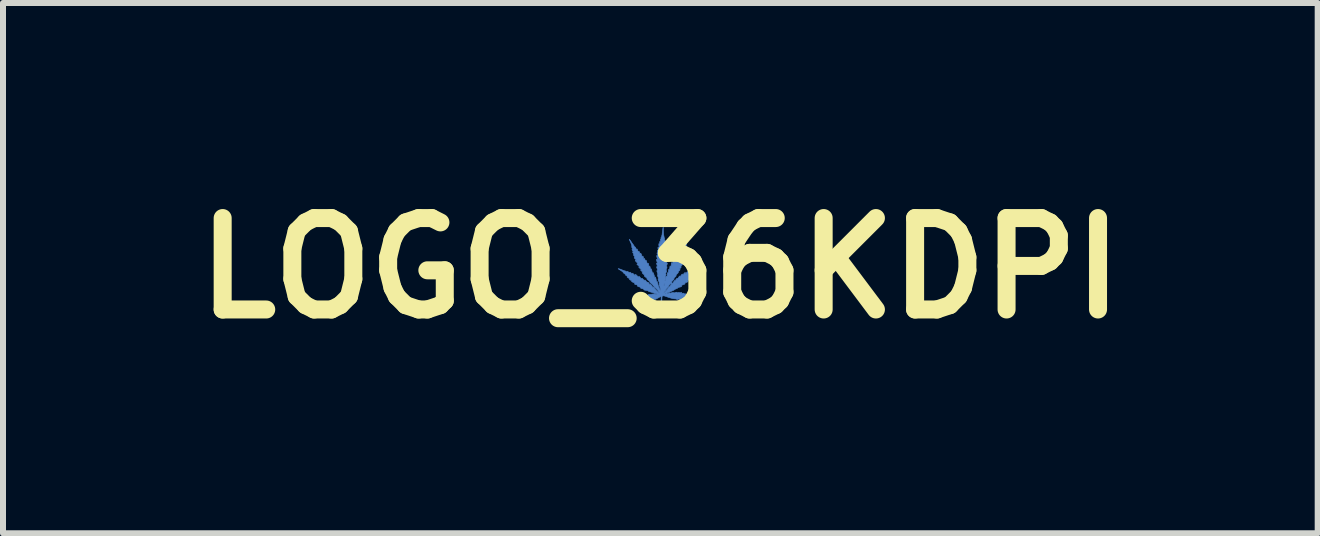
<source format=kicad_pcb>
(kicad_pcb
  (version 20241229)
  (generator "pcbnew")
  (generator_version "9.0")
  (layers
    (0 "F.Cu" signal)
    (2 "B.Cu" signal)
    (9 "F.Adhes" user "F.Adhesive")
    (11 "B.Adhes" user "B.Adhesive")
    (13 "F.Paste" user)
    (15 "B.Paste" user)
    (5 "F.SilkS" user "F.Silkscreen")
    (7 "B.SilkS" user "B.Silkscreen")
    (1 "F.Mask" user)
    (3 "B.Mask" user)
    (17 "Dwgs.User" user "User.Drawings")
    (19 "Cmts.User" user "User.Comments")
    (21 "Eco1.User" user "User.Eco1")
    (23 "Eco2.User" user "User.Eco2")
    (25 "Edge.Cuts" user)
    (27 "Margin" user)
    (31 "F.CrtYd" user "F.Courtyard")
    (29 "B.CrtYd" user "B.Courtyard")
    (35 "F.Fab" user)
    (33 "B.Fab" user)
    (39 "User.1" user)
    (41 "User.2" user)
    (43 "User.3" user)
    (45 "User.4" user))
  (footprint "LOGO_36KDPI"
    (layer "F.Cu")
    (at 7.954 1.418)
    (property "Reference" "LOGO_36KDPI" (at 0 0 0) (layer "F.SilkS") (effects (font (size 1.524 1.524) (thickness 0.3))))
    (attr through_hole)
    (fp_poly (pts (xy 0.048 -0.678) (xy 0.048 -0.675) (xy 0.049 -0.672) (xy 0.049 -0.668) (xy 0.05 -0.663) (xy 0.05 -0.656) (xy 0.05 -0.649) (xy 0.05 -0.64) (xy 0.05 -0.64) (xy 0.051 -0.627) (xy 0.051 -0.615) (xy 0.052 -0.603) (xy 0.052 -0.592) (xy 0.053 -0.582) (xy 0.054 -0.572) (xy 0.055 -0.564) (xy 0.055 -0.556) (xy 0.056 -0.55) (xy 0.057 -0.544) (xy 0.058 -0.54) (xy 0.059 -0.537) (xy 0.06 -0.536) (xy 0.06 -0.535) (xy 0.061 -0.533) (xy 0.061 -0.532) (xy 0.061 -0.529) (xy 0.061 -0.525) (xy 0.061 -0.521) (xy 0.061 -0.516) (xy 0.061 -0.512) (xy 0.061 -0.509) (xy 0.062 -0.507) (xy 0.062 -0.506) (xy 0.062 -0.505) (xy 0.063 -0.505) (xy 0.065 -0.505) (xy 0.067 -0.506) (xy 0.068 -0.506) (xy 0.069 -0.505) (xy 0.069 -0.504) (xy 0.07 -0.503) (xy 0.07 -0.5) (xy 0.07 -0.497) (xy 0.07 -0.493) (xy 0.07 -0.487) (xy 0.07 -0.485) (xy 0.069 -0.479) (xy 0.069 -0.474) (xy 0.069 -0.47) (xy 0.069 -0.468) (xy 0.07 -0.466) (xy 0.07 -0.465) (xy 0.071 -0.464) (xy 0.072 -0.464) (xy 0.074 -0.464) (xy 0.074 -0.464) (xy 0.077 -0.463) (xy 0.078 -0.463) (xy 0.078 -0.462) (xy 0.079 -0.46) (xy 0.079 -0.457) (xy 0.079 -0.453) (xy 0.079 -0.449) (xy 0.079 -0.444) (xy 0.079 -0.439) (xy 0.079 -0.434) (xy 0.078 -0.43) (xy 0.077 -0.427) (xy 0.077 -0.425) (xy 0.077 -0.422) (xy 0.077 -0.421) (xy 0.077 -0.42) (xy 0.078 -0.42) (xy 0.08 -0.42) (xy 0.083 -0.421) (xy 0.086 -0.422) (xy 0.088 -0.422) (xy 0.089 -0.422) (xy 0.09 -0.422) (xy 0.09 -0.421) (xy 0.09 -0.419) (xy 0.089 -0.417) (xy 0.089 -0.413) (xy 0.089 -0.409) (xy 0.089 -0.404) (xy 0.088 -0.4) (xy 0.088 -0.395) (xy 0.088 -0.391) (xy 0.087 -0.388) (xy 0.087 -0.387) (xy 0.086 -0.381) (xy 0.086 -0.377) (xy 0.085 -0.374) (xy 0.084 -0.372) (xy 0.083 -0.37) (xy 0.082 -0.368) (xy 0.082 -0.366) (xy 0.082 -0.366) (xy 0.083 -0.366) (xy 0.084 -0.366) (xy 0.088 -0.366) (xy 0.092 -0.367) (xy 0.092 -0.367) (xy 0.095 -0.367) (xy 0.098 -0.368) (xy 0.099 -0.367) (xy 0.1 -0.367) (xy 0.1 -0.365) (xy 0.1 -0.362) (xy 0.1 -0.359) (xy 0.099 -0.349) (xy 0.097 -0.338) (xy 0.095 -0.327) (xy 0.091 -0.317) (xy 0.091 -0.317) (xy 0.09 -0.314) (xy 0.09 -0.313) (xy 0.09 -0.312) (xy 0.09 -0.311) (xy 0.092 -0.311) (xy 0.095 -0.312) (xy 0.099 -0.313) (xy 0.1 -0.313) (xy 0.103 -0.314) (xy 0.106 -0.315) (xy 0.107 -0.315) (xy 0.108 -0.314) (xy 0.108 -0.311) (xy 0.108 -0.308) (xy 0.108 -0.302) (xy 0.107 -0.294) (xy 0.106 -0.286) (xy 0.104 -0.279) (xy 0.102 -0.271) (xy 0.1 -0.266) (xy 0.099 -0.263) (xy 0.099 -0.26) (xy 0.098 -0.259) (xy 0.098 -0.258) (xy 0.099 -0.258) (xy 0.101 -0.258) (xy 0.104 -0.259) (xy 0.104 -0.259) (xy 0.109 -0.259) (xy 0.113 -0.26) (xy 0.115 -0.259) (xy 0.117 -0.259) (xy 0.118 -0.257) (xy 0.118 -0.256) (xy 0.118 -0.253) (xy 0.117 -0.249) (xy 0.116 -0.245) (xy 0.114 -0.239) (xy 0.112 -0.234) (xy 0.11 -0.227) (xy 0.108 -0.221) (xy 0.106 -0.217) (xy 0.105 -0.213) (xy 0.104 -0.211) (xy 0.104 -0.209) (xy 0.103 -0.208) (xy 0.104 -0.207) (xy 0.104 -0.207) (xy 0.105 -0.207) (xy 0.106 -0.207) (xy 0.107 -0.207) (xy 0.109 -0.208) (xy 0.112 -0.208) (xy 0.112 -0.208) (xy 0.115 -0.209) (xy 0.117 -0.209) (xy 0.118 -0.208) (xy 0.118 -0.208) (xy 0.119 -0.207) (xy 0.119 -0.205) (xy 0.119 -0.201) (xy 0.119 -0.198) (xy 0.118 -0.194) (xy 0.117 -0.19) (xy 0.117 -0.188) (xy 0.115 -0.182) (xy 0.113 -0.176) (xy 0.111 -0.169) (xy 0.108 -0.162) (xy 0.106 -0.156) (xy 0.103 -0.151) (xy 0.103 -0.15) (xy 0.101 -0.147) (xy 0.099 -0.144) (xy 0.099 -0.141) (xy 0.099 -0.14) (xy 0.099 -0.14) (xy 0.099 -0.139) (xy 0.101 -0.139) (xy 0.102 -0.139) (xy 0.104 -0.14) (xy 0.107 -0.141) (xy 0.11 -0.141) (xy 0.113 -0.142) (xy 0.115 -0.143) (xy 0.116 -0.144) (xy 0.117 -0.143) (xy 0.117 -0.142) (xy 0.117 -0.14) (xy 0.116 -0.132) (xy 0.114 -0.125) (xy 0.113 -0.117) (xy 0.11 -0.11) (xy 0.107 -0.103) (xy 0.105 -0.097) (xy 0.103 -0.094) (xy 0.101 -0.09) (xy 0.1 -0.087) (xy 0.099 -0.085) (xy 0.099 -0.084) (xy 0.099 -0.083) (xy 0.099 -0.082) (xy 0.099 -0.082) (xy 0.101 -0.082) (xy 0.104 -0.083) (xy 0.105 -0.083) (xy 0.109 -0.084) (xy 0.112 -0.085) (xy 0.114 -0.084) (xy 0.115 -0.082) (xy 0.116 -0.08) (xy 0.116 -0.078) (xy 0.115 -0.075) (xy 0.114 -0.07) (xy 0.113 -0.064) (xy 0.11 -0.057) (xy 0.107 -0.05) (xy 0.104 -0.042) (xy 0.1 -0.034) (xy 0.098 -0.03) (xy 0.097 -0.027) (xy 0.096 -0.025) (xy 0.095 -0.023) (xy 0.095 -0.023) (xy 0.096 -0.022) (xy 0.097 -0.022) (xy 0.099 -0.022) (xy 0.103 -0.023) (xy 0.106 -0.023) (xy 0.107 -0.023) (xy 0.109 -0.023) (xy 0.109 -0.023) (xy 0.11 -0.022) (xy 0.11 -0.022) (xy 0.111 -0.02) (xy 0.111 -0.017) (xy 0.11 -0.012) (xy 0.109 -0.008) (xy 0.108 -0.003) (xy 0.108 -0.001) (xy 0.107 0.002) (xy 0.105 0.006) (xy 0.104 0.01) (xy 0.102 0.016) (xy 0.1 0.021) (xy 0.098 0.024) (xy 0.092 0.041) (xy 0.094 0.041) (xy 0.095 0.041) (xy 0.098 0.041) (xy 0.1 0.042) (xy 0.102 0.042) (xy 0.104 0.043) (xy 0.105 0.044) (xy 0.105 0.047) (xy 0.104 0.048) (xy 0.104 0.051) (xy 0.103 0.054) (xy 0.101 0.059) (xy 0.099 0.064) (xy 0.097 0.069) (xy 0.094 0.076) (xy 0.09 0.084) (xy 0.09 0.086) (xy 0.088 0.089) (xy 0.086 0.093) (xy 0.085 0.096) (xy 0.084 0.098) (xy 0.084 0.099) (xy 0.084 0.099) (xy 0.084 0.1) (xy 0.085 0.1) (xy 0.087 0.1) (xy 0.089 0.1) (xy 0.091 0.1) (xy 0.092 0.1) (xy 0.093 0.1) (xy 0.094 0.101) (xy 0.094 0.101) (xy 0.094 0.104) (xy 0.094 0.107) (xy 0.094 0.11) (xy 0.092 0.115) (xy 0.09 0.12) (xy 0.088 0.127) (xy 0.085 0.134) (xy 0.083 0.138) (xy 0.081 0.142) (xy 0.079 0.146) (xy 0.078 0.149) (xy 0.077 0.152) (xy 0.076 0.153) (xy 0.076 0.154) (xy 0.076 0.155) (xy 0.076 0.155) (xy 0.077 0.155) (xy 0.078 0.155) (xy 0.082 0.154) (xy 0.085 0.154) (xy 0.087 0.154) (xy 0.088 0.155) (xy 0.089 0.156) (xy 0.089 0.157) (xy 0.089 0.157) (xy 0.089 0.16) (xy 0.09 0.162) (xy 0.091 0.163) (xy 0.091 0.164) (xy 0.092 0.163) (xy 0.093 0.162) (xy 0.094 0.16) (xy 0.094 0.157) (xy 0.094 0.152) (xy 0.095 0.15) (xy 0.095 0.146) (xy 0.095 0.143) (xy 0.095 0.14) (xy 0.096 0.139) (xy 0.096 0.138) (xy 0.097 0.137) (xy 0.099 0.137) (xy 0.102 0.138) (xy 0.104 0.14) (xy 0.106 0.142) (xy 0.108 0.142) (xy 0.11 0.142) (xy 0.111 0.141) (xy 0.112 0.14) (xy 0.112 0.138) (xy 0.112 0.136) (xy 0.113 0.133) (xy 0.113 0.129) (xy 0.113 0.127) (xy 0.113 0.12) (xy 0.114 0.113) (xy 0.114 0.107) (xy 0.115 0.101) (xy 0.115 0.095) (xy 0.116 0.089) (xy 0.117 0.084) (xy 0.117 0.081) (xy 0.118 0.078) (xy 0.118 0.076) (xy 0.118 0.076) (xy 0.12 0.076) (xy 0.122 0.076) (xy 0.125 0.078) (xy 0.128 0.08) (xy 0.13 0.081) (xy 0.131 0.082) (xy 0.132 0.082) (xy 0.132 0.081) (xy 0.132 0.079) (xy 0.132 0.076) (xy 0.132 0.072) (xy 0.133 0.068) (xy 0.133 0.064) (xy 0.134 0.055) (xy 0.134 0.048) (xy 0.135 0.041) (xy 0.135 0.036) (xy 0.136 0.032) (xy 0.136 0.028) (xy 0.137 0.026) (xy 0.138 0.024) (xy 0.138 0.022) (xy 0.139 0.022) (xy 0.14 0.021) (xy 0.141 0.02) (xy 0.142 0.021) (xy 0.144 0.021) (xy 0.144 0.022) (xy 0.147 0.023) (xy 0.149 0.023) (xy 0.15 0.024) (xy 0.151 0.024) (xy 0.151 0.023) (xy 0.152 0.022) (xy 0.153 0.019) (xy 0.154 0.016) (xy 0.154 0.012) (xy 0.155 0.006) (xy 0.156 -0.001) (xy 0.157 -0.006) (xy 0.158 -0.012) (xy 0.159 -0.018) (xy 0.159 -0.023) (xy 0.16 -0.028) (xy 0.161 -0.031) (xy 0.161 -0.033) (xy 0.161 -0.034) (xy 0.162 -0.035) (xy 0.163 -0.035) (xy 0.165 -0.034) (xy 0.167 -0.033) (xy 0.171 -0.032) (xy 0.172 -0.031) (xy 0.178 -0.028) (xy 0.179 -0.033) (xy 0.18 -0.045) (xy 0.181 -0.055) (xy 0.182 -0.063) (xy 0.183 -0.071) (xy 0.184 -0.077) (xy 0.185 -0.083) (xy 0.186 -0.088) (xy 0.187 -0.092) (xy 0.188 -0.092) (xy 0.19 -0.091) (xy 0.192 -0.089) (xy 0.196 -0.086) (xy 0.196 -0.086) (xy 0.2 -0.083) (xy 0.203 -0.081) (xy 0.205 -0.08) (xy 0.206 -0.08) (xy 0.206 -0.08) (xy 0.206 -0.081) (xy 0.206 -0.083) (xy 0.206 -0.086) (xy 0.207 -0.09) (xy 0.207 -0.093) (xy 0.208 -0.101) (xy 0.209 -0.108) (xy 0.211 -0.115) (xy 0.212 -0.121) (xy 0.213 -0.127) (xy 0.215 -0.132) (xy 0.216 -0.135) (xy 0.217 -0.138) (xy 0.218 -0.139) (xy 0.219 -0.14) (xy 0.221 -0.14) (xy 0.223 -0.14) (xy 0.225 -0.138) (xy 0.227 -0.137) (xy 0.23 -0.135) (xy 0.232 -0.134) (xy 0.233 -0.133) (xy 0.233 -0.133) (xy 0.233 -0.134) (xy 0.233 -0.136) (xy 0.234 -0.138) (xy 0.234 -0.14) (xy 0.234 -0.15) (xy 0.236 -0.16) (xy 0.238 -0.169) (xy 0.239 -0.174) (xy 0.24 -0.177) (xy 0.241 -0.179) (xy 0.242 -0.181) (xy 0.242 -0.181) (xy 0.243 -0.181) (xy 0.245 -0.18) (xy 0.247 -0.178) (xy 0.248 -0.178) (xy 0.251 -0.176) (xy 0.253 -0.174) (xy 0.255 -0.174) (xy 0.256 -0.175) (xy 0.257 -0.178) (xy 0.258 -0.181) (xy 0.258 -0.185) (xy 0.259 -0.191) (xy 0.259 -0.196) (xy 0.26 -0.202) (xy 0.261 -0.207) (xy 0.262 -0.211) (xy 0.263 -0.216) (xy 0.264 -0.219) (xy 0.265 -0.221) (xy 0.266 -0.223) (xy 0.266 -0.223) (xy 0.267 -0.223) (xy 0.269 -0.222) (xy 0.271 -0.22) (xy 0.273 -0.219) (xy 0.276 -0.217) (xy 0.278 -0.216) (xy 0.279 -0.215) (xy 0.279 -0.215) (xy 0.28 -0.216) (xy 0.281 -0.217) (xy 0.281 -0.22) (xy 0.282 -0.224) (xy 0.282 -0.227) (xy 0.283 -0.233) (xy 0.284 -0.239) (xy 0.285 -0.245) (xy 0.286 -0.251) (xy 0.287 -0.256) (xy 0.289 -0.261) (xy 0.29 -0.265) (xy 0.291 -0.267) (xy 0.292 -0.269) (xy 0.293 -0.269) (xy 0.295 -0.269) (xy 0.296 -0.268) (xy 0.298 -0.267) (xy 0.301 -0.265) (xy 0.301 -0.265) (xy 0.304 -0.263) (xy 0.306 -0.262) (xy 0.308 -0.262) (xy 0.309 -0.263) (xy 0.31 -0.265) (xy 0.31 -0.269) (xy 0.31 -0.27) (xy 0.311 -0.276) (xy 0.312 -0.282) (xy 0.314 -0.288) (xy 0.316 -0.293) (xy 0.318 -0.298) (xy 0.32 -0.302) (xy 0.32 -0.302) (xy 0.322 -0.303) (xy 0.323 -0.304) (xy 0.324 -0.304) (xy 0.325 -0.304) (xy 0.327 -0.303) (xy 0.328 -0.301) (xy 0.33 -0.3) (xy 0.332 -0.299) (xy 0.332 -0.298) (xy 0.333 -0.299) (xy 0.334 -0.3) (xy 0.334 -0.302) (xy 0.335 -0.305) (xy 0.335 -0.309) (xy 0.336 -0.315) (xy 0.338 -0.32) (xy 0.339 -0.325) (xy 0.34 -0.329) (xy 0.342 -0.331) (xy 0.343 -0.333) (xy 0.343 -0.333) (xy 0.344 -0.333) (xy 0.346 -0.333) (xy 0.349 -0.331) (xy 0.349 -0.331) (xy 0.352 -0.33) (xy 0.354 -0.329) (xy 0.355 -0.328) (xy 0.355 -0.328) (xy 0.356 -0.329) (xy 0.356 -0.332) (xy 0.356 -0.334) (xy 0.357 -0.337) (xy 0.358 -0.341) (xy 0.359 -0.345) (xy 0.361 -0.35) (xy 0.362 -0.354) (xy 0.364 -0.357) (xy 0.366 -0.36) (xy 0.367 -0.362) (xy 0.368 -0.363) (xy 0.369 -0.363) (xy 0.371 -0.362) (xy 0.372 -0.361) (xy 0.374 -0.36) (xy 0.375 -0.359) (xy 0.376 -0.359) (xy 0.376 -0.36) (xy 0.377 -0.361) (xy 0.378 -0.363) (xy 0.378 -0.365) (xy 0.379 -0.371) (xy 0.381 -0.376) (xy 0.384 -0.381) (xy 0.386 -0.384) (xy 0.387 -0.387) (xy 0.389 -0.388) (xy 0.391 -0.388) (xy 0.392 -0.388) (xy 0.395 -0.388) (xy 0.397 -0.388) (xy 0.397 -0.39) (xy 0.397 -0.39) (xy 0.398 -0.392) (xy 0.399 -0.394) (xy 0.401 -0.398) (xy 0.403 -0.403) (xy 0.407 -0.409) (xy 0.411 -0.416) (xy 0.416 -0.424) (xy 0.422 -0.433) (xy 0.427 -0.442) (xy 0.431 -0.45) (xy 0.435 -0.456) (xy 0.438 -0.462) (xy 0.441 -0.467) (xy 0.443 -0.47) (xy 0.444 -0.472) (xy 0.445 -0.475) (xy 0.446 -0.478) (xy 0.448 -0.482) (xy 0.451 -0.486) (xy 0.453 -0.49) (xy 0.456 -0.494) (xy 0.458 -0.497) (xy 0.46 -0.5) (xy 0.462 -0.502) (xy 0.463 -0.504) (xy 0.464 -0.504) (xy 0.464 -0.504) (xy 0.465 -0.503) (xy 0.465 -0.501) (xy 0.464 -0.499) (xy 0.463 -0.495) (xy 0.462 -0.49) (xy 0.46 -0.484) (xy 0.458 -0.477) (xy 0.455 -0.469) (xy 0.452 -0.46) (xy 0.449 -0.454) (xy 0.448 -0.448) (xy 0.446 -0.442) (xy 0.444 -0.435) (xy 0.441 -0.428) (xy 0.439 -0.421) (xy 0.438 -0.414) (xy 0.436 -0.406) (xy 0.434 -0.4) (xy 0.433 -0.393) (xy 0.431 -0.388) (xy 0.43 -0.383) (xy 0.43 -0.379) (xy 0.43 -0.377) (xy 0.43 -0.374) (xy 0.431 -0.372) (xy 0.432 -0.371) (xy 0.432 -0.369) (xy 0.432 -0.367) (xy 0.432 -0.364) (xy 0.431 -0.361) (xy 0.431 -0.359) (xy 0.429 -0.355) (xy 0.428 -0.351) (xy 0.426 -0.347) (xy 0.424 -0.344) (xy 0.423 -0.341) (xy 0.422 -0.339) (xy 0.422 -0.338) (xy 0.422 -0.338) (xy 0.423 -0.338) (xy 0.425 -0.337) (xy 0.425 -0.337) (xy 0.427 -0.337) (xy 0.429 -0.336) (xy 0.429 -0.335) (xy 0.429 -0.334) (xy 0.429 -0.331) (xy 0.427 -0.326) (xy 0.425 -0.321) (xy 0.423 -0.315) (xy 0.42 -0.309) (xy 0.418 -0.305) (xy 0.417 -0.302) (xy 0.416 -0.299) (xy 0.415 -0.297) (xy 0.414 -0.296) (xy 0.414 -0.295) (xy 0.415 -0.294) (xy 0.416 -0.294) (xy 0.418 -0.295) (xy 0.421 -0.295) (xy 0.424 -0.295) (xy 0.425 -0.295) (xy 0.426 -0.294) (xy 0.427 -0.292) (xy 0.427 -0.29) (xy 0.427 -0.287) (xy 0.426 -0.283) (xy 0.424 -0.278) (xy 0.422 -0.273) (xy 0.419 -0.266) (xy 0.416 -0.258) (xy 0.414 -0.256) (xy 0.412 -0.251) (xy 0.41 -0.248) (xy 0.409 -0.244) (xy 0.407 -0.242) (xy 0.407 -0.24) (xy 0.406 -0.239) (xy 0.407 -0.239) (xy 0.409 -0.239) (xy 0.411 -0.239) (xy 0.412 -0.239) (xy 0.416 -0.239) (xy 0.419 -0.239) (xy 0.42 -0.238) (xy 0.421 -0.236) (xy 0.421 -0.234) (xy 0.421 -0.232) (xy 0.42 -0.229) (xy 0.419 -0.224) (xy 0.417 -0.219) (xy 0.415 -0.213) (xy 0.411 -0.207) (xy 0.408 -0.201) (xy 0.404 -0.195) (xy 0.402 -0.191) (xy 0.399 -0.187) (xy 0.397 -0.183) (xy 0.395 -0.181) (xy 0.395 -0.179) (xy 0.394 -0.178) (xy 0.395 -0.177) (xy 0.395 -0.176) (xy 0.397 -0.175) (xy 0.399 -0.175) (xy 0.402 -0.174) (xy 0.405 -0.174) (xy 0.408 -0.174) (xy 0.408 -0.174) (xy 0.409 -0.173) (xy 0.41 -0.172) (xy 0.411 -0.17) (xy 0.411 -0.167) (xy 0.409 -0.163) (xy 0.406 -0.159) (xy 0.403 -0.153) (xy 0.398 -0.148) (xy 0.392 -0.141) (xy 0.386 -0.134) (xy 0.375 -0.124) (xy 0.38 -0.122) (xy 0.383 -0.121) (xy 0.387 -0.12) (xy 0.389 -0.119) (xy 0.392 -0.119) (xy 0.393 -0.118) (xy 0.394 -0.118) (xy 0.393 -0.117) (xy 0.392 -0.115) (xy 0.391 -0.112) (xy 0.389 -0.109) (xy 0.387 -0.106) (xy 0.385 -0.103) (xy 0.383 -0.1) (xy 0.381 -0.098) (xy 0.378 -0.095) (xy 0.375 -0.092) (xy 0.372 -0.088) (xy 0.368 -0.084) (xy 0.367 -0.083) (xy 0.356 -0.071) (xy 0.359 -0.07) (xy 0.363 -0.069) (xy 0.365 -0.068) (xy 0.367 -0.066) (xy 0.368 -0.065) (xy 0.368 -0.063) (xy 0.368 -0.063) (xy 0.368 -0.061) (xy 0.367 -0.059) (xy 0.365 -0.056) (xy 0.363 -0.053) (xy 0.359 -0.049) (xy 0.355 -0.044) (xy 0.353 -0.042) (xy 0.348 -0.038) (xy 0.345 -0.034) (xy 0.342 -0.031) (xy 0.34 -0.029) (xy 0.339 -0.027) (xy 0.338 -0.026) (xy 0.338 -0.026) (xy 0.337 -0.025) (xy 0.338 -0.025) (xy 0.338 -0.025) (xy 0.338 -0.025) (xy 0.339 -0.024) (xy 0.341 -0.024) (xy 0.342 -0.024) (xy 0.345 -0.024) (xy 0.346 -0.022) (xy 0.347 -0.02) (xy 0.347 -0.017) (xy 0.345 -0.014) (xy 0.342 -0.009) (xy 0.338 -0.004) (xy 0.332 0.002) (xy 0.326 0.008) (xy 0.319 0.013) (xy 0.317 0.015) (xy 0.316 0.016) (xy 0.315 0.016) (xy 0.316 0.017) (xy 0.318 0.017) (xy 0.319 0.018) (xy 0.322 0.019) (xy 0.325 0.02) (xy 0.327 0.021) (xy 0.328 0.022) (xy 0.329 0.022) (xy 0.329 0.024) (xy 0.328 0.027) (xy 0.326 0.03) (xy 0.325 0.033) (xy 0.322 0.037) (xy 0.318 0.041) (xy 0.316 0.043) (xy 0.313 0.045) (xy 0.31 0.048) (xy 0.306 0.051) (xy 0.303 0.055) (xy 0.303 0.055) (xy 0.3 0.058) (xy 0.297 0.06) (xy 0.296 0.062) (xy 0.296 0.064) (xy 0.296 0.065) (xy 0.297 0.066) (xy 0.298 0.067) (xy 0.299 0.068) (xy 0.3 0.069) (xy 0.3 0.071) (xy 0.299 0.073) (xy 0.298 0.075) (xy 0.296 0.078) (xy 0.293 0.081) (xy 0.29 0.086) (xy 0.285 0.09) (xy 0.279 0.096) (xy 0.277 0.098) (xy 0.273 0.103) (xy 0.269 0.106) (xy 0.266 0.11) (xy 0.263 0.113) (xy 0.26 0.115) (xy 0.259 0.117) (xy 0.259 0.117) (xy 0.258 0.119) (xy 0.258 0.12) (xy 0.259 0.121) (xy 0.261 0.122) (xy 0.264 0.123) (xy 0.265 0.124) (xy 0.265 0.125) (xy 0.264 0.127) (xy 0.262 0.131) (xy 0.26 0.134) (xy 0.256 0.139) (xy 0.252 0.143) (xy 0.247 0.148) (xy 0.244 0.151) (xy 0.239 0.156) (xy 0.234 0.16) (xy 0.23 0.164) (xy 0.227 0.167) (xy 0.225 0.169) (xy 0.224 0.171) (xy 0.223 0.172) (xy 0.223 0.173) (xy 0.223 0.174) (xy 0.224 0.174) (xy 0.225 0.175) (xy 0.226 0.175) (xy 0.229 0.175) (xy 0.23 0.176) (xy 0.23 0.178) (xy 0.23 0.179) (xy 0.229 0.181) (xy 0.228 0.184) (xy 0.226 0.186) (xy 0.223 0.19) (xy 0.22 0.194) (xy 0.215 0.198) (xy 0.21 0.204) (xy 0.204 0.21) (xy 0.202 0.213) (xy 0.198 0.217) (xy 0.194 0.221) (xy 0.191 0.224) (xy 0.188 0.227) (xy 0.186 0.229) (xy 0.185 0.231) (xy 0.185 0.231) (xy 0.186 0.232) (xy 0.188 0.232) (xy 0.188 0.232) (xy 0.191 0.233) (xy 0.192 0.234) (xy 0.192 0.236) (xy 0.191 0.238) (xy 0.191 0.238) (xy 0.189 0.24) (xy 0.188 0.242) (xy 0.188 0.243) (xy 0.187 0.245) (xy 0.186 0.247) (xy 0.183 0.25) (xy 0.18 0.253) (xy 0.176 0.257) (xy 0.17 0.262) (xy 0.169 0.263) (xy 0.162 0.269) (xy 0.157 0.273) (xy 0.153 0.278) (xy 0.15 0.282) (xy 0.147 0.285) (xy 0.145 0.288) (xy 0.144 0.29) (xy 0.14 0.295) (xy 0.136 0.301) (xy 0.131 0.308) (xy 0.125 0.316) (xy 0.12 0.322) (xy 0.115 0.328) (xy 0.111 0.334) (xy 0.106 0.339) (xy 0.102 0.344) (xy 0.098 0.35) (xy 0.094 0.356) (xy 0.089 0.363) (xy 0.089 0.363) (xy 0.084 0.37) (xy 0.079 0.377) (xy 0.075 0.383) (xy 0.071 0.389) (xy 0.067 0.394) (xy 0.064 0.399) (xy 0.062 0.403) (xy 0.06 0.406) (xy 0.058 0.409) (xy 0.058 0.41) (xy 0.058 0.41) (xy 0.059 0.41) (xy 0.06 0.409) (xy 0.063 0.407) (xy 0.066 0.404) (xy 0.069 0.401) (xy 0.073 0.397) (xy 0.078 0.393) (xy 0.082 0.388) (xy 0.087 0.383) (xy 0.092 0.378) (xy 0.097 0.372) (xy 0.102 0.367) (xy 0.106 0.362) (xy 0.11 0.357) (xy 0.114 0.353) (xy 0.117 0.35) (xy 0.118 0.347) (xy 0.12 0.345) (xy 0.122 0.343) (xy 0.124 0.34) (xy 0.126 0.337) (xy 0.129 0.334) (xy 0.132 0.329) (xy 0.135 0.325) (xy 0.138 0.32) (xy 0.142 0.316) (xy 0.144 0.313) (xy 0.147 0.31) (xy 0.148 0.309) (xy 0.149 0.309) (xy 0.15 0.31) (xy 0.152 0.311) (xy 0.152 0.311) (xy 0.153 0.312) (xy 0.155 0.313) (xy 0.155 0.313) (xy 0.155 0.313) (xy 0.156 0.311) (xy 0.158 0.309) (xy 0.159 0.307) (xy 0.161 0.302) (xy 0.164 0.297) (xy 0.167 0.292) (xy 0.171 0.286) (xy 0.174 0.28) (xy 0.178 0.275) (xy 0.182 0.269) (xy 0.185 0.264) (xy 0.189 0.26) (xy 0.192 0.256) (xy 0.195 0.252) (xy 0.197 0.25) (xy 0.199 0.249) (xy 0.2 0.248) (xy 0.201 0.249) (xy 0.202 0.25) (xy 0.203 0.251) (xy 0.205 0.253) (xy 0.207 0.253) (xy 0.208 0.253) (xy 0.209 0.251) (xy 0.21 0.249) (xy 0.211 0.245) (xy 0.213 0.243) (xy 0.214 0.24) (xy 0.216 0.236) (xy 0.219 0.232) (xy 0.222 0.228) (xy 0.225 0.224) (xy 0.228 0.22) (xy 0.231 0.216) (xy 0.233 0.213) (xy 0.233 0.213) (xy 0.235 0.21) (xy 0.237 0.207) (xy 0.238 0.206) (xy 0.239 0.205) (xy 0.24 0.206) (xy 0.242 0.207) (xy 0.243 0.208) (xy 0.244 0.21) (xy 0.246 0.211) (xy 0.246 0.211) (xy 0.247 0.21) (xy 0.249 0.208) (xy 0.251 0.205) (xy 0.253 0.201) (xy 0.254 0.199) (xy 0.256 0.195) (xy 0.259 0.191) (xy 0.262 0.187) (xy 0.265 0.183) (xy 0.268 0.179) (xy 0.27 0.176) (xy 0.273 0.173) (xy 0.275 0.172) (xy 0.277 0.171) (xy 0.277 0.171) (xy 0.279 0.171) (xy 0.281 0.173) (xy 0.282 0.176) (xy 0.283 0.178) (xy 0.284 0.179) (xy 0.285 0.18) (xy 0.285 0.18) (xy 0.286 0.179) (xy 0.287 0.178) (xy 0.289 0.175) (xy 0.291 0.172) (xy 0.293 0.169) (xy 0.293 0.169) (xy 0.296 0.165) (xy 0.299 0.161) (xy 0.302 0.157) (xy 0.305 0.152) (xy 0.308 0.147) (xy 0.311 0.143) (xy 0.314 0.139) (xy 0.316 0.136) (xy 0.318 0.134) (xy 0.319 0.133) (xy 0.32 0.131) (xy 0.323 0.133) (xy 0.325 0.134) (xy 0.327 0.136) (xy 0.329 0.138) (xy 0.333 0.142) (xy 0.337 0.134) (xy 0.339 0.131) (xy 0.341 0.128) (xy 0.342 0.125) (xy 0.343 0.123) (xy 0.347 0.119) (xy 0.35 0.115) (xy 0.353 0.111) (xy 0.356 0.107) (xy 0.359 0.104) (xy 0.362 0.102) (xy 0.364 0.1) (xy 0.366 0.099) (xy 0.366 0.099) (xy 0.367 0.099) (xy 0.369 0.102) (xy 0.371 0.105) (xy 0.373 0.11) (xy 0.375 0.116) (xy 0.381 0.108) (xy 0.384 0.103) (xy 0.388 0.097) (xy 0.392 0.092) (xy 0.397 0.087) (xy 0.401 0.083) (xy 0.404 0.079) (xy 0.407 0.076) (xy 0.41 0.073) (xy 0.411 0.073) (xy 0.414 0.071) (xy 0.415 0.073) (xy 0.416 0.074) (xy 0.417 0.076) (xy 0.418 0.079) (xy 0.419 0.081) (xy 0.421 0.085) (xy 0.422 0.088) (xy 0.424 0.09) (xy 0.425 0.09) (xy 0.426 0.09) (xy 0.427 0.089) (xy 0.428 0.087) (xy 0.428 0.086) (xy 0.43 0.084) (xy 0.432 0.081) (xy 0.435 0.078) (xy 0.439 0.074) (xy 0.443 0.069) (xy 0.447 0.065) (xy 0.452 0.061) (xy 0.457 0.056) (xy 0.462 0.052) (xy 0.465 0.049) (xy 0.469 0.047) (xy 0.471 0.045) (xy 0.473 0.045) (xy 0.475 0.046) (xy 0.476 0.047) (xy 0.478 0.051) (xy 0.479 0.052) (xy 0.48 0.054) (xy 0.481 0.056) (xy 0.482 0.057) (xy 0.482 0.057) (xy 0.483 0.057) (xy 0.485 0.055) (xy 0.487 0.054) (xy 0.489 0.051) (xy 0.495 0.046) (xy 0.502 0.04) (xy 0.511 0.034) (xy 0.516 0.03) (xy 0.521 0.027) (xy 0.524 0.025) (xy 0.527 0.023) (xy 0.529 0.023) (xy 0.53 0.023) (xy 0.531 0.023) (xy 0.532 0.024) (xy 0.532 0.024) (xy 0.533 0.026) (xy 0.533 0.028) (xy 0.533 0.028) (xy 0.534 0.031) (xy 0.535 0.033) (xy 0.536 0.034) (xy 0.536 0.034) (xy 0.537 0.033) (xy 0.539 0.032) (xy 0.541 0.031) (xy 0.543 0.03) (xy 0.545 0.027) (xy 0.549 0.025) (xy 0.552 0.022) (xy 0.554 0.021) (xy 0.557 0.019) (xy 0.561 0.017) (xy 0.565 0.015) (xy 0.569 0.013) (xy 0.572 0.011) (xy 0.575 0.01) (xy 0.578 0.009) (xy 0.578 0.009) (xy 0.58 0.009) (xy 0.581 0.01) (xy 0.582 0.013) (xy 0.582 0.013) (xy 0.583 0.015) (xy 0.583 0.016) (xy 0.583 0.016) (xy 0.584 0.016) (xy 0.586 0.015) (xy 0.588 0.013) (xy 0.589 0.012) (xy 0.596 0.008) (xy 0.604 0.004) (xy 0.61 0.002) (xy 0.613 0.001) (xy 0.616 0.001) (xy 0.619 -0.000293) (xy 0.622 -0.001) (xy 0.626 -0.003) (xy 0.631 -0.005) (xy 0.636 -0.007) (xy 0.642 -0.009) (xy 0.649 -0.012) (xy 0.657 -0.016) (xy 0.667 -0.02) (xy 0.667 -0.02) (xy 0.676 -0.024) (xy 0.683 -0.027) (xy 0.689 -0.03) (xy 0.695 -0.032) (xy 0.699 -0.034) (xy 0.702 -0.035) (xy 0.704 -0.036) (xy 0.705 -0.036) (xy 0.705 -0.035) (xy 0.705 -0.034) (xy 0.705 -0.034) (xy 0.705 -0.033) (xy 0.705 -0.032) (xy 0.704 -0.032) (xy 0.704 -0.031) (xy 0.703 -0.029) (xy 0.701 -0.028) (xy 0.699 -0.026) (xy 0.696 -0.023) (xy 0.692 -0.02) (xy 0.687 -0.016) (xy 0.685 -0.015) (xy 0.677 -0.008) (xy 0.67 -0.002) (xy 0.663 0.004) (xy 0.657 0.009) (xy 0.651 0.015) (xy 0.646 0.02) (xy 0.642 0.024) (xy 0.638 0.028) (xy 0.635 0.031) (xy 0.634 0.034) (xy 0.633 0.035) (xy 0.632 0.038) (xy 0.63 0.04) (xy 0.627 0.043) (xy 0.624 0.047) (xy 0.619 0.051) (xy 0.615 0.054) (xy 0.61 0.058) (xy 0.605 0.061) (xy 0.6 0.064) (xy 0.597 0.065) (xy 0.595 0.067) (xy 0.595 0.068) (xy 0.595 0.069) (xy 0.596 0.07) (xy 0.598 0.072) (xy 0.6 0.073) (xy 0.602 0.075) (xy 0.603 0.076) (xy 0.603 0.076) (xy 0.602 0.078) (xy 0.6 0.08) (xy 0.597 0.082) (xy 0.592 0.085) (xy 0.586 0.088) (xy 0.58 0.091) (xy 0.575 0.094) (xy 0.571 0.096) (xy 0.569 0.097) (xy 0.567 0.098) (xy 0.566 0.099) (xy 0.566 0.1) (xy 0.567 0.101) (xy 0.568 0.103) (xy 0.568 0.103) (xy 0.57 0.105) (xy 0.571 0.107) (xy 0.571 0.108) (xy 0.571 0.109) (xy 0.57 0.111) (xy 0.568 0.113) (xy 0.566 0.115) (xy 0.562 0.118) (xy 0.558 0.12) (xy 0.552 0.123) (xy 0.548 0.126) (xy 0.543 0.129) (xy 0.538 0.131) (xy 0.535 0.133) (xy 0.533 0.134) (xy 0.532 0.136) (xy 0.531 0.137) (xy 0.532 0.138) (xy 0.533 0.139) (xy 0.534 0.14) (xy 0.536 0.142) (xy 0.537 0.144) (xy 0.536 0.146) (xy 0.536 0.147) (xy 0.534 0.15) (xy 0.531 0.153) (xy 0.526 0.156) (xy 0.521 0.159) (xy 0.514 0.162) (xy 0.507 0.165) (xy 0.501 0.167) (xy 0.499 0.168) (xy 0.497 0.169) (xy 0.496 0.17) (xy 0.496 0.17) (xy 0.496 0.171) (xy 0.498 0.173) (xy 0.499 0.175) (xy 0.5 0.177) (xy 0.501 0.178) (xy 0.502 0.179) (xy 0.501 0.181) (xy 0.5 0.183) (xy 0.498 0.185) (xy 0.495 0.187) (xy 0.491 0.19) (xy 0.486 0.193) (xy 0.48 0.196) (xy 0.477 0.198) (xy 0.471 0.201) (xy 0.465 0.203) (xy 0.461 0.205) (xy 0.457 0.206) (xy 0.454 0.207) (xy 0.453 0.207) (xy 0.451 0.208) (xy 0.45 0.208) (xy 0.45 0.208) (xy 0.45 0.209) (xy 0.451 0.21) (xy 0.453 0.212) (xy 0.456 0.215) (xy 0.458 0.218) (xy 0.459 0.221) (xy 0.458 0.224) (xy 0.456 0.227) (xy 0.453 0.229) (xy 0.45 0.232) (xy 0.446 0.234) (xy 0.44 0.237) (xy 0.434 0.239) (xy 0.426 0.241) (xy 0.422 0.243) (xy 0.416 0.244) (xy 0.412 0.246) (xy 0.409 0.247) (xy 0.407 0.248) (xy 0.406 0.249) (xy 0.406 0.25) (xy 0.406 0.251) (xy 0.408 0.252) (xy 0.409 0.253) (xy 0.411 0.255) (xy 0.411 0.255) (xy 0.413 0.257) (xy 0.413 0.259) (xy 0.411 0.261) (xy 0.409 0.263) (xy 0.405 0.266) (xy 0.4 0.269) (xy 0.397 0.27) (xy 0.393 0.272) (xy 0.389 0.273) (xy 0.384 0.275) (xy 0.379 0.277) (xy 0.376 0.278) (xy 0.371 0.28) (xy 0.367 0.282) (xy 0.363 0.283) (xy 0.359 0.284) (xy 0.357 0.285) (xy 0.356 0.286) (xy 0.353 0.287) (xy 0.351 0.288) (xy 0.35 0.29) (xy 0.349 0.291) (xy 0.35 0.291) (xy 0.351 0.293) (xy 0.352 0.295) (xy 0.352 0.295) (xy 0.354 0.297) (xy 0.355 0.299) (xy 0.356 0.301) (xy 0.356 0.301) (xy 0.355 0.302) (xy 0.354 0.303) (xy 0.352 0.305) (xy 0.35 0.307) (xy 0.346 0.309) (xy 0.342 0.311) (xy 0.337 0.313) (xy 0.33 0.315) (xy 0.325 0.316) (xy 0.32 0.317) (xy 0.315 0.318) (xy 0.312 0.319) (xy 0.305 0.321) (xy 0.299 0.323) (xy 0.294 0.326) (xy 0.291 0.328) (xy 0.289 0.331) (xy 0.289 0.331) (xy 0.288 0.332) (xy 0.288 0.333) (xy 0.287 0.334) (xy 0.285 0.335) (xy 0.283 0.336) (xy 0.281 0.337) (xy 0.277 0.339) (xy 0.272 0.341) (xy 0.267 0.343) (xy 0.259 0.346) (xy 0.251 0.35) (xy 0.245 0.353) (xy 0.24 0.355) (xy 0.236 0.358) (xy 0.235 0.359) (xy 0.233 0.361) (xy 0.231 0.362) (xy 0.229 0.364) (xy 0.226 0.366) (xy 0.224 0.367) (xy 0.221 0.369) (xy 0.217 0.371) (xy 0.213 0.373) (xy 0.209 0.375) (xy 0.203 0.377) (xy 0.197 0.38) (xy 0.19 0.383) (xy 0.182 0.386) (xy 0.172 0.39) (xy 0.166 0.392) (xy 0.153 0.398) (xy 0.142 0.402) (xy 0.132 0.406) (xy 0.123 0.41) (xy 0.115 0.413) (xy 0.108 0.416) (xy 0.102 0.419) (xy 0.096 0.421) (xy 0.091 0.424) (xy 0.087 0.426) (xy 0.084 0.427) (xy 0.081 0.429) (xy 0.078 0.43) (xy 0.076 0.432) (xy 0.076 0.433) (xy 0.076 0.433) (xy 0.078 0.433) (xy 0.081 0.432) (xy 0.085 0.431) (xy 0.09 0.43) (xy 0.095 0.429) (xy 0.102 0.427) (xy 0.109 0.425) (xy 0.116 0.423) (xy 0.123 0.422) (xy 0.124 0.421) (xy 0.132 0.419) (xy 0.14 0.417) (xy 0.146 0.415) (xy 0.151 0.414) (xy 0.155 0.413) (xy 0.158 0.413) (xy 0.161 0.413) (xy 0.163 0.413) (xy 0.164 0.413) (xy 0.165 0.414) (xy 0.165 0.415) (xy 0.165 0.416) (xy 0.165 0.418) (xy 0.166 0.418) (xy 0.167 0.418) (xy 0.169 0.418) (xy 0.171 0.417) (xy 0.174 0.415) (xy 0.179 0.414) (xy 0.183 0.412) (xy 0.186 0.412) (xy 0.19 0.411) (xy 0.194 0.41) (xy 0.199 0.409) (xy 0.203 0.408) (xy 0.208 0.407) (xy 0.212 0.407) (xy 0.215 0.406) (xy 0.218 0.406) (xy 0.219 0.406) (xy 0.219 0.406) (xy 0.22 0.407) (xy 0.22 0.408) (xy 0.22 0.41) (xy 0.22 0.411) (xy 0.22 0.414) (xy 0.221 0.416) (xy 0.221 0.416) (xy 0.223 0.416) (xy 0.225 0.415) (xy 0.227 0.414) (xy 0.23 0.413) (xy 0.234 0.411) (xy 0.239 0.41) (xy 0.244 0.408) (xy 0.249 0.407) (xy 0.254 0.405) (xy 0.259 0.404) (xy 0.264 0.403) (xy 0.267 0.402) (xy 0.27 0.402) (xy 0.271 0.401) (xy 0.273 0.402) (xy 0.274 0.404) (xy 0.274 0.407) (xy 0.274 0.407) (xy 0.275 0.409) (xy 0.275 0.411) (xy 0.277 0.411) (xy 0.279 0.411) (xy 0.282 0.41) (xy 0.283 0.41) (xy 0.289 0.408) (xy 0.295 0.407) (xy 0.302 0.405) (xy 0.308 0.405) (xy 0.308 0.405) (xy 0.311 0.404) (xy 0.313 0.404) (xy 0.314 0.405) (xy 0.315 0.406) (xy 0.315 0.406) (xy 0.316 0.407) (xy 0.317 0.409) (xy 0.316 0.411) (xy 0.316 0.412) (xy 0.316 0.413) (xy 0.316 0.413) (xy 0.317 0.413) (xy 0.319 0.413) (xy 0.322 0.412) (xy 0.325 0.411) (xy 0.329 0.41) (xy 0.334 0.409) (xy 0.34 0.408) (xy 0.346 0.407) (xy 0.351 0.407) (xy 0.352 0.407) (xy 0.357 0.406) (xy 0.356 0.411) (xy 0.355 0.414) (xy 0.355 0.417) (xy 0.355 0.418) (xy 0.355 0.418) (xy 0.354 0.419) (xy 0.355 0.42) (xy 0.357 0.42) (xy 0.357 0.42) (xy 0.358 0.42) (xy 0.361 0.42) (xy 0.365 0.419) (xy 0.369 0.419) (xy 0.37 0.419) (xy 0.376 0.418) (xy 0.382 0.418) (xy 0.386 0.418) (xy 0.389 0.418) (xy 0.39 0.418) (xy 0.39 0.418) (xy 0.391 0.419) (xy 0.392 0.421) (xy 0.392 0.422) (xy 0.392 0.424) (xy 0.392 0.425) (xy 0.393 0.426) (xy 0.394 0.427) (xy 0.396 0.428) (xy 0.399 0.428) (xy 0.403 0.428) (xy 0.408 0.428) (xy 0.408 0.428) (xy 0.414 0.428) (xy 0.418 0.429) (xy 0.421 0.429) (xy 0.424 0.43) (xy 0.425 0.43) (xy 0.426 0.431) (xy 0.426 0.432) (xy 0.426 0.433) (xy 0.426 0.435) (xy 0.427 0.437) (xy 0.429 0.437) (xy 0.432 0.437) (xy 0.434 0.438) (xy 0.437 0.438) (xy 0.441 0.439) (xy 0.445 0.439) (xy 0.45 0.44) (xy 0.455 0.441) (xy 0.46 0.442) (xy 0.464 0.443) (xy 0.468 0.444) (xy 0.471 0.445) (xy 0.472 0.446) (xy 0.472 0.446) (xy 0.475 0.447) (xy 0.477 0.449) (xy 0.477 0.449) (xy 0.479 0.451) (xy 0.482 0.452) (xy 0.485 0.453) (xy 0.486 0.453) (xy 0.489 0.454) (xy 0.493 0.455) (xy 0.498 0.456) (xy 0.503 0.458) (xy 0.509 0.46) (xy 0.514 0.462) (xy 0.52 0.464) (xy 0.521 0.465) (xy 0.527 0.468) (xy 0.533 0.47) (xy 0.539 0.473) (xy 0.544 0.476) (xy 0.548 0.478) (xy 0.552 0.48) (xy 0.555 0.482) (xy 0.558 0.484) (xy 0.559 0.485) (xy 0.559 0.485) (xy 0.558 0.486) (xy 0.557 0.486) (xy 0.554 0.486) (xy 0.551 0.486) (xy 0.546 0.487) (xy 0.54 0.487) (xy 0.533 0.487) (xy 0.524 0.487) (xy 0.515 0.487) (xy 0.514 0.487) (xy 0.504 0.487) (xy 0.494 0.487) (xy 0.485 0.487) (xy 0.477 0.487) (xy 0.47 0.488) (xy 0.464 0.488) (xy 0.459 0.488) (xy 0.455 0.488) (xy 0.453 0.489) (xy 0.452 0.489) (xy 0.45 0.49) (xy 0.448 0.491) (xy 0.447 0.492) (xy 0.445 0.493) (xy 0.443 0.494) (xy 0.442 0.494) (xy 0.44 0.495) (xy 0.436 0.496) (xy 0.432 0.496) (xy 0.428 0.497) (xy 0.425 0.497) (xy 0.42 0.497) (xy 0.415 0.498) (xy 0.411 0.501) (xy 0.409 0.502) (xy 0.406 0.504) (xy 0.404 0.506) (xy 0.402 0.507) (xy 0.402 0.507) (xy 0.4 0.507) (xy 0.398 0.507) (xy 0.394 0.507) (xy 0.39 0.508) (xy 0.385 0.508) (xy 0.379 0.508) (xy 0.378 0.508) (xy 0.372 0.508) (xy 0.366 0.508) (xy 0.362 0.509) (xy 0.359 0.509) (xy 0.356 0.509) (xy 0.355 0.509) (xy 0.353 0.51) (xy 0.353 0.51) (xy 0.352 0.51) (xy 0.352 0.511) (xy 0.351 0.513) (xy 0.351 0.515) (xy 0.351 0.517) (xy 0.351 0.519) (xy 0.35 0.52) (xy 0.349 0.521) (xy 0.348 0.522) (xy 0.345 0.523) (xy 0.342 0.523) (xy 0.339 0.523) (xy 0.334 0.523) (xy 0.328 0.522) (xy 0.322 0.52) (xy 0.318 0.52) (xy 0.312 0.518) (xy 0.308 0.517) (xy 0.304 0.517) (xy 0.302 0.517) (xy 0.299 0.517) (xy 0.298 0.517) (xy 0.296 0.518) (xy 0.295 0.519) (xy 0.292 0.521) (xy 0.289 0.522) (xy 0.285 0.522) (xy 0.28 0.522) (xy 0.275 0.52) (xy 0.269 0.518) (xy 0.266 0.517) (xy 0.262 0.515) (xy 0.258 0.514) (xy 0.254 0.513) (xy 0.249 0.512) (xy 0.243 0.512) (xy 0.238 0.512) (xy 0.233 0.511) (xy 0.228 0.511) (xy 0.223 0.51) (xy 0.219 0.51) (xy 0.218 0.509) (xy 0.209 0.508) (xy 0.2 0.506) (xy 0.189 0.503) (xy 0.177 0.5) (xy 0.164 0.496) (xy 0.15 0.491) (xy 0.135 0.487) (xy 0.118 0.481) (xy 0.101 0.475) (xy 0.099 0.474) (xy 0.091 0.471) (xy 0.083 0.469) (xy 0.077 0.467) (xy 0.071 0.465) (xy 0.066 0.464) (xy 0.062 0.463) (xy 0.058 0.462) (xy 0.054 0.462) (xy 0.051 0.462) (xy 0.047 0.462) (xy 0.043 0.463) (xy 0.041 0.463) (xy 0.038 0.463) (xy 0.036 0.464) (xy 0.034 0.464) (xy 0.033 0.466) (xy 0.032 0.467) (xy 0.03 0.469) (xy 0.03 0.472) (xy 0.029 0.476) (xy 0.028 0.481) (xy 0.028 0.486) (xy 0.027 0.493) (xy 0.027 0.501) (xy 0.026 0.509) (xy 0.025 0.531) (xy 0.024 0.552) (xy 0.022 0.572) (xy 0.02 0.592) (xy 0.018 0.612) (xy 0.015 0.632) (xy 0.013 0.645) (xy 0.012 0.653) (xy 0.011 0.659) (xy 0.01 0.665) (xy 0.009 0.67) (xy 0.008 0.673) (xy 0.008 0.676) (xy 0.007 0.678) (xy 0.007 0.679) (xy 0.006 0.68) (xy 0.006 0.681) (xy 0.005 0.681) (xy 0.003 0.682) (xy 0.001 0.682) (xy -0.000179 0.682) (xy -0.001 0.681) (xy -0.001 0.68) (xy -0.002 0.679) (xy -0.002 0.677) (xy -0.002 0.674) (xy -0.002 0.671) (xy -0.002 0.666) (xy -0.001 0.662) (xy -0.001 0.656) (xy 0.000356 0.65) (xy 0.001 0.648) (xy 0.002 0.637) (xy 0.004 0.624) (xy 0.006 0.611) (xy 0.007 0.598) (xy 0.008 0.585) (xy 0.01 0.572) (xy 0.011 0.559) (xy 0.012 0.546) (xy 0.012 0.534) (xy 0.013 0.523) (xy 0.013 0.512) (xy 0.013 0.502) (xy 0.013 0.494) (xy 0.013 0.491) (xy 0.012 0.485) (xy 0.012 0.481) (xy 0.011 0.477) (xy 0.011 0.474) (xy 0.01 0.473) (xy 0.009 0.472) (xy 0.009 0.472) (xy 0.007 0.472) (xy 0.004 0.474) (xy 0.001 0.475) (xy -0.004 0.478) (xy -0.009 0.481) (xy -0.014 0.484) (xy -0.02 0.487) (xy -0.026 0.491) (xy -0.033 0.495) (xy -0.039 0.498) (xy -0.046 0.502) (xy -0.053 0.506) (xy -0.06 0.509) (xy -0.066 0.513) (xy -0.072 0.516) (xy -0.077 0.518) (xy -0.081 0.52) (xy -0.085 0.522) (xy -0.088 0.523) (xy -0.089 0.523) (xy -0.091 0.523) (xy -0.092 0.523) (xy -0.093 0.522) (xy -0.094 0.521) (xy -0.096 0.519) (xy -0.098 0.518) (xy -0.099 0.518) (xy -0.1 0.518) (xy -0.102 0.519) (xy -0.105 0.52) (xy -0.109 0.521) (xy -0.114 0.524) (xy -0.119 0.526) (xy -0.125 0.529) (xy -0.13 0.531) (xy -0.134 0.533) (xy -0.138 0.535) (xy -0.142 0.537) (xy -0.144 0.538) (xy -0.146 0.538) (xy -0.148 0.539) (xy -0.15 0.539) (xy -0.151 0.539) (xy -0.153 0.538) (xy -0.154 0.538) (xy -0.156 0.537) (xy -0.158 0.537) (xy -0.16 0.536) (xy -0.162 0.536) (xy -0.164 0.537) (xy -0.167 0.538) (xy -0.171 0.539) (xy -0.175 0.541) (xy -0.181 0.544) (xy -0.183 0.545) (xy -0.189 0.548) (xy -0.194 0.55) (xy -0.197 0.551) (xy -0.201 0.552) (xy -0.203 0.553) (xy -0.206 0.553) (xy -0.208 0.553) (xy -0.21 0.552) (xy -0.212 0.551) (xy -0.213 0.551) (xy -0.215 0.55) (xy -0.217 0.549) (xy -0.218 0.549) (xy -0.22 0.549) (xy -0.22 0.55) (xy -0.222 0.55) (xy -0.225 0.552) (xy -0.228 0.553) (xy -0.23 0.554) (xy -0.236 0.557) (xy -0.241 0.56) (xy -0.245 0.562) (xy -0.248 0.563) (xy -0.25 0.563) (xy -0.252 0.563) (xy -0.254 0.562) (xy -0.255 0.561) (xy -0.255 0.56) (xy -0.256 0.558) (xy -0.257 0.555) (xy -0.257 0.555) (xy -0.258 0.553) (xy -0.259 0.552) (xy -0.259 0.552) (xy -0.26 0.552) (xy -0.262 0.553) (xy -0.264 0.554) (xy -0.266 0.555) (xy -0.274 0.559) (xy -0.281 0.561) (xy -0.288 0.564) (xy -0.296 0.565) (xy -0.304 0.566) (xy -0.304 0.566) (xy -0.308 0.567) (xy -0.313 0.567) (xy -0.317 0.568) (xy -0.321 0.569) (xy -0.325 0.57) (xy -0.33 0.571) (xy -0.335 0.573) (xy -0.341 0.575) (xy -0.348 0.577) (xy -0.356 0.58) (xy -0.365 0.583) (xy -0.368 0.585) (xy -0.376 0.588) (xy -0.383 0.59) (xy -0.389 0.592) (xy -0.394 0.594) (xy -0.398 0.595) (xy -0.4 0.596) (xy -0.402 0.596) (xy -0.403 0.596) (xy -0.403 0.596) (xy -0.404 0.595) (xy -0.403 0.593) (xy -0.401 0.59) (xy -0.4 0.589) (xy -0.398 0.587) (xy -0.397 0.585) (xy -0.394 0.583) (xy -0.391 0.581) (xy -0.388 0.578) (xy -0.384 0.575) (xy -0.379 0.571) (xy -0.373 0.566) (xy -0.366 0.561) (xy -0.364 0.559) (xy -0.359 0.555) (xy -0.354 0.552) (xy -0.35 0.548) (xy -0.345 0.544) (xy -0.342 0.542) (xy -0.339 0.539) (xy -0.338 0.539) (xy -0.335 0.536) (xy -0.332 0.533) (xy -0.329 0.531) (xy -0.327 0.529) (xy -0.326 0.529) (xy -0.322 0.526) (xy -0.32 0.521) (xy -0.318 0.517) (xy -0.317 0.514) (xy -0.315 0.511) (xy -0.312 0.509) (xy -0.307 0.506) (xy -0.302 0.503) (xy -0.298 0.501) (xy -0.294 0.499) (xy -0.292 0.497) (xy -0.291 0.496) (xy -0.289 0.494) (xy -0.291 0.493) (xy -0.292 0.491) (xy -0.292 0.489) (xy -0.29 0.487) (xy -0.288 0.484) (xy -0.284 0.482) (xy -0.282 0.481) (xy -0.278 0.479) (xy -0.274 0.477) (xy -0.269 0.476) (xy -0.265 0.474) (xy -0.26 0.473) (xy -0.257 0.472) (xy -0.255 0.472) (xy -0.252 0.472) (xy -0.25 0.471) (xy -0.249 0.47) (xy -0.25 0.468) (xy -0.251 0.466) (xy -0.252 0.463) (xy -0.252 0.461) (xy -0.252 0.459) (xy -0.251 0.458) (xy -0.251 0.458) (xy -0.248 0.457) (xy -0.244 0.456) (xy -0.239 0.454) (xy -0.233 0.453) (xy -0.226 0.453) (xy -0.218 0.452) (xy -0.214 0.452) (xy -0.209 0.451) (xy -0.206 0.451) (xy -0.204 0.451) (xy -0.202 0.45) (xy -0.202 0.449) (xy -0.201 0.448) (xy -0.201 0.446) (xy -0.201 0.445) (xy -0.202 0.442) (xy -0.2 0.441) (xy -0.197 0.44) (xy -0.193 0.439) (xy -0.188 0.439) (xy -0.183 0.438) (xy -0.178 0.438) (xy -0.172 0.438) (xy -0.167 0.438) (xy -0.162 0.438) (xy -0.157 0.438) (xy -0.154 0.439) (xy -0.154 0.439) (xy -0.151 0.44) (xy -0.149 0.44) (xy -0.148 0.44) (xy -0.146 0.44) (xy -0.146 0.439) (xy -0.146 0.438) (xy -0.146 0.437) (xy -0.146 0.436) (xy -0.145 0.435) (xy -0.144 0.434) (xy -0.142 0.434) (xy -0.14 0.433) (xy -0.137 0.433) (xy -0.133 0.432) (xy -0.128 0.432) (xy -0.123 0.432) (xy -0.116 0.432) (xy -0.109 0.432) (xy -0.1 0.432) (xy -0.09 0.433) (xy -0.079 0.433) (xy -0.066 0.433) (xy -0.061 0.434) (xy -0.052 0.434) (xy -0.059 0.431) (xy -0.065 0.429) (xy -0.073 0.426) (xy -0.082 0.423) (xy -0.091 0.42) (xy -0.102 0.417) (xy -0.112 0.413) (xy -0.123 0.41) (xy -0.134 0.406) (xy -0.145 0.403) (xy -0.156 0.4) (xy -0.167 0.397) (xy -0.175 0.394) (xy -0.182 0.392) (xy -0.187 0.391) (xy -0.191 0.389) (xy -0.194 0.388) (xy -0.196 0.388) (xy -0.197 0.387) (xy -0.198 0.386) (xy -0.199 0.385) (xy -0.199 0.385) (xy -0.199 0.384) (xy -0.2 0.382) (xy -0.202 0.38) (xy -0.204 0.378) (xy -0.208 0.377) (xy -0.209 0.376) (xy -0.212 0.375) (xy -0.215 0.375) (xy -0.219 0.374) (xy -0.22 0.374) (xy -0.225 0.373) (xy -0.232 0.372) (xy -0.238 0.371) (xy -0.244 0.37) (xy -0.251 0.369) (xy -0.256 0.368) (xy -0.261 0.367) (xy -0.265 0.366) (xy -0.267 0.365) (xy -0.27 0.364) (xy -0.273 0.363) (xy -0.274 0.36) (xy -0.275 0.357) (xy -0.276 0.356) (xy -0.276 0.353) (xy -0.277 0.351) (xy -0.277 0.35) (xy -0.277 0.35) (xy -0.278 0.349) (xy -0.281 0.348) (xy -0.284 0.347) (xy -0.289 0.345) (xy -0.295 0.344) (xy -0.3 0.343) (xy -0.307 0.341) (xy -0.313 0.339) (xy -0.318 0.337) (xy -0.322 0.336) (xy -0.325 0.334) (xy -0.328 0.333) (xy -0.33 0.331) (xy -0.331 0.33) (xy -0.332 0.328) (xy -0.332 0.327) (xy -0.332 0.325) (xy -0.332 0.323) (xy -0.332 0.321) (xy -0.332 0.319) (xy -0.332 0.318) (xy -0.333 0.318) (xy -0.334 0.317) (xy -0.335 0.317) (xy -0.338 0.316) (xy -0.341 0.315) (xy -0.346 0.314) (xy -0.347 0.314) (xy -0.355 0.312) (xy -0.362 0.31) (xy -0.367 0.308) (xy -0.372 0.306) (xy -0.376 0.303) (xy -0.379 0.301) (xy -0.381 0.298) (xy -0.383 0.295) (xy -0.384 0.293) (xy -0.384 0.292) (xy -0.384 0.29) (xy -0.382 0.288) (xy -0.381 0.286) (xy -0.379 0.284) (xy -0.378 0.283) (xy -0.378 0.282) (xy -0.38 0.281) (xy -0.38 0.281) (xy -0.381 0.281) (xy -0.383 0.281) (xy -0.386 0.28) (xy -0.39 0.279) (xy -0.391 0.279) (xy -0.398 0.278) (xy -0.406 0.276) (xy -0.412 0.275) (xy -0.417 0.273) (xy -0.421 0.271) (xy -0.424 0.269) (xy -0.425 0.269) (xy -0.427 0.267) (xy -0.429 0.265) (xy -0.43 0.262) (xy -0.43 0.26) (xy -0.43 0.26) (xy -0.43 0.259) (xy -0.429 0.257) (xy -0.427 0.255) (xy -0.426 0.254) (xy -0.423 0.252) (xy -0.422 0.25) (xy -0.422 0.249) (xy -0.422 0.248) (xy -0.422 0.248) (xy -0.424 0.248) (xy -0.424 0.248) (xy -0.426 0.247) (xy -0.429 0.247) (xy -0.433 0.245) (xy -0.438 0.244) (xy -0.443 0.242) (xy -0.448 0.239) (xy -0.453 0.237) (xy -0.458 0.235) (xy -0.463 0.232) (xy -0.467 0.231) (xy -0.47 0.229) (xy -0.473 0.226) (xy -0.476 0.224) (xy -0.478 0.222) (xy -0.48 0.22) (xy -0.48 0.218) (xy -0.48 0.218) (xy -0.48 0.217) (xy -0.479 0.216) (xy -0.477 0.214) (xy -0.477 0.214) (xy -0.475 0.212) (xy -0.474 0.211) (xy -0.473 0.21) (xy -0.473 0.21) (xy -0.474 0.21) (xy -0.476 0.209) (xy -0.479 0.208) (xy -0.482 0.207) (xy -0.483 0.206) (xy -0.488 0.204) (xy -0.493 0.202) (xy -0.498 0.2) (xy -0.502 0.198) (xy -0.506 0.195) (xy -0.509 0.194) (xy -0.511 0.192) (xy -0.513 0.189) (xy -0.515 0.185) (xy -0.516 0.181) (xy -0.516 0.18) (xy -0.515 0.179) (xy -0.514 0.178) (xy -0.512 0.177) (xy -0.511 0.177) (xy -0.51 0.176) (xy -0.511 0.175) (xy -0.513 0.174) (xy -0.516 0.172) (xy -0.52 0.17) (xy -0.524 0.168) (xy -0.526 0.168) (xy -0.533 0.164) (xy -0.539 0.161) (xy -0.544 0.158) (xy -0.548 0.154) (xy -0.552 0.15) (xy -0.552 0.149) (xy -0.555 0.146) (xy -0.551 0.144) (xy -0.549 0.142) (xy -0.547 0.141) (xy -0.546 0.14) (xy -0.546 0.139) (xy -0.547 0.138) (xy -0.548 0.137) (xy -0.551 0.135) (xy -0.554 0.133) (xy -0.558 0.13) (xy -0.561 0.128) (xy -0.567 0.125) (xy -0.572 0.122) (xy -0.576 0.119) (xy -0.579 0.117) (xy -0.581 0.115) (xy -0.582 0.113) (xy -0.583 0.111) (xy -0.583 0.109) (xy -0.583 0.107) (xy -0.583 0.107) (xy -0.583 0.105) (xy -0.584 0.103) (xy -0.585 0.101) (xy -0.588 0.1) (xy -0.589 0.099) (xy -0.593 0.096) (xy -0.598 0.094) (xy -0.602 0.09) (xy -0.606 0.087) (xy -0.61 0.084) (xy -0.613 0.081) (xy -0.615 0.078) (xy -0.616 0.076) (xy -0.617 0.074) (xy -0.62 0.07) (xy -0.623 0.067) (xy -0.627 0.063) (xy -0.633 0.058) (xy -0.639 0.053) (xy -0.646 0.048) (xy -0.654 0.043) (xy -0.663 0.037) (xy -0.672 0.031) (xy -0.679 0.027) (xy -0.685 0.024) (xy -0.689 0.021) (xy -0.693 0.018) (xy -0.696 0.016) (xy -0.699 0.015) (xy -0.7 0.013) (xy -0.702 0.012) (xy -0.702 0.012) (xy -0.703 0.01) (xy -0.703 0.01) (xy -0.702 0.009) (xy -0.7 0.009) (xy -0.697 0.009) (xy -0.692 0.01) (xy -0.687 0.012) (xy -0.68 0.013) (xy -0.673 0.016) (xy -0.669 0.017) (xy -0.664 0.019) (xy -0.658 0.021) (xy -0.652 0.024) (xy -0.645 0.027) (xy -0.638 0.029) (xy -0.631 0.032) (xy -0.625 0.035) (xy -0.619 0.037) (xy -0.613 0.039) (xy -0.609 0.041) (xy -0.608 0.042) (xy -0.604 0.043) (xy -0.601 0.044) (xy -0.599 0.045) (xy -0.598 0.045) (xy -0.596 0.045) (xy -0.595 0.045) (xy -0.593 0.045) (xy -0.591 0.046) (xy -0.588 0.046) (xy -0.585 0.047) (xy -0.581 0.049) (xy -0.577 0.051) (xy -0.571 0.054) (xy -0.568 0.056) (xy -0.564 0.058) (xy -0.56 0.059) (xy -0.557 0.061) (xy -0.554 0.062) (xy -0.553 0.062) (xy -0.553 0.062) (xy -0.552 0.062) (xy -0.552 0.06) (xy -0.552 0.059) (xy -0.551 0.057) (xy -0.55 0.056) (xy -0.549 0.055) (xy -0.547 0.056) (xy -0.544 0.057) (xy -0.54 0.059) (xy -0.536 0.062) (xy -0.531 0.065) (xy -0.526 0.068) (xy -0.522 0.071) (xy -0.521 0.072) (xy -0.518 0.074) (xy -0.515 0.076) (xy -0.513 0.078) (xy -0.512 0.078) (xy -0.511 0.078) (xy -0.51 0.078) (xy -0.51 0.077) (xy -0.509 0.075) (xy -0.508 0.074) (xy -0.507 0.071) (xy -0.506 0.069) (xy -0.505 0.069) (xy -0.504 0.069) (xy -0.501 0.071) (xy -0.498 0.073) (xy -0.495 0.076) (xy -0.491 0.079) (xy -0.486 0.082) (xy -0.483 0.086) (xy -0.479 0.089) (xy -0.476 0.092) (xy -0.475 0.093) (xy -0.472 0.095) (xy -0.471 0.097) (xy -0.47 0.097) (xy -0.47 0.097) (xy -0.469 0.096) (xy -0.468 0.094) (xy -0.467 0.092) (xy -0.467 0.091) (xy -0.466 0.088) (xy -0.465 0.086) (xy -0.464 0.085) (xy -0.464 0.085) (xy -0.463 0.085) (xy -0.462 0.087) (xy -0.459 0.088) (xy -0.457 0.09) (xy -0.454 0.092) (xy -0.451 0.094) (xy -0.448 0.096) (xy -0.447 0.098) (xy -0.445 0.1) (xy -0.442 0.102) (xy -0.439 0.105) (xy -0.435 0.109) (xy -0.432 0.112) (xy -0.429 0.115) (xy -0.426 0.118) (xy -0.424 0.12) (xy -0.422 0.121) (xy -0.421 0.122) (xy -0.421 0.122) (xy -0.421 0.121) (xy -0.42 0.12) (xy -0.419 0.117) (xy -0.419 0.116) (xy -0.417 0.112) (xy -0.416 0.108) (xy -0.415 0.106) (xy -0.414 0.105) (xy -0.413 0.104) (xy -0.412 0.105) (xy -0.41 0.106) (xy -0.407 0.108) (xy -0.404 0.111) (xy -0.4 0.115) (xy -0.396 0.118) (xy -0.392 0.122) (xy -0.388 0.127) (xy -0.383 0.131) (xy -0.379 0.135) (xy -0.376 0.139) (xy -0.373 0.143) (xy -0.37 0.145) (xy -0.368 0.148) (xy -0.366 0.15) (xy -0.365 0.152) (xy -0.364 0.152) (xy -0.364 0.152) (xy -0.364 0.152) (xy -0.363 0.15) (xy -0.362 0.148) (xy -0.362 0.148) (xy -0.361 0.144) (xy -0.359 0.141) (xy -0.358 0.139) (xy -0.357 0.137) (xy -0.356 0.137) (xy -0.355 0.137) (xy -0.352 0.139) (xy -0.349 0.142) (xy -0.346 0.145) (xy -0.342 0.149) (xy -0.34 0.151) (xy -0.334 0.158) (xy -0.328 0.164) (xy -0.324 0.169) (xy -0.32 0.174) (xy -0.318 0.177) (xy -0.317 0.18) (xy -0.316 0.182) (xy -0.315 0.182) (xy -0.315 0.182) (xy -0.314 0.181) (xy -0.312 0.178) (xy -0.311 0.177) (xy -0.31 0.174) (xy -0.308 0.172) (xy -0.307 0.171) (xy -0.307 0.171) (xy -0.305 0.169) (xy -0.302 0.171) (xy -0.3 0.173) (xy -0.297 0.175) (xy -0.294 0.178) (xy -0.29 0.182) (xy -0.286 0.186) (xy -0.283 0.19) (xy -0.279 0.194) (xy -0.276 0.198) (xy -0.273 0.201) (xy -0.27 0.204) (xy -0.269 0.206) (xy -0.269 0.207) (xy -0.268 0.208) (xy -0.267 0.209) (xy -0.267 0.209) (xy -0.267 0.208) (xy -0.266 0.207) (xy -0.264 0.205) (xy -0.263 0.203) (xy -0.261 0.2) (xy -0.259 0.198) (xy -0.258 0.197) (xy -0.258 0.197) (xy -0.257 0.197) (xy -0.255 0.199) (xy -0.252 0.201) (xy -0.249 0.204) (xy -0.246 0.208) (xy -0.242 0.212) (xy -0.238 0.217) (xy -0.235 0.221) (xy -0.231 0.226) (xy -0.227 0.23) (xy -0.224 0.234) (xy -0.222 0.238) (xy -0.221 0.24) (xy -0.219 0.242) (xy -0.218 0.244) (xy -0.217 0.246) (xy -0.217 0.246) (xy -0.216 0.246) (xy -0.215 0.244) (xy -0.214 0.242) (xy -0.214 0.241) (xy -0.212 0.237) (xy -0.211 0.234) (xy -0.209 0.233) (xy -0.208 0.232) (xy -0.208 0.233) (xy -0.206 0.234) (xy -0.204 0.236) (xy -0.202 0.239) (xy -0.199 0.242) (xy -0.196 0.246) (xy -0.193 0.25) (xy -0.189 0.255) (xy -0.186 0.259) (xy -0.182 0.264) (xy -0.18 0.268) (xy -0.177 0.271) (xy -0.175 0.275) (xy -0.174 0.277) (xy -0.173 0.278) (xy -0.173 0.279) (xy -0.173 0.28) (xy -0.172 0.279) (xy -0.17 0.278) (xy -0.168 0.275) (xy -0.168 0.275) (xy -0.167 0.273) (xy -0.165 0.271) (xy -0.164 0.27) (xy -0.164 0.27) (xy -0.163 0.271) (xy -0.161 0.272) (xy -0.159 0.275) (xy -0.156 0.278) (xy -0.153 0.282) (xy -0.149 0.286) (xy -0.145 0.291) (xy -0.142 0.296) (xy -0.138 0.301) (xy -0.134 0.306) (xy -0.131 0.311) (xy -0.128 0.315) (xy -0.125 0.319) (xy -0.125 0.32) (xy -0.123 0.323) (xy -0.122 0.325) (xy -0.121 0.326) (xy -0.12 0.326) (xy -0.119 0.326) (xy -0.118 0.325) (xy -0.117 0.323) (xy -0.116 0.32) (xy -0.114 0.319) (xy -0.113 0.319) (xy -0.111 0.32) (xy -0.109 0.322) (xy -0.107 0.324) (xy -0.104 0.326) (xy -0.101 0.33) (xy -0.098 0.334) (xy -0.094 0.339) (xy -0.09 0.344) (xy -0.086 0.348) (xy -0.085 0.35) (xy -0.082 0.353) (xy -0.078 0.358) (xy -0.073 0.363) (xy -0.068 0.368) (xy -0.062 0.374) (xy -0.057 0.38) (xy -0.051 0.385) (xy -0.046 0.39) (xy -0.041 0.394) (xy -0.038 0.396) (xy -0.035 0.399) (xy -0.032 0.402) (xy -0.028 0.405) (xy -0.025 0.408) (xy -0.022 0.41) (xy -0.019 0.412) (xy -0.016 0.414) (xy -0.015 0.415) (xy -0.015 0.415) (xy -0.015 0.414) (xy -0.016 0.413) (xy -0.017 0.411) (xy -0.019 0.408) (xy -0.021 0.405) (xy -0.023 0.401) (xy -0.025 0.398) (xy -0.026 0.397) (xy -0.028 0.393) (xy -0.03 0.389) (xy -0.034 0.384) (xy -0.037 0.379) (xy -0.041 0.374) (xy -0.044 0.369) (xy -0.047 0.366) (xy -0.051 0.361) (xy -0.056 0.356) (xy -0.061 0.35) (xy -0.067 0.344) (xy -0.074 0.337) (xy -0.081 0.331) (xy -0.088 0.324) (xy -0.088 0.324) (xy -0.095 0.317) (xy -0.101 0.311) (xy -0.107 0.306) (xy -0.111 0.301) (xy -0.115 0.297) (xy -0.118 0.294) (xy -0.121 0.29) (xy -0.123 0.287) (xy -0.124 0.284) (xy -0.124 0.284) (xy -0.126 0.282) (xy -0.128 0.279) (xy -0.13 0.276) (xy -0.134 0.273) (xy -0.138 0.269) (xy -0.144 0.264) (xy -0.147 0.262) (xy -0.151 0.258) (xy -0.155 0.255) (xy -0.159 0.252) (xy -0.162 0.249) (xy -0.165 0.247) (xy -0.165 0.246) (xy -0.169 0.243) (xy -0.172 0.239) (xy -0.174 0.236) (xy -0.176 0.233) (xy -0.177 0.23) (xy -0.178 0.229) (xy -0.178 0.228) (xy -0.177 0.227) (xy -0.176 0.227) (xy -0.174 0.227) (xy -0.173 0.226) (xy -0.171 0.226) (xy -0.171 0.226) (xy -0.172 0.225) (xy -0.173 0.224) (xy -0.176 0.222) (xy -0.179 0.219) (xy -0.182 0.217) (xy -0.19 0.211) (xy -0.197 0.206) (xy -0.203 0.201) (xy -0.209 0.196) (xy -0.214 0.192) (xy -0.218 0.188) (xy -0.221 0.184) (xy -0.223 0.182) (xy -0.223 0.182) (xy -0.225 0.179) (xy -0.225 0.176) (xy -0.225 0.175) (xy -0.223 0.173) (xy -0.222 0.172) (xy -0.22 0.171) (xy -0.219 0.17) (xy -0.219 0.169) (xy -0.219 0.169) (xy -0.221 0.168) (xy -0.223 0.166) (xy -0.226 0.164) (xy -0.23 0.161) (xy -0.233 0.159) (xy -0.239 0.155) (xy -0.244 0.151) (xy -0.248 0.148) (xy -0.251 0.146) (xy -0.254 0.144) (xy -0.256 0.141) (xy -0.259 0.139) (xy -0.261 0.137) (xy -0.261 0.137) (xy -0.265 0.133) (xy -0.267 0.131) (xy -0.268 0.129) (xy -0.268 0.127) (xy -0.267 0.127) (xy -0.265 0.126) (xy -0.265 0.126) (xy -0.261 0.125) (xy -0.259 0.124) (xy -0.258 0.122) (xy -0.257 0.121) (xy -0.258 0.119) (xy -0.261 0.117) (xy -0.264 0.114) (xy -0.269 0.111) (xy -0.274 0.107) (xy -0.279 0.103) (xy -0.284 0.099) (xy -0.289 0.094) (xy -0.293 0.09) (xy -0.297 0.086) (xy -0.3 0.083) (xy -0.302 0.08) (xy -0.302 0.08) (xy -0.304 0.077) (xy -0.302 0.076) (xy -0.301 0.075) (xy -0.298 0.074) (xy -0.296 0.073) (xy -0.293 0.071) (xy -0.291 0.07) (xy -0.29 0.069) (xy -0.29 0.068) (xy -0.292 0.067) (xy -0.294 0.065) (xy -0.297 0.062) (xy -0.301 0.059) (xy -0.306 0.055) (xy -0.307 0.054) (xy -0.313 0.049) (xy -0.319 0.045) (xy -0.323 0.04) (xy -0.326 0.037) (xy -0.328 0.033) (xy -0.329 0.031) (xy -0.329 0.03) (xy -0.329 0.029) (xy -0.328 0.028) (xy -0.327 0.028) (xy -0.324 0.027) (xy -0.321 0.026) (xy -0.321 0.026) (xy -0.318 0.025) (xy -0.316 0.024) (xy -0.315 0.024) (xy -0.315 0.023) (xy -0.315 0.022) (xy -0.316 0.021) (xy -0.317 0.02) (xy -0.319 0.019) (xy -0.322 0.017) (xy -0.322 0.017) (xy -0.326 0.014) (xy -0.33 0.011) (xy -0.335 0.008) (xy -0.339 0.004) (xy -0.341 0.003) (xy -0.345 -0.000304) (xy -0.348 -0.003) (xy -0.351 -0.007) (xy -0.354 -0.01) (xy -0.357 -0.012) (xy -0.359 -0.015) (xy -0.36 -0.017) (xy -0.361 -0.018) (xy -0.36 -0.02) (xy -0.358 -0.022) (xy -0.354 -0.024) (xy -0.352 -0.025) (xy -0.35 -0.027) (xy -0.348 -0.028) (xy -0.347 -0.029) (xy -0.347 -0.029) (xy -0.348 -0.029) (xy -0.349 -0.03) (xy -0.351 -0.032) (xy -0.354 -0.034) (xy -0.354 -0.034) (xy -0.359 -0.037) (xy -0.364 -0.041) (xy -0.369 -0.044) (xy -0.374 -0.048) (xy -0.378 -0.052) (xy -0.382 -0.056) (xy -0.386 -0.059) (xy -0.388 -0.061) (xy -0.39 -0.063) (xy -0.391 -0.066) (xy -0.389 -0.067) (xy -0.387 -0.068) (xy -0.384 -0.069) (xy -0.381 -0.07) (xy -0.379 -0.071) (xy -0.375 -0.072) (xy -0.373 -0.073) (xy -0.371 -0.073) (xy -0.371 -0.074) (xy -0.371 -0.074) (xy -0.372 -0.076) (xy -0.374 -0.078) (xy -0.377 -0.081) (xy -0.381 -0.084) (xy -0.384 -0.088) (xy -0.388 -0.092) (xy -0.395 -0.099) (xy -0.401 -0.105) (xy -0.406 -0.11) (xy -0.41 -0.114) (xy -0.413 -0.118) (xy -0.415 -0.121) (xy -0.417 -0.123) (xy -0.417 -0.123) (xy -0.417 -0.125) (xy -0.417 -0.127) (xy -0.415 -0.129) (xy -0.412 -0.13) (xy -0.408 -0.132) (xy -0.408 -0.132) (xy -0.405 -0.132) (xy -0.402 -0.133) (xy -0.401 -0.133) (xy -0.401 -0.133) (xy -0.4 -0.133) (xy -0.4 -0.134) (xy -0.401 -0.134) (xy -0.402 -0.135) (xy -0.403 -0.137) (xy -0.405 -0.139) (xy -0.408 -0.142) (xy -0.411 -0.146) (xy -0.416 -0.15) (xy -0.421 -0.155) (xy -0.425 -0.16) (xy -0.429 -0.164) (xy -0.431 -0.167) (xy -0.433 -0.169) (xy -0.434 -0.171) (xy -0.435 -0.172) (xy -0.435 -0.174) (xy -0.435 -0.175) (xy -0.435 -0.175) (xy -0.434 -0.177) (xy -0.431 -0.178) (xy -0.431 -0.178) (xy -0.427 -0.179) (xy -0.424 -0.18) (xy -0.422 -0.18) (xy -0.421 -0.181) (xy -0.421 -0.181) (xy -0.421 -0.182) (xy -0.421 -0.182) (xy -0.422 -0.183) (xy -0.423 -0.185) (xy -0.425 -0.187) (xy -0.428 -0.191) (xy -0.43 -0.194) (xy -0.435 -0.201) (xy -0.44 -0.207) (xy -0.444 -0.212) (xy -0.446 -0.216) (xy -0.448 -0.219) (xy -0.448 -0.22) (xy -0.449 -0.223) (xy -0.449 -0.224) (xy -0.448 -0.225) (xy -0.446 -0.226) (xy -0.445 -0.226) (xy -0.442 -0.227) (xy -0.44 -0.229) (xy -0.438 -0.23) (xy -0.437 -0.231) (xy -0.438 -0.232) (xy -0.439 -0.233) (xy -0.441 -0.235) (xy -0.443 -0.237) (xy -0.447 -0.242) (xy -0.451 -0.246) (xy -0.454 -0.251) (xy -0.457 -0.255) (xy -0.459 -0.259) (xy -0.461 -0.262) (xy -0.461 -0.264) (xy -0.461 -0.265) (xy -0.461 -0.267) (xy -0.46 -0.268) (xy -0.457 -0.269) (xy -0.453 -0.269) (xy -0.453 -0.269) (xy -0.448 -0.27) (xy -0.453 -0.276) (xy -0.458 -0.282) (xy -0.462 -0.289) (xy -0.466 -0.295) (xy -0.469 -0.302) (xy -0.471 -0.307) (xy -0.472 -0.31) (xy -0.472 -0.313) (xy -0.471 -0.314) (xy -0.469 -0.315) (xy -0.467 -0.316) (xy -0.465 -0.316) (xy -0.464 -0.317) (xy -0.464 -0.318) (xy -0.464 -0.319) (xy -0.464 -0.32) (xy -0.465 -0.322) (xy -0.466 -0.325) (xy -0.468 -0.329) (xy -0.47 -0.333) (xy -0.473 -0.34) (xy -0.475 -0.346) (xy -0.476 -0.351) (xy -0.477 -0.355) (xy -0.478 -0.358) (xy -0.478 -0.36) (xy -0.477 -0.361) (xy -0.476 -0.361) (xy -0.475 -0.361) (xy -0.474 -0.36) (xy -0.473 -0.36) (xy -0.473 -0.361) (xy -0.474 -0.363) (xy -0.474 -0.366) (xy -0.475 -0.37) (xy -0.477 -0.374) (xy -0.478 -0.379) (xy -0.479 -0.383) (xy -0.481 -0.388) (xy -0.482 -0.392) (xy -0.483 -0.396) (xy -0.484 -0.399) (xy -0.485 -0.401) (xy -0.487 -0.407) (xy -0.49 -0.415) (xy -0.494 -0.424) (xy -0.498 -0.433) (xy -0.502 -0.442) (xy -0.504 -0.447) (xy -0.508 -0.455) (xy -0.511 -0.461) (xy -0.513 -0.467) (xy -0.515 -0.472) (xy -0.517 -0.475) (xy -0.518 -0.478) (xy -0.518 -0.48) (xy -0.518 -0.481) (xy -0.518 -0.481) (xy -0.517 -0.481) (xy -0.517 -0.481) (xy -0.515 -0.479) (xy -0.514 -0.479) (xy -0.513 -0.476) (xy -0.51 -0.474) (xy -0.508 -0.47) (xy -0.505 -0.466) (xy -0.501 -0.462) (xy -0.497 -0.456) (xy -0.493 -0.449) (xy -0.487 -0.442) (xy -0.484 -0.437) (xy -0.478 -0.427) (xy -0.472 -0.419) (xy -0.467 -0.411) (xy -0.462 -0.405) (xy -0.458 -0.4) (xy -0.455 -0.395) (xy -0.452 -0.392) (xy -0.45 -0.389) (xy -0.45 -0.389) (xy -0.444 -0.381) (xy -0.439 -0.372) (xy -0.437 -0.368) (xy -0.435 -0.364) (xy -0.432 -0.36) (xy -0.43 -0.357) (xy -0.429 -0.355) (xy -0.428 -0.354) (xy -0.426 -0.353) (xy -0.424 -0.353) (xy -0.422 -0.352) (xy -0.42 -0.351) (xy -0.42 -0.351) (xy -0.418 -0.35) (xy -0.416 -0.347) (xy -0.413 -0.343) (xy -0.411 -0.338) (xy -0.408 -0.333) (xy -0.406 -0.328) (xy -0.403 -0.323) (xy -0.401 -0.317) (xy -0.4 -0.313) (xy -0.399 -0.31) (xy -0.399 -0.308) (xy -0.398 -0.307) (xy -0.398 -0.307) (xy -0.398 -0.308) (xy -0.397 -0.309) (xy -0.395 -0.311) (xy -0.394 -0.313) (xy -0.392 -0.315) (xy -0.39 -0.317) (xy -0.389 -0.319) (xy -0.389 -0.319) (xy -0.388 -0.318) (xy -0.387 -0.317) (xy -0.386 -0.315) (xy -0.384 -0.312) (xy -0.383 -0.309) (xy -0.381 -0.307) (xy -0.381 -0.306) (xy -0.38 -0.304) (xy -0.379 -0.3) (xy -0.377 -0.296) (xy -0.376 -0.292) (xy -0.376 -0.292) (xy -0.374 -0.286) (xy -0.372 -0.282) (xy -0.37 -0.279) (xy -0.369 -0.277) (xy -0.367 -0.276) (xy -0.366 -0.275) (xy -0.364 -0.276) (xy -0.362 -0.277) (xy -0.36 -0.279) (xy -0.357 -0.279) (xy -0.356 -0.279) (xy -0.354 -0.277) (xy -0.354 -0.276) (xy -0.351 -0.273) (xy -0.349 -0.268) (xy -0.346 -0.262) (xy -0.344 -0.256) (xy -0.343 -0.251) (xy -0.341 -0.246) (xy -0.341 -0.243) (xy -0.341 -0.241) (xy -0.34 -0.24) (xy -0.34 -0.24) (xy -0.34 -0.24) (xy -0.338 -0.241) (xy -0.336 -0.243) (xy -0.335 -0.244) (xy -0.332 -0.246) (xy -0.33 -0.248) (xy -0.329 -0.249) (xy -0.328 -0.249) (xy -0.327 -0.249) (xy -0.326 -0.248) (xy -0.325 -0.246) (xy -0.323 -0.243) (xy -0.321 -0.239) (xy -0.318 -0.234) (xy -0.316 -0.228) (xy -0.314 -0.222) (xy -0.312 -0.216) (xy -0.31 -0.211) (xy -0.309 -0.205) (xy -0.308 -0.2) (xy -0.307 -0.197) (xy -0.306 -0.195) (xy -0.306 -0.192) (xy -0.306 -0.191) (xy -0.306 -0.191) (xy -0.305 -0.191) (xy -0.303 -0.192) (xy -0.301 -0.194) (xy -0.3 -0.195) (xy -0.297 -0.198) (xy -0.294 -0.2) (xy -0.292 -0.201) (xy -0.291 -0.201) (xy -0.29 -0.2) (xy -0.289 -0.199) (xy -0.287 -0.196) (xy -0.286 -0.192) (xy -0.285 -0.187) (xy -0.283 -0.182) (xy -0.282 -0.177) (xy -0.281 -0.172) (xy -0.28 -0.166) (xy -0.279 -0.161) (xy -0.279 -0.156) (xy -0.279 -0.156) (xy -0.278 -0.149) (xy -0.273 -0.154) (xy -0.27 -0.157) (xy -0.268 -0.159) (xy -0.266 -0.16) (xy -0.265 -0.16) (xy -0.264 -0.16) (xy -0.263 -0.159) (xy -0.261 -0.157) (xy -0.26 -0.153) (xy -0.258 -0.149) (xy -0.256 -0.143) (xy -0.256 -0.14) (xy -0.255 -0.135) (xy -0.254 -0.131) (xy -0.253 -0.128) (xy -0.252 -0.126) (xy -0.251 -0.124) (xy -0.25 -0.124) (xy -0.249 -0.123) (xy -0.247 -0.124) (xy -0.245 -0.125) (xy -0.243 -0.126) (xy -0.243 -0.127) (xy -0.241 -0.128) (xy -0.239 -0.129) (xy -0.237 -0.13) (xy -0.237 -0.13) (xy -0.237 -0.129) (xy -0.235 -0.127) (xy -0.234 -0.124) (xy -0.232 -0.12) (xy -0.231 -0.116) (xy -0.229 -0.111) (xy -0.227 -0.106) (xy -0.226 -0.101) (xy -0.224 -0.096) (xy -0.223 -0.091) (xy -0.222 -0.087) (xy -0.22 -0.082) (xy -0.219 -0.077) (xy -0.219 -0.075) (xy -0.218 -0.073) (xy -0.218 -0.071) (xy -0.217 -0.071) (xy -0.217 -0.071) (xy -0.216 -0.071) (xy -0.214 -0.072) (xy -0.212 -0.074) (xy -0.208 -0.077) (xy -0.207 -0.077) (xy -0.205 -0.079) (xy -0.203 -0.08) (xy -0.201 -0.08) (xy -0.2 -0.079) (xy -0.199 -0.077) (xy -0.199 -0.076) (xy -0.198 -0.071) (xy -0.196 -0.066) (xy -0.195 -0.06) (xy -0.194 -0.054) (xy -0.193 -0.049) (xy -0.192 -0.044) (xy -0.192 -0.039) (xy -0.192 -0.038) (xy -0.192 -0.033) (xy -0.191 -0.03) (xy -0.19 -0.028) (xy -0.188 -0.027) (xy -0.188 -0.027) (xy -0.187 -0.027) (xy -0.186 -0.028) (xy -0.184 -0.03) (xy -0.183 -0.031) (xy -0.181 -0.033) (xy -0.179 -0.034) (xy -0.178 -0.034) (xy -0.177 -0.034) (xy -0.175 -0.032) (xy -0.174 -0.028) (xy -0.172 -0.024) (xy -0.171 -0.018) (xy -0.169 -0.011) (xy -0.167 -0.003) (xy -0.166 0.001) (xy -0.165 0.006) (xy -0.165 0.01) (xy -0.164 0.013) (xy -0.163 0.015) (xy -0.163 0.017) (xy -0.162 0.017) (xy -0.162 0.018) (xy -0.161 0.018) (xy -0.16 0.017) (xy -0.159 0.016) (xy -0.157 0.015) (xy -0.155 0.013) (xy -0.154 0.012) (xy -0.153 0.012) (xy -0.152 0.012) (xy -0.151 0.014) (xy -0.15 0.016) (xy -0.149 0.02) (xy -0.147 0.024) (xy -0.146 0.029) (xy -0.144 0.034) (xy -0.142 0.04) (xy -0.14 0.046) (xy -0.139 0.052) (xy -0.138 0.058) (xy -0.136 0.064) (xy -0.135 0.069) (xy -0.134 0.074) (xy -0.134 0.076) (xy -0.133 0.085) (xy -0.13 0.083) (xy -0.126 0.08) (xy -0.122 0.077) (xy -0.12 0.076) (xy -0.118 0.076) (xy -0.118 0.076) (xy -0.118 0.077) (xy -0.117 0.078) (xy -0.116 0.081) (xy -0.115 0.083) (xy -0.114 0.086) (xy -0.113 0.089) (xy -0.112 0.094) (xy -0.11 0.099) (xy -0.109 0.102) (xy -0.106 0.111) (xy -0.103 0.12) (xy -0.101 0.127) (xy -0.1 0.134) (xy -0.098 0.14) (xy -0.097 0.146) (xy -0.097 0.149) (xy -0.096 0.152) (xy -0.095 0.155) (xy -0.095 0.157) (xy -0.095 0.159) (xy -0.095 0.159) (xy -0.094 0.158) (xy -0.093 0.157) (xy -0.091 0.156) (xy -0.088 0.154) (xy -0.088 0.154) (xy -0.085 0.151) (xy -0.083 0.15) (xy -0.081 0.149) (xy -0.081 0.148) (xy -0.081 0.148) (xy -0.08 0.149) (xy -0.08 0.151) (xy -0.079 0.154) (xy -0.078 0.157) (xy -0.077 0.162) (xy -0.075 0.167) (xy -0.074 0.173) (xy -0.072 0.178) (xy -0.071 0.184) (xy -0.07 0.19) (xy -0.069 0.195) (xy -0.067 0.2) (xy -0.066 0.204) (xy -0.066 0.207) (xy -0.065 0.211) (xy -0.064 0.215) (xy -0.063 0.218) (xy -0.063 0.22) (xy -0.062 0.222) (xy -0.061 0.223) (xy -0.059 0.224) (xy -0.058 0.222) (xy -0.057 0.222) (xy -0.056 0.221) (xy -0.055 0.22) (xy -0.055 0.221) (xy -0.054 0.222) (xy -0.052 0.225) (xy -0.051 0.229) (xy -0.049 0.235) (xy -0.047 0.242) (xy -0.045 0.25) (xy -0.042 0.26) (xy -0.041 0.264) (xy -0.038 0.276) (xy -0.035 0.287) (xy -0.031 0.297) (xy -0.028 0.308) (xy -0.024 0.318) (xy -0.02 0.329) (xy -0.018 0.334) (xy -0.016 0.339) (xy -0.014 0.344) (xy -0.011 0.349) (xy -0.009 0.354) (xy -0.007 0.359) (xy -0.005 0.364) (xy -0.003 0.368) (xy -0.001 0.371) (xy 0.000341 0.374) (xy 0.001 0.376) (xy 0.002 0.377) (xy 0.002 0.377) (xy 0.002 0.375) (xy 0.002 0.373) (xy 0.002 0.369) (xy 0.001 0.365) (xy 0.001 0.361) (xy 0.001 0.357) (xy 0.001 0.353) (xy 0.000207 0.349) (xy -0.000044 0.347) (xy -0.002 0.337) (xy -0.004 0.327) (xy -0.007 0.315) (xy -0.008 0.31) (xy -0.011 0.301) (xy -0.013 0.293) (xy -0.015 0.285) (xy -0.015 0.284) (xy 0.059 0.284) (xy 0.059 0.286) (xy 0.059 0.289) (xy 0.06 0.291) (xy 0.061 0.291) (xy 0.062 0.29) (xy 0.063 0.288) (xy 0.065 0.285) (xy 0.066 0.282) (xy 0.068 0.278) (xy 0.069 0.274) (xy 0.069 0.273) (xy 0.07 0.27) (xy 0.071 0.267) (xy 0.071 0.263) (xy 0.072 0.259) (xy 0.072 0.256) (xy 0.073 0.253) (xy 0.073 0.252) (xy 0.072 0.252) (xy 0.072 0.253) (xy 0.07 0.255) (xy 0.069 0.257) (xy 0.068 0.261) (xy 0.066 0.264) (xy 0.064 0.267) (xy 0.063 0.27) (xy 0.062 0.273) (xy 0.061 0.276) (xy 0.06 0.279) (xy 0.059 0.282) (xy 0.059 0.284) (xy -0.015 0.284) (xy -0.017 0.277) (xy -0.018 0.271) (xy -0.019 0.264) (xy -0.02 0.259) (xy -0.021 0.255) (xy -0.021 0.253) (xy -0.021 0.25) (xy -0.02 0.248) (xy -0.019 0.247) (xy -0.017 0.245) (xy -0.016 0.244) (xy -0.016 0.243) (xy -0.017 0.243) (xy -0.017 0.241) (xy -0.018 0.239) (xy -0.019 0.237) (xy -0.021 0.234) (xy -0.022 0.23) (xy -0.024 0.225) (xy -0.026 0.22) (xy -0.028 0.215) (xy -0.03 0.209) (xy 0.074 0.209) (xy 0.074 0.211) (xy 0.075 0.211) (xy 0.075 0.211) (xy 0.077 0.211) (xy 0.077 0.212) (xy 0.078 0.213) (xy 0.078 0.214) (xy 0.079 0.215) (xy 0.079 0.215) (xy 0.079 0.215) (xy 0.08 0.213) (xy 0.08 0.211) (xy 0.081 0.208) (xy 0.081 0.205) (xy 0.083 0.204) (xy 0.084 0.204) (xy 0.086 0.205) (xy 0.087 0.205) (xy 0.088 0.206) (xy 0.09 0.206) (xy 0.09 0.206) (xy 0.09 0.205) (xy 0.091 0.203) (xy 0.091 0.2) (xy 0.092 0.195) (xy 0.092 0.19) (xy 0.092 0.188) (xy 0.092 0.182) (xy 0.092 0.177) (xy 0.092 0.173) (xy 0.092 0.171) (xy 0.091 0.169) (xy 0.091 0.169) (xy 0.09 0.17) (xy 0.089 0.172) (xy 0.088 0.174) (xy 0.086 0.178) (xy 0.084 0.182) (xy 0.082 0.186) (xy 0.08 0.191) (xy 0.078 0.196) (xy 0.077 0.2) (xy 0.076 0.201) (xy 0.075 0.205) (xy 0.074 0.208) (xy 0.074 0.209) (xy -0.03 0.209) (xy -0.03 0.209) (xy -0.032 0.203) (xy -0.034 0.198) (xy -0.035 0.193) (xy -0.037 0.189) (xy -0.038 0.185) (xy -0.039 0.183) (xy -0.039 0.181) (xy -0.039 0.181) (xy -0.038 0.18) (xy -0.037 0.18) (xy -0.034 0.18) (xy -0.031 0.18) (xy -0.029 0.18) (xy -0.027 0.181) (xy -0.027 0.181) (xy -0.027 0.18) (xy -0.027 0.178) (xy -0.028 0.175) (xy -0.03 0.172) (xy -0.031 0.167) (xy -0.033 0.163) (xy -0.034 0.162) (xy -0.037 0.153) (xy -0.04 0.145) (xy -0.043 0.138) (xy -0.045 0.131) (xy -0.047 0.126) (xy -0.048 0.121) (xy -0.049 0.117) (xy -0.049 0.116) (xy -0.049 0.113) (xy -0.049 0.111) (xy -0.048 0.11) (xy -0.046 0.109) (xy -0.042 0.109) (xy -0.042 0.109) (xy -0.039 0.109) (xy -0.037 0.109) (xy -0.037 0.108) (xy -0.037 0.107) (xy -0.038 0.106) (xy -0.039 0.103) (xy -0.04 0.1) (xy -0.04 0.1) (xy -0.043 0.094) (xy -0.045 0.088) (xy -0.048 0.082) (xy -0.05 0.075) (xy -0.052 0.069) (xy -0.054 0.063) (xy -0.056 0.057) (xy -0.057 0.052) (xy -0.058 0.048) (xy -0.058 0.046) (xy -0.058 0.044) (xy -0.057 0.043) (xy -0.055 0.042) (xy -0.052 0.042) (xy -0.049 0.041) (xy -0.046 0.041) (xy -0.044 0.041) (xy -0.043 0.04) (xy -0.043 0.038) (xy -0.044 0.036) (xy -0.045 0.033) (xy -0.045 0.032) (xy -0.048 0.025) (xy -0.05 0.018) (xy -0.053 0.012) (xy -0.055 0.005) (xy -0.057 -0.001) (xy -0.059 -0.006) (xy -0.061 -0.011) (xy -0.062 -0.015) (xy -0.063 -0.018) (xy -0.063 -0.02) (xy -0.063 -0.02) (xy -0.063 -0.022) (xy -0.062 -0.023) (xy -0.061 -0.023) (xy -0.059 -0.024) (xy -0.056 -0.024) (xy -0.052 -0.024) (xy -0.044 -0.024) (xy -0.047 -0.029) (xy -0.049 -0.033) (xy -0.051 -0.038) (xy -0.053 -0.043) (xy -0.055 -0.05) (xy -0.057 -0.056) (xy -0.059 -0.062) (xy -0.061 -0.068) (xy -0.062 -0.073) (xy -0.063 -0.077) (xy -0.063 -0.08) (xy -0.063 -0.082) (xy -0.063 -0.083) (xy -0.061 -0.083) (xy -0.059 -0.083) (xy -0.056 -0.083) (xy -0.053 -0.083) (xy -0.05 -0.083) (xy -0.049 -0.084) (xy -0.049 -0.084) (xy -0.049 -0.084) (xy -0.049 -0.086) (xy -0.05 -0.089) (xy -0.051 -0.092) (xy -0.052 -0.095) (xy -0.054 -0.1) (xy -0.055 -0.105) (xy -0.057 -0.11) (xy -0.059 -0.115) (xy -0.06 -0.119) (xy -0.062 -0.123) (xy -0.063 -0.126) (xy -0.063 -0.127) (xy -0.064 -0.131) (xy -0.065 -0.134) (xy -0.065 -0.138) (xy -0.066 -0.139) (xy -0.067 -0.145) (xy -0.065 -0.144) (xy -0.062 -0.144) (xy -0.059 -0.143) (xy -0.055 -0.143) (xy -0.052 -0.142) (xy -0.049 -0.142) (xy -0.048 -0.142) (xy -0.046 -0.142) (xy -0.045 -0.143) (xy -0.045 -0.143) (xy -0.045 -0.144) (xy -0.046 -0.146) (xy -0.047 -0.149) (xy -0.048 -0.151) (xy -0.051 -0.159) (xy -0.054 -0.169) (xy -0.056 -0.177) (xy -0.057 -0.182) (xy -0.058 -0.185) (xy -0.059 -0.188) (xy -0.059 -0.192) (xy -0.06 -0.197) (xy -0.061 -0.2) (xy -0.061 -0.204) (xy -0.061 -0.207) (xy -0.061 -0.209) (xy -0.061 -0.209) (xy -0.06 -0.209) (xy -0.059 -0.209) (xy -0.056 -0.209) (xy -0.052 -0.208) (xy -0.052 -0.208) (xy -0.048 -0.207) (xy -0.046 -0.207) (xy -0.044 -0.206) (xy -0.043 -0.206) (xy -0.043 -0.206) (xy -0.043 -0.207) (xy -0.043 -0.209) (xy -0.044 -0.211) (xy -0.046 -0.215) (xy -0.047 -0.218) (xy -0.05 -0.226) (xy -0.052 -0.232) (xy -0.054 -0.238) (xy -0.055 -0.243) (xy -0.055 -0.248) (xy -0.055 -0.248) (xy -0.055 -0.252) (xy -0.055 -0.254) (xy -0.054 -0.255) (xy -0.052 -0.255) (xy -0.049 -0.255) (xy -0.047 -0.255) (xy -0.043 -0.254) (xy -0.041 -0.254) (xy -0.04 -0.254) (xy -0.04 -0.254) (xy -0.04 -0.255) (xy -0.04 -0.257) (xy -0.041 -0.26) (xy -0.043 -0.265) (xy -0.043 -0.265) (xy -0.045 -0.272) (xy -0.047 -0.278) (xy -0.049 -0.283) (xy -0.049 -0.287) (xy -0.049 -0.291) (xy -0.049 -0.293) (xy -0.048 -0.294) (xy -0.047 -0.296) (xy -0.046 -0.296) (xy -0.044 -0.297) (xy -0.041 -0.297) (xy -0.038 -0.297) (xy -0.035 -0.297) (xy -0.033 -0.297) (xy -0.032 -0.297) (xy -0.032 -0.297) (xy -0.032 -0.298) (xy -0.033 -0.3) (xy -0.033 -0.302) (xy -0.034 -0.305) (xy -0.035 -0.305) (xy -0.037 -0.312) (xy -0.038 -0.318) (xy -0.039 -0.325) (xy -0.04 -0.332) (xy -0.04 -0.337) (xy -0.04 -0.347) (xy -0.032 -0.347) (xy -0.027 -0.346) (xy -0.024 -0.347) (xy -0.022 -0.347) (xy -0.021 -0.347) (xy -0.021 -0.348) (xy -0.021 -0.35) (xy -0.021 -0.35) (xy -0.022 -0.352) (xy -0.022 -0.355) (xy -0.023 -0.359) (xy -0.023 -0.364) (xy -0.024 -0.37) (xy -0.024 -0.376) (xy -0.025 -0.38) (xy -0.025 -0.385) (xy -0.025 -0.389) (xy -0.025 -0.394) (xy -0.026 -0.398) (xy -0.026 -0.4) (xy -0.026 -0.406) (xy -0.025 -0.406) (xy -0.022 -0.405) (xy -0.019 -0.405) (xy -0.015 -0.404) (xy -0.012 -0.404) (xy -0.01 -0.404) (xy -0.01 -0.404) (xy -0.009 -0.404) (xy -0.008 -0.404) (xy -0.008 -0.405) (xy -0.008 -0.406) (xy -0.009 -0.408) (xy -0.009 -0.411) (xy -0.01 -0.413) (xy -0.01 -0.417) (xy -0.011 -0.421) (xy -0.011 -0.426) (xy -0.011 -0.431) (xy -0.011 -0.435) (xy -0.011 -0.439) (xy -0.01 -0.44) (xy -0.009 -0.443) (xy -0.007 -0.445) (xy -0.005 -0.446) (xy -0.003 -0.446) (xy -0.001 -0.445) (xy 0.000081 -0.446) (xy 0.001 -0.447) (xy 0.001 -0.448) (xy 0.001 -0.45) (xy 0.002 -0.453) (xy 0.002 -0.457) (xy 0.002 -0.462) (xy 0.002 -0.463) (xy 0.002 -0.468) (xy 0.002 -0.472) (xy 0.003 -0.475) (xy 0.003 -0.477) (xy 0.003 -0.479) (xy 0.004 -0.48) (xy 0.004 -0.48) (xy 0.005 -0.482) (xy 0.006 -0.483) (xy 0.008 -0.483) (xy 0.009 -0.483) (xy 0.01 -0.484) (xy 0.01 -0.485) (xy 0.01 -0.487) (xy 0.011 -0.489) (xy 0.011 -0.493) (xy 0.01 -0.497) (xy 0.01 -0.498) (xy 0.01 -0.503) (xy 0.01 -0.506) (xy 0.01 -0.509) (xy 0.011 -0.511) (xy 0.012 -0.511) (xy 0.013 -0.511) (xy 0.014 -0.511) (xy 0.016 -0.51) (xy 0.017 -0.51) (xy 0.018 -0.51) (xy 0.019 -0.51) (xy 0.02 -0.511) (xy 0.02 -0.512) (xy 0.021 -0.514) (xy 0.021 -0.517) (xy 0.021 -0.521) (xy 0.021 -0.522) (xy 0.021 -0.527) (xy 0.022 -0.531) (xy 0.022 -0.534) (xy 0.023 -0.537) (xy 0.024 -0.541) (xy 0.025 -0.544) (xy 0.026 -0.547) (xy 0.027 -0.551) (xy 0.028 -0.555) (xy 0.029 -0.56) (xy 0.03 -0.565) (xy 0.03 -0.571) (xy 0.031 -0.578) (xy 0.032 -0.587) (xy 0.033 -0.589) (xy 0.034 -0.599) (xy 0.035 -0.608) (xy 0.036 -0.618) (xy 0.038 -0.627) (xy 0.039 -0.636) (xy 0.04 -0.645) (xy 0.041 -0.653) (xy 0.042 -0.66) (xy 0.043 -0.666) (xy 0.044 -0.671) (xy 0.045 -0.675) (xy 0.045 -0.676) (xy 0.046 -0.682) (xy 0.048 -0.678)) (stroke (width 0.01) (type solid)) (fill yes) (layer "B.Cu"))
    (fp_poly (pts (xy 0.048 -0.678) (xy 0.048 -0.675) (xy 0.049 -0.672) (xy 0.049 -0.668) (xy 0.05 -0.663) (xy 0.05 -0.656) (xy 0.05 -0.649) (xy 0.05 -0.64) (xy 0.05 -0.64) (xy 0.051 -0.627) (xy 0.051 -0.615) (xy 0.052 -0.603) (xy 0.052 -0.592) (xy 0.053 -0.582) (xy 0.054 -0.572) (xy 0.055 -0.564) (xy 0.055 -0.556) (xy 0.056 -0.55) (xy 0.057 -0.544) (xy 0.058 -0.54) (xy 0.059 -0.537) (xy 0.06 -0.536) (xy 0.06 -0.535) (xy 0.061 -0.533) (xy 0.061 -0.532) (xy 0.061 -0.529) (xy 0.061 -0.525) (xy 0.061 -0.521) (xy 0.061 -0.516) (xy 0.061 -0.512) (xy 0.061 -0.509) (xy 0.062 -0.507) (xy 0.062 -0.506) (xy 0.062 -0.505) (xy 0.063 -0.505) (xy 0.065 -0.505) (xy 0.067 -0.506) (xy 0.068 -0.506) (xy 0.069 -0.505) (xy 0.069 -0.504) (xy 0.07 -0.503) (xy 0.07 -0.5) (xy 0.07 -0.497) (xy 0.07 -0.493) (xy 0.07 -0.487) (xy 0.07 -0.485) (xy 0.069 -0.479) (xy 0.069 -0.474) (xy 0.069 -0.47) (xy 0.069 -0.468) (xy 0.07 -0.466) (xy 0.07 -0.465) (xy 0.071 -0.464) (xy 0.072 -0.464) (xy 0.074 -0.464) (xy 0.074 -0.464) (xy 0.077 -0.463) (xy 0.078 -0.463) (xy 0.078 -0.462) (xy 0.079 -0.46) (xy 0.079 -0.457) (xy 0.079 -0.453) (xy 0.079 -0.449) (xy 0.079 -0.444) (xy 0.079 -0.439) (xy 0.079 -0.434) (xy 0.078 -0.43) (xy 0.077 -0.427) (xy 0.077 -0.425) (xy 0.077 -0.422) (xy 0.077 -0.421) (xy 0.077 -0.42) (xy 0.078 -0.42) (xy 0.08 -0.42) (xy 0.083 -0.421) (xy 0.086 -0.422) (xy 0.088 -0.422) (xy 0.089 -0.422) (xy 0.09 -0.422) (xy 0.09 -0.421) (xy 0.09 -0.419) (xy 0.089 -0.417) (xy 0.089 -0.413) (xy 0.089 -0.409) (xy 0.089 -0.404) (xy 0.088 -0.4) (xy 0.088 -0.395) (xy 0.088 -0.391) (xy 0.087 -0.388) (xy 0.087 -0.387) (xy 0.086 -0.381) (xy 0.086 -0.377) (xy 0.085 -0.374) (xy 0.084 -0.372) (xy 0.083 -0.37) (xy 0.082 -0.368) (xy 0.082 -0.366) (xy 0.082 -0.366) (xy 0.083 -0.366) (xy 0.084 -0.366) (xy 0.088 -0.366) (xy 0.092 -0.367) (xy 0.092 -0.367) (xy 0.095 -0.367) (xy 0.098 -0.368) (xy 0.099 -0.367) (xy 0.1 -0.367) (xy 0.1 -0.365) (xy 0.1 -0.362) (xy 0.1 -0.359) (xy 0.099 -0.349) (xy 0.097 -0.338) (xy 0.095 -0.327) (xy 0.091 -0.317) (xy 0.091 -0.317) (xy 0.09 -0.314) (xy 0.09 -0.313) (xy 0.09 -0.312) (xy 0.09 -0.311) (xy 0.092 -0.311) (xy 0.095 -0.312) (xy 0.099 -0.313) (xy 0.1 -0.313) (xy 0.103 -0.314) (xy 0.106 -0.315) (xy 0.107 -0.315) (xy 0.108 -0.314) (xy 0.108 -0.311) (xy 0.108 -0.308) (xy 0.108 -0.302) (xy 0.107 -0.294) (xy 0.106 -0.286) (xy 0.104 -0.279) (xy 0.102 -0.271) (xy 0.1 -0.266) (xy 0.099 -0.263) (xy 0.099 -0.26) (xy 0.098 -0.259) (xy 0.098 -0.258) (xy 0.099 -0.258) (xy 0.101 -0.258) (xy 0.104 -0.259) (xy 0.104 -0.259) (xy 0.109 -0.259) (xy 0.113 -0.26) (xy 0.115 -0.259) (xy 0.117 -0.259) (xy 0.118 -0.257) (xy 0.118 -0.256) (xy 0.118 -0.253) (xy 0.117 -0.249) (xy 0.116 -0.245) (xy 0.114 -0.239) (xy 0.112 -0.234) (xy 0.11 -0.227) (xy 0.108 -0.221) (xy 0.106 -0.217) (xy 0.105 -0.213) (xy 0.104 -0.211) (xy 0.104 -0.209) (xy 0.103 -0.208) (xy 0.104 -0.207) (xy 0.104 -0.207) (xy 0.105 -0.207) (xy 0.106 -0.207) (xy 0.107 -0.207) (xy 0.109 -0.208) (xy 0.112 -0.208) (xy 0.112 -0.208) (xy 0.115 -0.209) (xy 0.117 -0.209) (xy 0.118 -0.208) (xy 0.118 -0.208) (xy 0.119 -0.207) (xy 0.119 -0.205) (xy 0.119 -0.201) (xy 0.119 -0.198) (xy 0.118 -0.194) (xy 0.117 -0.19) (xy 0.117 -0.188) (xy 0.115 -0.182) (xy 0.113 -0.176) (xy 0.111 -0.169) (xy 0.108 -0.162) (xy 0.106 -0.156) (xy 0.103 -0.151) (xy 0.103 -0.15) (xy 0.101 -0.147) (xy 0.099 -0.144) (xy 0.099 -0.141) (xy 0.099 -0.14) (xy 0.099 -0.14) (xy 0.099 -0.139) (xy 0.101 -0.139) (xy 0.102 -0.139) (xy 0.104 -0.14) (xy 0.107 -0.141) (xy 0.11 -0.141) (xy 0.113 -0.142) (xy 0.115 -0.143) (xy 0.116 -0.144) (xy 0.117 -0.143) (xy 0.117 -0.142) (xy 0.117 -0.14) (xy 0.116 -0.132) (xy 0.114 -0.125) (xy 0.113 -0.117) (xy 0.11 -0.11) (xy 0.107 -0.103) (xy 0.105 -0.097) (xy 0.103 -0.094) (xy 0.101 -0.09) (xy 0.1 -0.087) (xy 0.099 -0.085) (xy 0.099 -0.084) (xy 0.099 -0.083) (xy 0.099 -0.082) (xy 0.099 -0.082) (xy 0.101 -0.082) (xy 0.104 -0.083) (xy 0.105 -0.083) (xy 0.109 -0.084) (xy 0.112 -0.085) (xy 0.114 -0.084) (xy 0.115 -0.082) (xy 0.116 -0.08) (xy 0.116 -0.078) (xy 0.115 -0.075) (xy 0.114 -0.07) (xy 0.113 -0.064) (xy 0.11 -0.057) (xy 0.107 -0.05) (xy 0.104 -0.042) (xy 0.1 -0.034) (xy 0.098 -0.03) (xy 0.097 -0.027) (xy 0.096 -0.025) (xy 0.095 -0.023) (xy 0.095 -0.023) (xy 0.096 -0.022) (xy 0.097 -0.022) (xy 0.099 -0.022) (xy 0.103 -0.023) (xy 0.106 -0.023) (xy 0.107 -0.023) (xy 0.109 -0.023) (xy 0.109 -0.023) (xy 0.11 -0.022) (xy 0.11 -0.022) (xy 0.111 -0.02) (xy 0.111 -0.017) (xy 0.11 -0.012) (xy 0.109 -0.008) (xy 0.108 -0.003) (xy 0.108 -0.001) (xy 0.107 0.002) (xy 0.105 0.006) (xy 0.104 0.01) (xy 0.102 0.016) (xy 0.1 0.021) (xy 0.098 0.024) (xy 0.092 0.041) (xy 0.094 0.041) (xy 0.095 0.041) (xy 0.098 0.041) (xy 0.1 0.042) (xy 0.102 0.042) (xy 0.104 0.043) (xy 0.105 0.044) (xy 0.105 0.047) (xy 0.104 0.048) (xy 0.104 0.051) (xy 0.103 0.054) (xy 0.101 0.059) (xy 0.099 0.064) (xy 0.097 0.069) (xy 0.094 0.076) (xy 0.09 0.084) (xy 0.09 0.086) (xy 0.088 0.089) (xy 0.086 0.093) (xy 0.085 0.096) (xy 0.084 0.098) (xy 0.084 0.099) (xy 0.084 0.099) (xy 0.084 0.1) (xy 0.085 0.1) (xy 0.087 0.1) (xy 0.089 0.1) (xy 0.091 0.1) (xy 0.092 0.1) (xy 0.093 0.1) (xy 0.094 0.101) (xy 0.094 0.101) (xy 0.094 0.104) (xy 0.094 0.107) (xy 0.094 0.11) (xy 0.092 0.115) (xy 0.09 0.12) (xy 0.088 0.127) (xy 0.085 0.134) (xy 0.083 0.138) (xy 0.081 0.142) (xy 0.079 0.146) (xy 0.078 0.149) (xy 0.077 0.152) (xy 0.076 0.153) (xy 0.076 0.154) (xy 0.076 0.155) (xy 0.076 0.155) (xy 0.077 0.155) (xy 0.078 0.155) (xy 0.082 0.154) (xy 0.085 0.154) (xy 0.087 0.154) (xy 0.088 0.155) (xy 0.089 0.156) (xy 0.089 0.157) (xy 0.089 0.157) (xy 0.089 0.16) (xy 0.09 0.162) (xy 0.091 0.163) (xy 0.091 0.164) (xy 0.092 0.163) (xy 0.093 0.162) (xy 0.094 0.16) (xy 0.094 0.157) (xy 0.094 0.152) (xy 0.095 0.15) (xy 0.095 0.146) (xy 0.095 0.143) (xy 0.095 0.14) (xy 0.096 0.139) (xy 0.096 0.138) (xy 0.097 0.137) (xy 0.099 0.137) (xy 0.102 0.138) (xy 0.104 0.14) (xy 0.106 0.142) (xy 0.108 0.142) (xy 0.11 0.142) (xy 0.111 0.141) (xy 0.112 0.14) (xy 0.112 0.138) (xy 0.112 0.136) (xy 0.113 0.133) (xy 0.113 0.129) (xy 0.113 0.127) (xy 0.113 0.12) (xy 0.114 0.113) (xy 0.114 0.107) (xy 0.115 0.101) (xy 0.115 0.095) (xy 0.116 0.089) (xy 0.117 0.084) (xy 0.117 0.081) (xy 0.118 0.078) (xy 0.118 0.076) (xy 0.118 0.076) (xy 0.12 0.076) (xy 0.122 0.076) (xy 0.125 0.078) (xy 0.128 0.08) (xy 0.13 0.081) (xy 0.131 0.082) (xy 0.132 0.082) (xy 0.132 0.081) (xy 0.132 0.079) (xy 0.132 0.076) (xy 0.132 0.072) (xy 0.133 0.068) (xy 0.133 0.064) (xy 0.134 0.055) (xy 0.134 0.048) (xy 0.135 0.041) (xy 0.135 0.036) (xy 0.136 0.032) (xy 0.136 0.028) (xy 0.137 0.026) (xy 0.138 0.024) (xy 0.138 0.022) (xy 0.139 0.022) (xy 0.14 0.021) (xy 0.141 0.02) (xy 0.142 0.021) (xy 0.144 0.021) (xy 0.144 0.022) (xy 0.147 0.023) (xy 0.149 0.023) (xy 0.15 0.024) (xy 0.151 0.024) (xy 0.151 0.023) (xy 0.152 0.022) (xy 0.153 0.019) (xy 0.154 0.016) (xy 0.154 0.012) (xy 0.155 0.006) (xy 0.156 -0.001) (xy 0.157 -0.006) (xy 0.158 -0.012) (xy 0.159 -0.018) (xy 0.159 -0.023) (xy 0.16 -0.028) (xy 0.161 -0.031) (xy 0.161 -0.033) (xy 0.161 -0.034) (xy 0.162 -0.035) (xy 0.163 -0.035) (xy 0.165 -0.034) (xy 0.167 -0.033) (xy 0.171 -0.032) (xy 0.172 -0.031) (xy 0.178 -0.028) (xy 0.179 -0.033) (xy 0.18 -0.045) (xy 0.181 -0.055) (xy 0.182 -0.063) (xy 0.183 -0.071) (xy 0.184 -0.077) (xy 0.185 -0.083) (xy 0.186 -0.088) (xy 0.187 -0.092) (xy 0.188 -0.092) (xy 0.19 -0.091) (xy 0.192 -0.089) (xy 0.196 -0.086) (xy 0.196 -0.086) (xy 0.2 -0.083) (xy 0.203 -0.081) (xy 0.205 -0.08) (xy 0.206 -0.08) (xy 0.206 -0.08) (xy 0.206 -0.081) (xy 0.206 -0.083) (xy 0.206 -0.086) (xy 0.207 -0.09) (xy 0.207 -0.093) (xy 0.208 -0.101) (xy 0.209 -0.108) (xy 0.211 -0.115) (xy 0.212 -0.121) (xy 0.213 -0.127) (xy 0.215 -0.132) (xy 0.216 -0.135) (xy 0.217 -0.138) (xy 0.218 -0.139) (xy 0.219 -0.14) (xy 0.221 -0.14) (xy 0.223 -0.14) (xy 0.225 -0.138) (xy 0.227 -0.137) (xy 0.23 -0.135) (xy 0.232 -0.134) (xy 0.233 -0.133) (xy 0.233 -0.133) (xy 0.233 -0.134) (xy 0.233 -0.136) (xy 0.234 -0.138) (xy 0.234 -0.14) (xy 0.234 -0.15) (xy 0.236 -0.16) (xy 0.238 -0.169) (xy 0.239 -0.174) (xy 0.24 -0.177) (xy 0.241 -0.179) (xy 0.242 -0.181) (xy 0.242 -0.181) (xy 0.243 -0.181) (xy 0.245 -0.18) (xy 0.247 -0.178) (xy 0.248 -0.178) (xy 0.251 -0.176) (xy 0.253 -0.174) (xy 0.255 -0.174) (xy 0.256 -0.175) (xy 0.257 -0.178) (xy 0.258 -0.181) (xy 0.258 -0.185) (xy 0.259 -0.191) (xy 0.259 -0.196) (xy 0.26 -0.202) (xy 0.261 -0.207) (xy 0.262 -0.211) (xy 0.263 -0.216) (xy 0.264 -0.219) (xy 0.265 -0.221) (xy 0.266 -0.223) (xy 0.266 -0.223) (xy 0.267 -0.223) (xy 0.269 -0.222) (xy 0.271 -0.22) (xy 0.273 -0.219) (xy 0.276 -0.217) (xy 0.278 -0.216) (xy 0.279 -0.215) (xy 0.279 -0.215) (xy 0.28 -0.216) (xy 0.281 -0.217) (xy 0.281 -0.22) (xy 0.282 -0.224) (xy 0.282 -0.227) (xy 0.283 -0.233) (xy 0.284 -0.239) (xy 0.285 -0.245) (xy 0.286 -0.251) (xy 0.287 -0.256) (xy 0.289 -0.261) (xy 0.29 -0.265) (xy 0.291 -0.267) (xy 0.292 -0.269) (xy 0.293 -0.269) (xy 0.295 -0.269) (xy 0.296 -0.268) (xy 0.298 -0.267) (xy 0.301 -0.265) (xy 0.301 -0.265) (xy 0.304 -0.263) (xy 0.306 -0.262) (xy 0.308 -0.262) (xy 0.309 -0.263) (xy 0.31 -0.265) (xy 0.31 -0.269) (xy 0.31 -0.27) (xy 0.311 -0.276) (xy 0.312 -0.282) (xy 0.314 -0.288) (xy 0.316 -0.293) (xy 0.318 -0.298) (xy 0.32 -0.302) (xy 0.32 -0.302) (xy 0.322 -0.303) (xy 0.323 -0.304) (xy 0.324 -0.304) (xy 0.325 -0.304) (xy 0.327 -0.303) (xy 0.328 -0.301) (xy 0.33 -0.3) (xy 0.332 -0.299) (xy 0.332 -0.298) (xy 0.333 -0.299) (xy 0.334 -0.3) (xy 0.334 -0.302) (xy 0.335 -0.305) (xy 0.335 -0.309) (xy 0.336 -0.315) (xy 0.338 -0.32) (xy 0.339 -0.325) (xy 0.34 -0.329) (xy 0.342 -0.331) (xy 0.343 -0.333) (xy 0.343 -0.333) (xy 0.344 -0.333) (xy 0.346 -0.333) (xy 0.349 -0.331) (xy 0.349 -0.331) (xy 0.352 -0.33) (xy 0.354 -0.329) (xy 0.355 -0.328) (xy 0.355 -0.328) (xy 0.356 -0.329) (xy 0.356 -0.332) (xy 0.356 -0.334) (xy 0.357 -0.337) (xy 0.358 -0.341) (xy 0.359 -0.345) (xy 0.361 -0.35) (xy 0.362 -0.354) (xy 0.364 -0.357) (xy 0.366 -0.36) (xy 0.367 -0.362) (xy 0.368 -0.363) (xy 0.369 -0.363) (xy 0.371 -0.362) (xy 0.372 -0.361) (xy 0.374 -0.36) (xy 0.375 -0.359) (xy 0.376 -0.359) (xy 0.376 -0.36) (xy 0.377 -0.361) (xy 0.378 -0.363) (xy 0.378 -0.365) (xy 0.379 -0.371) (xy 0.381 -0.376) (xy 0.384 -0.381) (xy 0.386 -0.384) (xy 0.387 -0.387) (xy 0.389 -0.388) (xy 0.391 -0.388) (xy 0.392 -0.388) (xy 0.395 -0.388) (xy 0.397 -0.388) (xy 0.397 -0.39) (xy 0.397 -0.39) (xy 0.398 -0.392) (xy 0.399 -0.394) (xy 0.401 -0.398) (xy 0.403 -0.403) (xy 0.407 -0.409) (xy 0.411 -0.416) (xy 0.416 -0.424) (xy 0.422 -0.433) (xy 0.427 -0.442) (xy 0.431 -0.45) (xy 0.435 -0.456) (xy 0.438 -0.462) (xy 0.441 -0.467) (xy 0.443 -0.47) (xy 0.444 -0.472) (xy 0.445 -0.475) (xy 0.446 -0.478) (xy 0.448 -0.482) (xy 0.451 -0.486) (xy 0.453 -0.49) (xy 0.456 -0.494) (xy 0.458 -0.497) (xy 0.46 -0.5) (xy 0.462 -0.502) (xy 0.463 -0.504) (xy 0.464 -0.504) (xy 0.464 -0.504) (xy 0.465 -0.503) (xy 0.465 -0.501) (xy 0.464 -0.499) (xy 0.463 -0.495) (xy 0.462 -0.49) (xy 0.46 -0.484) (xy 0.458 -0.477) (xy 0.455 -0.469) (xy 0.452 -0.46) (xy 0.449 -0.454) (xy 0.448 -0.448) (xy 0.446 -0.442) (xy 0.444 -0.435) (xy 0.441 -0.428) (xy 0.439 -0.421) (xy 0.438 -0.414) (xy 0.436 -0.406) (xy 0.434 -0.4) (xy 0.433 -0.393) (xy 0.431 -0.388) (xy 0.43 -0.383) (xy 0.43 -0.379) (xy 0.43 -0.377) (xy 0.43 -0.374) (xy 0.431 -0.372) (xy 0.432 -0.371) (xy 0.432 -0.369) (xy 0.432 -0.367) (xy 0.432 -0.364) (xy 0.431 -0.361) (xy 0.431 -0.359) (xy 0.429 -0.355) (xy 0.428 -0.351) (xy 0.426 -0.347) (xy 0.424 -0.344) (xy 0.423 -0.341) (xy 0.422 -0.339) (xy 0.422 -0.338) (xy 0.422 -0.338) (xy 0.423 -0.338) (xy 0.425 -0.337) (xy 0.425 -0.337) (xy 0.427 -0.337) (xy 0.429 -0.336) (xy 0.429 -0.335) (xy 0.429 -0.334) (xy 0.429 -0.331) (xy 0.427 -0.326) (xy 0.425 -0.321) (xy 0.423 -0.315) (xy 0.42 -0.309) (xy 0.418 -0.305) (xy 0.417 -0.302) (xy 0.416 -0.299) (xy 0.415 -0.297) (xy 0.414 -0.296) (xy 0.414 -0.295) (xy 0.415 -0.294) (xy 0.416 -0.294) (xy 0.418 -0.295) (xy 0.421 -0.295) (xy 0.424 -0.295) (xy 0.425 -0.295) (xy 0.426 -0.294) (xy 0.427 -0.292) (xy 0.427 -0.29) (xy 0.427 -0.287) (xy 0.426 -0.283) (xy 0.424 -0.278) (xy 0.422 -0.273) (xy 0.419 -0.266) (xy 0.416 -0.258) (xy 0.414 -0.256) (xy 0.412 -0.251) (xy 0.41 -0.248) (xy 0.409 -0.244) (xy 0.407 -0.242) (xy 0.407 -0.24) (xy 0.406 -0.239) (xy 0.407 -0.239) (xy 0.409 -0.239) (xy 0.411 -0.239) (xy 0.412 -0.239) (xy 0.416 -0.239) (xy 0.419 -0.239) (xy 0.42 -0.238) (xy 0.421 -0.236) (xy 0.421 -0.234) (xy 0.421 -0.232) (xy 0.42 -0.229) (xy 0.419 -0.224) (xy 0.417 -0.219) (xy 0.415 -0.213) (xy 0.411 -0.207) (xy 0.408 -0.201) (xy 0.404 -0.195) (xy 0.402 -0.191) (xy 0.399 -0.187) (xy 0.397 -0.183) (xy 0.395 -0.181) (xy 0.395 -0.179) (xy 0.394 -0.178) (xy 0.395 -0.177) (xy 0.395 -0.176) (xy 0.397 -0.175) (xy 0.399 -0.175) (xy 0.402 -0.174) (xy 0.405 -0.174) (xy 0.408 -0.174) (xy 0.408 -0.174) (xy 0.409 -0.173) (xy 0.41 -0.172) (xy 0.411 -0.17) (xy 0.411 -0.167) (xy 0.409 -0.163) (xy 0.406 -0.159) (xy 0.403 -0.153) (xy 0.398 -0.148) (xy 0.392 -0.141) (xy 0.386 -0.134) (xy 0.375 -0.124) (xy 0.38 -0.122) (xy 0.383 -0.121) (xy 0.387 -0.12) (xy 0.389 -0.119) (xy 0.392 -0.119) (xy 0.393 -0.118) (xy 0.394 -0.118) (xy 0.393 -0.117) (xy 0.392 -0.115) (xy 0.391 -0.112) (xy 0.389 -0.109) (xy 0.387 -0.106) (xy 0.385 -0.103) (xy 0.383 -0.1) (xy 0.381 -0.098) (xy 0.378 -0.095) (xy 0.375 -0.092) (xy 0.372 -0.088) (xy 0.368 -0.084) (xy 0.367 -0.083) (xy 0.356 -0.071) (xy 0.359 -0.07) (xy 0.363 -0.069) (xy 0.365 -0.068) (xy 0.367 -0.066) (xy 0.368 -0.065) (xy 0.368 -0.063) (xy 0.368 -0.063) (xy 0.368 -0.061) (xy 0.367 -0.059) (xy 0.365 -0.056) (xy 0.363 -0.053) (xy 0.359 -0.049) (xy 0.355 -0.044) (xy 0.353 -0.042) (xy 0.348 -0.038) (xy 0.345 -0.034) (xy 0.342 -0.031) (xy 0.34 -0.029) (xy 0.339 -0.027) (xy 0.338 -0.026) (xy 0.338 -0.026) (xy 0.337 -0.025) (xy 0.338 -0.025) (xy 0.338 -0.025) (xy 0.338 -0.025) (xy 0.339 -0.024) (xy 0.341 -0.024) (xy 0.342 -0.024) (xy 0.345 -0.024) (xy 0.346 -0.022) (xy 0.347 -0.02) (xy 0.347 -0.017) (xy 0.345 -0.014) (xy 0.342 -0.009) (xy 0.338 -0.004) (xy 0.332 0.002) (xy 0.326 0.008) (xy 0.319 0.013) (xy 0.317 0.015) (xy 0.316 0.016) (xy 0.315 0.016) (xy 0.316 0.017) (xy 0.318 0.017) (xy 0.319 0.018) (xy 0.322 0.019) (xy 0.325 0.02) (xy 0.327 0.021) (xy 0.328 0.022) (xy 0.329 0.022) (xy 0.329 0.024) (xy 0.328 0.027) (xy 0.326 0.03) (xy 0.325 0.033) (xy 0.322 0.037) (xy 0.318 0.041) (xy 0.316 0.043) (xy 0.313 0.045) (xy 0.31 0.048) (xy 0.306 0.051) (xy 0.303 0.055) (xy 0.303 0.055) (xy 0.3 0.058) (xy 0.297 0.06) (xy 0.296 0.062) (xy 0.296 0.064) (xy 0.296 0.065) (xy 0.297 0.066) (xy 0.298 0.067) (xy 0.299 0.068) (xy 0.3 0.069) (xy 0.3 0.071) (xy 0.299 0.073) (xy 0.298 0.075) (xy 0.296 0.078) (xy 0.293 0.081) (xy 0.29 0.086) (xy 0.285 0.09) (xy 0.279 0.096) (xy 0.277 0.098) (xy 0.273 0.103) (xy 0.269 0.106) (xy 0.266 0.11) (xy 0.263 0.113) (xy 0.26 0.115) (xy 0.259 0.117) (xy 0.259 0.117) (xy 0.258 0.119) (xy 0.258 0.12) (xy 0.259 0.121) (xy 0.261 0.122) (xy 0.264 0.123) (xy 0.265 0.124) (xy 0.265 0.125) (xy 0.264 0.127) (xy 0.262 0.131) (xy 0.26 0.134) (xy 0.256 0.139) (xy 0.252 0.143) (xy 0.247 0.148) (xy 0.244 0.151) (xy 0.239 0.156) (xy 0.234 0.16) (xy 0.23 0.164) (xy 0.227 0.167) (xy 0.225 0.169) (xy 0.224 0.171) (xy 0.223 0.172) (xy 0.223 0.173) (xy 0.223 0.174) (xy 0.224 0.174) (xy 0.225 0.175) (xy 0.226 0.175) (xy 0.229 0.175) (xy 0.23 0.176) (xy 0.23 0.178) (xy 0.23 0.179) (xy 0.229 0.181) (xy 0.228 0.184) (xy 0.226 0.186) (xy 0.223 0.19) (xy 0.22 0.194) (xy 0.215 0.198) (xy 0.21 0.204) (xy 0.204 0.21) (xy 0.202 0.213) (xy 0.198 0.217) (xy 0.194 0.221) (xy 0.191 0.224) (xy 0.188 0.227) (xy 0.186 0.229) (xy 0.185 0.231) (xy 0.185 0.231) (xy 0.186 0.232) (xy 0.188 0.232) (xy 0.188 0.232) (xy 0.191 0.233) (xy 0.192 0.234) (xy 0.192 0.236) (xy 0.191 0.238) (xy 0.191 0.238) (xy 0.189 0.24) (xy 0.188 0.242) (xy 0.188 0.243) (xy 0.187 0.245) (xy 0.186 0.247) (xy 0.183 0.25) (xy 0.18 0.253) (xy 0.176 0.257) (xy 0.17 0.262) (xy 0.169 0.263) (xy 0.162 0.269) (xy 0.157 0.273) (xy 0.153 0.278) (xy 0.15 0.282) (xy 0.147 0.285) (xy 0.145 0.288) (xy 0.144 0.29) (xy 0.14 0.295) (xy 0.136 0.301) (xy 0.131 0.308) (xy 0.125 0.316) (xy 0.12 0.322) (xy 0.115 0.328) (xy 0.111 0.334) (xy 0.106 0.339) (xy 0.102 0.344) (xy 0.098 0.35) (xy 0.094 0.356) (xy 0.089 0.363) (xy 0.089 0.363) (xy 0.084 0.37) (xy 0.079 0.377) (xy 0.075 0.383) (xy 0.071 0.389) (xy 0.067 0.394) (xy 0.064 0.399) (xy 0.062 0.403) (xy 0.06 0.406) (xy 0.058 0.409) (xy 0.058 0.41) (xy 0.058 0.41) (xy 0.059 0.41) (xy 0.06 0.409) (xy 0.063 0.407) (xy 0.066 0.404) (xy 0.069 0.401) (xy 0.073 0.397) (xy 0.078 0.393) (xy 0.082 0.388) (xy 0.087 0.383) (xy 0.092 0.378) (xy 0.097 0.372) (xy 0.102 0.367) (xy 0.106 0.362) (xy 0.11 0.357) (xy 0.114 0.353) (xy 0.117 0.35) (xy 0.118 0.347) (xy 0.12 0.345) (xy 0.122 0.343) (xy 0.124 0.34) (xy 0.126 0.337) (xy 0.129 0.334) (xy 0.132 0.329) (xy 0.135 0.325) (xy 0.138 0.32) (xy 0.142 0.316) (xy 0.144 0.313) (xy 0.147 0.31) (xy 0.148 0.309) (xy 0.149 0.309) (xy 0.15 0.31) (xy 0.152 0.311) (xy 0.152 0.311) (xy 0.153 0.312) (xy 0.155 0.313) (xy 0.155 0.313) (xy 0.155 0.313) (xy 0.156 0.311) (xy 0.158 0.309) (xy 0.159 0.307) (xy 0.161 0.302) (xy 0.164 0.297) (xy 0.167 0.292) (xy 0.171 0.286) (xy 0.174 0.28) (xy 0.178 0.275) (xy 0.182 0.269) (xy 0.185 0.264) (xy 0.189 0.26) (xy 0.192 0.256) (xy 0.195 0.252) (xy 0.197 0.25) (xy 0.199 0.249) (xy 0.2 0.248) (xy 0.201 0.249) (xy 0.202 0.25) (xy 0.203 0.251) (xy 0.205 0.253) (xy 0.207 0.253) (xy 0.208 0.253) (xy 0.209 0.251) (xy 0.21 0.249) (xy 0.211 0.245) (xy 0.213 0.243) (xy 0.214 0.24) (xy 0.216 0.236) (xy 0.219 0.232) (xy 0.222 0.228) (xy 0.225 0.224) (xy 0.228 0.22) (xy 0.231 0.216) (xy 0.233 0.213) (xy 0.233 0.213) (xy 0.235 0.21) (xy 0.237 0.207) (xy 0.238 0.206) (xy 0.239 0.205) (xy 0.24 0.206) (xy 0.242 0.207) (xy 0.243 0.208) (xy 0.244 0.21) (xy 0.246 0.211) (xy 0.246 0.211) (xy 0.247 0.21) (xy 0.249 0.208) (xy 0.251 0.205) (xy 0.253 0.201) (xy 0.254 0.199) (xy 0.256 0.195) (xy 0.259 0.191) (xy 0.262 0.187) (xy 0.265 0.183) (xy 0.268 0.179) (xy 0.27 0.176) (xy 0.273 0.173) (xy 0.275 0.172) (xy 0.277 0.171) (xy 0.277 0.171) (xy 0.279 0.171) (xy 0.281 0.173) (xy 0.282 0.176) (xy 0.283 0.178) (xy 0.284 0.179) (xy 0.285 0.18) (xy 0.285 0.18) (xy 0.286 0.179) (xy 0.287 0.178) (xy 0.289 0.175) (xy 0.291 0.172) (xy 0.293 0.169) (xy 0.293 0.169) (xy 0.296 0.165) (xy 0.299 0.161) (xy 0.302 0.157) (xy 0.305 0.152) (xy 0.308 0.147) (xy 0.311 0.143) (xy 0.314 0.139) (xy 0.316 0.136) (xy 0.318 0.134) (xy 0.319 0.133) (xy 0.32 0.131) (xy 0.323 0.133) (xy 0.325 0.134) (xy 0.327 0.136) (xy 0.329 0.138) (xy 0.333 0.142) (xy 0.337 0.134) (xy 0.339 0.131) (xy 0.341 0.128) (xy 0.342 0.125) (xy 0.343 0.123) (xy 0.347 0.119) (xy 0.35 0.115) (xy 0.353 0.111) (xy 0.356 0.107) (xy 0.359 0.104) (xy 0.362 0.102) (xy 0.364 0.1) (xy 0.366 0.099) (xy 0.366 0.099) (xy 0.367 0.099) (xy 0.369 0.102) (xy 0.371 0.105) (xy 0.373 0.11) (xy 0.375 0.116) (xy 0.381 0.108) (xy 0.384 0.103) (xy 0.388 0.097) (xy 0.392 0.092) (xy 0.397 0.087) (xy 0.401 0.083) (xy 0.404 0.079) (xy 0.407 0.076) (xy 0.41 0.073) (xy 0.411 0.073) (xy 0.414 0.071) (xy 0.415 0.073) (xy 0.416 0.074) (xy 0.417 0.076) (xy 0.418 0.079) (xy 0.419 0.081) (xy 0.421 0.085) (xy 0.422 0.088) (xy 0.424 0.09) (xy 0.425 0.09) (xy 0.426 0.09) (xy 0.427 0.089) (xy 0.428 0.087) (xy 0.428 0.086) (xy 0.43 0.084) (xy 0.432 0.081) (xy 0.435 0.078) (xy 0.439 0.074) (xy 0.443 0.069) (xy 0.447 0.065) (xy 0.452 0.061) (xy 0.457 0.056) (xy 0.462 0.052) (xy 0.465 0.049) (xy 0.469 0.047) (xy 0.471 0.045) (xy 0.473 0.045) (xy 0.475 0.046) (xy 0.476 0.047) (xy 0.478 0.051) (xy 0.479 0.052) (xy 0.48 0.054) (xy 0.481 0.056) (xy 0.482 0.057) (xy 0.482 0.057) (xy 0.483 0.057) (xy 0.485 0.055) (xy 0.487 0.054) (xy 0.489 0.051) (xy 0.495 0.046) (xy 0.502 0.04) (xy 0.511 0.034) (xy 0.516 0.03) (xy 0.521 0.027) (xy 0.524 0.025) (xy 0.527 0.023) (xy 0.529 0.023) (xy 0.53 0.023) (xy 0.531 0.023) (xy 0.532 0.024) (xy 0.532 0.024) (xy 0.533 0.026) (xy 0.533 0.028) (xy 0.533 0.028) (xy 0.534 0.031) (xy 0.535 0.033) (xy 0.536 0.034) (xy 0.536 0.034) (xy 0.537 0.033) (xy 0.539 0.032) (xy 0.541 0.031) (xy 0.543 0.03) (xy 0.545 0.027) (xy 0.549 0.025) (xy 0.552 0.022) (xy 0.554 0.021) (xy 0.557 0.019) (xy 0.561 0.017) (xy 0.565 0.015) (xy 0.569 0.013) (xy 0.572 0.011) (xy 0.575 0.01) (xy 0.578 0.009) (xy 0.578 0.009) (xy 0.58 0.009) (xy 0.581 0.01) (xy 0.582 0.013) (xy 0.582 0.013) (xy 0.583 0.015) (xy 0.583 0.016) (xy 0.583 0.016) (xy 0.584 0.016) (xy 0.586 0.015) (xy 0.588 0.013) (xy 0.589 0.012) (xy 0.596 0.008) (xy 0.604 0.004) (xy 0.61 0.002) (xy 0.613 0.001) (xy 0.616 0.001) (xy 0.619 -0.000293) (xy 0.622 -0.001) (xy 0.626 -0.003) (xy 0.631 -0.005) (xy 0.636 -0.007) (xy 0.642 -0.009) (xy 0.649 -0.012) (xy 0.657 -0.016) (xy 0.667 -0.02) (xy 0.667 -0.02) (xy 0.676 -0.024) (xy 0.683 -0.027) (xy 0.689 -0.03) (xy 0.695 -0.032) (xy 0.699 -0.034) (xy 0.702 -0.035) (xy 0.704 -0.036) (xy 0.705 -0.036) (xy 0.705 -0.035) (xy 0.705 -0.034) (xy 0.705 -0.034) (xy 0.705 -0.033) (xy 0.705 -0.032) (xy 0.704 -0.032) (xy 0.704 -0.031) (xy 0.703 -0.029) (xy 0.701 -0.028) (xy 0.699 -0.026) (xy 0.696 -0.023) (xy 0.692 -0.02) (xy 0.687 -0.016) (xy 0.685 -0.015) (xy 0.677 -0.008) (xy 0.67 -0.002) (xy 0.663 0.004) (xy 0.657 0.009) (xy 0.651 0.015) (xy 0.646 0.02) (xy 0.642 0.024) (xy 0.638 0.028) (xy 0.635 0.031) (xy 0.634 0.034) (xy 0.633 0.035) (xy 0.632 0.038) (xy 0.63 0.04) (xy 0.627 0.043) (xy 0.624 0.047) (xy 0.619 0.051) (xy 0.615 0.054) (xy 0.61 0.058) (xy 0.605 0.061) (xy 0.6 0.064) (xy 0.597 0.065) (xy 0.595 0.067) (xy 0.595 0.068) (xy 0.595 0.069) (xy 0.596 0.07) (xy 0.598 0.072) (xy 0.6 0.073) (xy 0.602 0.075) (xy 0.603 0.076) (xy 0.603 0.076) (xy 0.602 0.078) (xy 0.6 0.08) (xy 0.597 0.082) (xy 0.592 0.085) (xy 0.586 0.088) (xy 0.58 0.091) (xy 0.575 0.094) (xy 0.571 0.096) (xy 0.569 0.097) (xy 0.567 0.098) (xy 0.566 0.099) (xy 0.566 0.1) (xy 0.567 0.101) (xy 0.568 0.103) (xy 0.568 0.103) (xy 0.57 0.105) (xy 0.571 0.107) (xy 0.571 0.108) (xy 0.571 0.109) (xy 0.57 0.111) (xy 0.568 0.113) (xy 0.566 0.115) (xy 0.562 0.118) (xy 0.558 0.12) (xy 0.552 0.123) (xy 0.548 0.126) (xy 0.543 0.129) (xy 0.538 0.131) (xy 0.535 0.133) (xy 0.533 0.134) (xy 0.532 0.136) (xy 0.531 0.137) (xy 0.532 0.138) (xy 0.533 0.139) (xy 0.534 0.14) (xy 0.536 0.142) (xy 0.537 0.144) (xy 0.536 0.146) (xy 0.536 0.147) (xy 0.534 0.15) (xy 0.531 0.153) (xy 0.526 0.156) (xy 0.521 0.159) (xy 0.514 0.162) (xy 0.507 0.165) (xy 0.501 0.167) (xy 0.499 0.168) (xy 0.497 0.169) (xy 0.496 0.17) (xy 0.496 0.17) (xy 0.496 0.171) (xy 0.498 0.173) (xy 0.499 0.175) (xy 0.5 0.177) (xy 0.501 0.178) (xy 0.502 0.179) (xy 0.501 0.181) (xy 0.5 0.183) (xy 0.498 0.185) (xy 0.495 0.187) (xy 0.491 0.19) (xy 0.486 0.193) (xy 0.48 0.196) (xy 0.477 0.198) (xy 0.471 0.201) (xy 0.465 0.203) (xy 0.461 0.205) (xy 0.457 0.206) (xy 0.454 0.207) (xy 0.453 0.207) (xy 0.451 0.208) (xy 0.45 0.208) (xy 0.45 0.208) (xy 0.45 0.209) (xy 0.451 0.21) (xy 0.453 0.212) (xy 0.456 0.215) (xy 0.458 0.218) (xy 0.459 0.221) (xy 0.458 0.224) (xy 0.456 0.227) (xy 0.453 0.229) (xy 0.45 0.232) (xy 0.446 0.234) (xy 0.44 0.237) (xy 0.434 0.239) (xy 0.426 0.241) (xy 0.422 0.243) (xy 0.416 0.244) (xy 0.412 0.246) (xy 0.409 0.247) (xy 0.407 0.248) (xy 0.406 0.249) (xy 0.406 0.25) (xy 0.406 0.251) (xy 0.408 0.252) (xy 0.409 0.253) (xy 0.411 0.255) (xy 0.411 0.255) (xy 0.413 0.257) (xy 0.413 0.259) (xy 0.411 0.261) (xy 0.409 0.263) (xy 0.405 0.266) (xy 0.4 0.269) (xy 0.397 0.27) (xy 0.393 0.272) (xy 0.389 0.273) (xy 0.384 0.275) (xy 0.379 0.277) (xy 0.376 0.278) (xy 0.371 0.28) (xy 0.367 0.282) (xy 0.363 0.283) (xy 0.359 0.284) (xy 0.357 0.285) (xy 0.356 0.286) (xy 0.353 0.287) (xy 0.351 0.288) (xy 0.35 0.29) (xy 0.349 0.291) (xy 0.35 0.291) (xy 0.351 0.293) (xy 0.352 0.295) (xy 0.352 0.295) (xy 0.354 0.297) (xy 0.355 0.299) (xy 0.356 0.301) (xy 0.356 0.301) (xy 0.355 0.302) (xy 0.354 0.303) (xy 0.352 0.305) (xy 0.35 0.307) (xy 0.346 0.309) (xy 0.342 0.311) (xy 0.337 0.313) (xy 0.33 0.315) (xy 0.325 0.316) (xy 0.32 0.317) (xy 0.315 0.318) (xy 0.312 0.319) (xy 0.305 0.321) (xy 0.299 0.323) (xy 0.294 0.326) (xy 0.291 0.328) (xy 0.289 0.331) (xy 0.289 0.331) (xy 0.288 0.332) (xy 0.288 0.333) (xy 0.287 0.334) (xy 0.285 0.335) (xy 0.283 0.336) (xy 0.281 0.337) (xy 0.277 0.339) (xy 0.272 0.341) (xy 0.267 0.343) (xy 0.259 0.346) (xy 0.251 0.35) (xy 0.245 0.353) (xy 0.24 0.355) (xy 0.236 0.358) (xy 0.235 0.359) (xy 0.233 0.361) (xy 0.231 0.362) (xy 0.229 0.364) (xy 0.226 0.366) (xy 0.224 0.367) (xy 0.221 0.369) (xy 0.217 0.371) (xy 0.213 0.373) (xy 0.209 0.375) (xy 0.203 0.377) (xy 0.197 0.38) (xy 0.19 0.383) (xy 0.182 0.386) (xy 0.172 0.39) (xy 0.166 0.392) (xy 0.153 0.398) (xy 0.142 0.402) (xy 0.132 0.406) (xy 0.123 0.41) (xy 0.115 0.413) (xy 0.108 0.416) (xy 0.102 0.419) (xy 0.096 0.421) (xy 0.091 0.424) (xy 0.087 0.426) (xy 0.084 0.427) (xy 0.081 0.429) (xy 0.078 0.43) (xy 0.076 0.432) (xy 0.076 0.433) (xy 0.076 0.433) (xy 0.078 0.433) (xy 0.081 0.432) (xy 0.085 0.431) (xy 0.09 0.43) (xy 0.095 0.429) (xy 0.102 0.427) (xy 0.109 0.425) (xy 0.116 0.423) (xy 0.123 0.422) (xy 0.124 0.421) (xy 0.132 0.419) (xy 0.14 0.417) (xy 0.146 0.415) (xy 0.151 0.414) (xy 0.155 0.413) (xy 0.158 0.413) (xy 0.161 0.413) (xy 0.163 0.413) (xy 0.164 0.413) (xy 0.165 0.414) (xy 0.165 0.415) (xy 0.165 0.416) (xy 0.165 0.418) (xy 0.166 0.418) (xy 0.167 0.418) (xy 0.169 0.418) (xy 0.171 0.417) (xy 0.174 0.415) (xy 0.179 0.414) (xy 0.183 0.412) (xy 0.186 0.412) (xy 0.19 0.411) (xy 0.194 0.41) (xy 0.199 0.409) (xy 0.203 0.408) (xy 0.208 0.407) (xy 0.212 0.407) (xy 0.215 0.406) (xy 0.218 0.406) (xy 0.219 0.406) (xy 0.219 0.406) (xy 0.22 0.407) (xy 0.22 0.408) (xy 0.22 0.41) (xy 0.22 0.411) (xy 0.22 0.414) (xy 0.221 0.416) (xy 0.221 0.416) (xy 0.223 0.416) (xy 0.225 0.415) (xy 0.227 0.414) (xy 0.23 0.413) (xy 0.234 0.411) (xy 0.239 0.41) (xy 0.244 0.408) (xy 0.249 0.407) (xy 0.254 0.405) (xy 0.259 0.404) (xy 0.264 0.403) (xy 0.267 0.402) (xy 0.27 0.402) (xy 0.271 0.401) (xy 0.273 0.402) (xy 0.274 0.404) (xy 0.274 0.407) (xy 0.274 0.407) (xy 0.275 0.409) (xy 0.275 0.411) (xy 0.277 0.411) (xy 0.279 0.411) (xy 0.282 0.41) (xy 0.283 0.41) (xy 0.289 0.408) (xy 0.295 0.407) (xy 0.302 0.405) (xy 0.308 0.405) (xy 0.308 0.405) (xy 0.311 0.404) (xy 0.313 0.404) (xy 0.314 0.405) (xy 0.315 0.406) (xy 0.315 0.406) (xy 0.316 0.407) (xy 0.317 0.409) (xy 0.316 0.411) (xy 0.316 0.412) (xy 0.316 0.413) (xy 0.316 0.413) (xy 0.317 0.413) (xy 0.319 0.413) (xy 0.322 0.412) (xy 0.325 0.411) (xy 0.329 0.41) (xy 0.334 0.409) (xy 0.34 0.408) (xy 0.346 0.407) (xy 0.351 0.407) (xy 0.352 0.407) (xy 0.357 0.406) (xy 0.356 0.411) (xy 0.355 0.414) (xy 0.355 0.417) (xy 0.355 0.418) (xy 0.355 0.418) (xy 0.354 0.419) (xy 0.355 0.42) (xy 0.357 0.42) (xy 0.357 0.42) (xy 0.358 0.42) (xy 0.361 0.42) (xy 0.365 0.419) (xy 0.369 0.419) (xy 0.37 0.419) (xy 0.376 0.418) (xy 0.382 0.418) (xy 0.386 0.418) (xy 0.389 0.418) (xy 0.39 0.418) (xy 0.39 0.418) (xy 0.391 0.419) (xy 0.392 0.421) (xy 0.392 0.422) (xy 0.392 0.424) (xy 0.392 0.425) (xy 0.393 0.426) (xy 0.394 0.427) (xy 0.396 0.428) (xy 0.399 0.428) (xy 0.403 0.428) (xy 0.408 0.428) (xy 0.408 0.428) (xy 0.414 0.428) (xy 0.418 0.429) (xy 0.421 0.429) (xy 0.424 0.43) (xy 0.425 0.43) (xy 0.426 0.431) (xy 0.426 0.432) (xy 0.426 0.433) (xy 0.426 0.435) (xy 0.427 0.437) (xy 0.429 0.437) (xy 0.432 0.437) (xy 0.434 0.438) (xy 0.437 0.438) (xy 0.441 0.439) (xy 0.445 0.439) (xy 0.45 0.44) (xy 0.455 0.441) (xy 0.46 0.442) (xy 0.464 0.443) (xy 0.468 0.444) (xy 0.471 0.445) (xy 0.472 0.446) (xy 0.472 0.446) (xy 0.475 0.447) (xy 0.477 0.449) (xy 0.477 0.449) (xy 0.479 0.451) (xy 0.482 0.452) (xy 0.485 0.453) (xy 0.486 0.453) (xy 0.489 0.454) (xy 0.493 0.455) (xy 0.498 0.456) (xy 0.503 0.458) (xy 0.509 0.46) (xy 0.514 0.462) (xy 0.52 0.464) (xy 0.521 0.465) (xy 0.527 0.468) (xy 0.533 0.47) (xy 0.539 0.473) (xy 0.544 0.476) (xy 0.548 0.478) (xy 0.552 0.48) (xy 0.555 0.482) (xy 0.558 0.484) (xy 0.559 0.485) (xy 0.559 0.485) (xy 0.558 0.486) (xy 0.557 0.486) (xy 0.554 0.486) (xy 0.551 0.486) (xy 0.546 0.487) (xy 0.54 0.487) (xy 0.533 0.487) (xy 0.524 0.487) (xy 0.515 0.487) (xy 0.514 0.487) (xy 0.504 0.487) (xy 0.494 0.487) (xy 0.485 0.487) (xy 0.477 0.487) (xy 0.47 0.488) (xy 0.464 0.488) (xy 0.459 0.488) (xy 0.455 0.488) (xy 0.453 0.489) (xy 0.452 0.489) (xy 0.45 0.49) (xy 0.448 0.491) (xy 0.447 0.492) (xy 0.445 0.493) (xy 0.443 0.494) (xy 0.442 0.494) (xy 0.44 0.495) (xy 0.436 0.496) (xy 0.432 0.496) (xy 0.428 0.497) (xy 0.425 0.497) (xy 0.42 0.497) (xy 0.415 0.498) (xy 0.411 0.501) (xy 0.409 0.502) (xy 0.406 0.504) (xy 0.404 0.506) (xy 0.402 0.507) (xy 0.402 0.507) (xy 0.4 0.507) (xy 0.398 0.507) (xy 0.394 0.507) (xy 0.39 0.508) (xy 0.385 0.508) (xy 0.379 0.508) (xy 0.378 0.508) (xy 0.372 0.508) (xy 0.366 0.508) (xy 0.362 0.509) (xy 0.359 0.509) (xy 0.356 0.509) (xy 0.355 0.509) (xy 0.353 0.51) (xy 0.353 0.51) (xy 0.352 0.51) (xy 0.352 0.511) (xy 0.351 0.513) (xy 0.351 0.515) (xy 0.351 0.517) (xy 0.351 0.519) (xy 0.35 0.52) (xy 0.349 0.521) (xy 0.348 0.522) (xy 0.345 0.523) (xy 0.342 0.523) (xy 0.339 0.523) (xy 0.334 0.523) (xy 0.328 0.522) (xy 0.322 0.52) (xy 0.318 0.52) (xy 0.312 0.518) (xy 0.308 0.517) (xy 0.304 0.517) (xy 0.302 0.517) (xy 0.299 0.517) (xy 0.298 0.517) (xy 0.296 0.518) (xy 0.295 0.519) (xy 0.292 0.521) (xy 0.289 0.522) (xy 0.285 0.522) (xy 0.28 0.522) (xy 0.275 0.52) (xy 0.269 0.518) (xy 0.266 0.517) (xy 0.262 0.515) (xy 0.258 0.514) (xy 0.254 0.513) (xy 0.249 0.512) (xy 0.243 0.512) (xy 0.238 0.512) (xy 0.233 0.511) (xy 0.228 0.511) (xy 0.223 0.51) (xy 0.219 0.51) (xy 0.218 0.509) (xy 0.209 0.508) (xy 0.2 0.506) (xy 0.189 0.503) (xy 0.177 0.5) (xy 0.164 0.496) (xy 0.15 0.491) (xy 0.135 0.487) (xy 0.118 0.481) (xy 0.101 0.475) (xy 0.099 0.474) (xy 0.091 0.471) (xy 0.083 0.469) (xy 0.077 0.467) (xy 0.071 0.465) (xy 0.066 0.464) (xy 0.062 0.463) (xy 0.058 0.462) (xy 0.054 0.462) (xy 0.051 0.462) (xy 0.047 0.462) (xy 0.043 0.463) (xy 0.041 0.463) (xy 0.038 0.463) (xy 0.036 0.464) (xy 0.034 0.464) (xy 0.033 0.466) (xy 0.032 0.467) (xy 0.03 0.469) (xy 0.03 0.472) (xy 0.029 0.476) (xy 0.028 0.481) (xy 0.028 0.486) (xy 0.027 0.493) (xy 0.027 0.501) (xy 0.026 0.509) (xy 0.025 0.531) (xy 0.024 0.552) (xy 0.022 0.572) (xy 0.02 0.592) (xy 0.018 0.612) (xy 0.015 0.632) (xy 0.013 0.645) (xy 0.012 0.653) (xy 0.011 0.659) (xy 0.01 0.665) (xy 0.009 0.67) (xy 0.008 0.673) (xy 0.008 0.676) (xy 0.007 0.678) (xy 0.007 0.679) (xy 0.006 0.68) (xy 0.006 0.681) (xy 0.005 0.681) (xy 0.003 0.682) (xy 0.001 0.682) (xy -0.000179 0.682) (xy -0.001 0.681) (xy -0.001 0.68) (xy -0.002 0.679) (xy -0.002 0.677) (xy -0.002 0.674) (xy -0.002 0.671) (xy -0.002 0.666) (xy -0.001 0.662) (xy -0.001 0.656) (xy 0.000356 0.65) (xy 0.001 0.648) (xy 0.002 0.637) (xy 0.004 0.624) (xy 0.006 0.611) (xy 0.007 0.598) (xy 0.008 0.585) (xy 0.01 0.572) (xy 0.011 0.559) (xy 0.012 0.546) (xy 0.012 0.534) (xy 0.013 0.523) (xy 0.013 0.512) (xy 0.013 0.502) (xy 0.013 0.494) (xy 0.013 0.491) (xy 0.012 0.485) (xy 0.012 0.481) (xy 0.011 0.477) (xy 0.011 0.474) (xy 0.01 0.473) (xy 0.009 0.472) (xy 0.009 0.472) (xy 0.007 0.472) (xy 0.004 0.474) (xy 0.001 0.475) (xy -0.004 0.478) (xy -0.009 0.481) (xy -0.014 0.484) (xy -0.02 0.487) (xy -0.026 0.491) (xy -0.033 0.495) (xy -0.039 0.498) (xy -0.046 0.502) (xy -0.053 0.506) (xy -0.06 0.509) (xy -0.066 0.513) (xy -0.072 0.516) (xy -0.077 0.518) (xy -0.081 0.52) (xy -0.085 0.522) (xy -0.088 0.523) (xy -0.089 0.523) (xy -0.091 0.523) (xy -0.092 0.523) (xy -0.093 0.522) (xy -0.094 0.521) (xy -0.096 0.519) (xy -0.098 0.518) (xy -0.099 0.518) (xy -0.1 0.518) (xy -0.102 0.519) (xy -0.105 0.52) (xy -0.109 0.521) (xy -0.114 0.524) (xy -0.119 0.526) (xy -0.125 0.529) (xy -0.13 0.531) (xy -0.134 0.533) (xy -0.138 0.535) (xy -0.142 0.537) (xy -0.144 0.538) (xy -0.146 0.538) (xy -0.148 0.539) (xy -0.15 0.539) (xy -0.151 0.539) (xy -0.153 0.538) (xy -0.154 0.538) (xy -0.156 0.537) (xy -0.158 0.537) (xy -0.16 0.536) (xy -0.162 0.536) (xy -0.164 0.537) (xy -0.167 0.538) (xy -0.171 0.539) (xy -0.175 0.541) (xy -0.181 0.544) (xy -0.183 0.545) (xy -0.189 0.548) (xy -0.194 0.55) (xy -0.197 0.551) (xy -0.201 0.552) (xy -0.203 0.553) (xy -0.206 0.553) (xy -0.208 0.553) (xy -0.21 0.552) (xy -0.212 0.551) (xy -0.213 0.551) (xy -0.215 0.55) (xy -0.217 0.549) (xy -0.218 0.549) (xy -0.22 0.549) (xy -0.22 0.55) (xy -0.222 0.55) (xy -0.225 0.552) (xy -0.228 0.553) (xy -0.23 0.554) (xy -0.236 0.557) (xy -0.241 0.56) (xy -0.245 0.562) (xy -0.248 0.563) (xy -0.25 0.563) (xy -0.252 0.563) (xy -0.254 0.562) (xy -0.255 0.561) (xy -0.255 0.56) (xy -0.256 0.558) (xy -0.257 0.555) (xy -0.257 0.555) (xy -0.258 0.553) (xy -0.259 0.552) (xy -0.259 0.552) (xy -0.26 0.552) (xy -0.262 0.553) (xy -0.264 0.554) (xy -0.266 0.555) (xy -0.274 0.559) (xy -0.281 0.561) (xy -0.288 0.564) (xy -0.296 0.565) (xy -0.304 0.566) (xy -0.304 0.566) (xy -0.308 0.567) (xy -0.313 0.567) (xy -0.317 0.568) (xy -0.321 0.569) (xy -0.325 0.57) (xy -0.33 0.571) (xy -0.335 0.573) (xy -0.341 0.575) (xy -0.348 0.577) (xy -0.356 0.58) (xy -0.365 0.583) (xy -0.368 0.585) (xy -0.376 0.588) (xy -0.383 0.59) (xy -0.389 0.592) (xy -0.394 0.594) (xy -0.398 0.595) (xy -0.4 0.596) (xy -0.402 0.596) (xy -0.403 0.596) (xy -0.403 0.596) (xy -0.404 0.595) (xy -0.403 0.593) (xy -0.401 0.59) (xy -0.4 0.589) (xy -0.398 0.587) (xy -0.397 0.585) (xy -0.394 0.583) (xy -0.391 0.581) (xy -0.388 0.578) (xy -0.384 0.575) (xy -0.379 0.571) (xy -0.373 0.566) (xy -0.366 0.561) (xy -0.364 0.559) (xy -0.359 0.555) (xy -0.354 0.552) (xy -0.35 0.548) (xy -0.345 0.544) (xy -0.342 0.542) (xy -0.339 0.539) (xy -0.338 0.539) (xy -0.335 0.536) (xy -0.332 0.533) (xy -0.329 0.531) (xy -0.327 0.529) (xy -0.326 0.529) (xy -0.322 0.526) (xy -0.32 0.521) (xy -0.318 0.517) (xy -0.317 0.514) (xy -0.315 0.511) (xy -0.312 0.509) (xy -0.307 0.506) (xy -0.302 0.503) (xy -0.298 0.501) (xy -0.294 0.499) (xy -0.292 0.497) (xy -0.291 0.496) (xy -0.289 0.494) (xy -0.291 0.493) (xy -0.292 0.491) (xy -0.292 0.489) (xy -0.29 0.487) (xy -0.288 0.484) (xy -0.284 0.482) (xy -0.282 0.481) (xy -0.278 0.479) (xy -0.274 0.477) (xy -0.269 0.476) (xy -0.265 0.474) (xy -0.26 0.473) (xy -0.257 0.472) (xy -0.255 0.472) (xy -0.252 0.472) (xy -0.25 0.471) (xy -0.249 0.47) (xy -0.25 0.468) (xy -0.251 0.466) (xy -0.252 0.463) (xy -0.252 0.461) (xy -0.252 0.459) (xy -0.251 0.458) (xy -0.251 0.458) (xy -0.248 0.457) (xy -0.244 0.456) (xy -0.239 0.454) (xy -0.233 0.453) (xy -0.226 0.453) (xy -0.218 0.452) (xy -0.214 0.452) (xy -0.209 0.451) (xy -0.206 0.451) (xy -0.204 0.451) (xy -0.202 0.45) (xy -0.202 0.449) (xy -0.201 0.448) (xy -0.201 0.446) (xy -0.201 0.445) (xy -0.202 0.442) (xy -0.2 0.441) (xy -0.197 0.44) (xy -0.193 0.439) (xy -0.188 0.439) (xy -0.183 0.438) (xy -0.178 0.438) (xy -0.172 0.438) (xy -0.167 0.438) (xy -0.162 0.438) (xy -0.157 0.438) (xy -0.154 0.439) (xy -0.154 0.439) (xy -0.151 0.44) (xy -0.149 0.44) (xy -0.148 0.44) (xy -0.146 0.44) (xy -0.146 0.439) (xy -0.146 0.438) (xy -0.146 0.437) (xy -0.146 0.436) (xy -0.145 0.435) (xy -0.144 0.434) (xy -0.142 0.434) (xy -0.14 0.433) (xy -0.137 0.433) (xy -0.133 0.432) (xy -0.128 0.432) (xy -0.123 0.432) (xy -0.116 0.432) (xy -0.109 0.432) (xy -0.1 0.432) (xy -0.09 0.433) (xy -0.079 0.433) (xy -0.066 0.433) (xy -0.061 0.434) (xy -0.052 0.434) (xy -0.059 0.431) (xy -0.065 0.429) (xy -0.073 0.426) (xy -0.082 0.423) (xy -0.091 0.42) (xy -0.102 0.417) (xy -0.112 0.413) (xy -0.123 0.41) (xy -0.134 0.406) (xy -0.145 0.403) (xy -0.156 0.4) (xy -0.167 0.397) (xy -0.175 0.394) (xy -0.182 0.392) (xy -0.187 0.391) (xy -0.191 0.389) (xy -0.194 0.388) (xy -0.196 0.388) (xy -0.197 0.387) (xy -0.198 0.386) (xy -0.199 0.385) (xy -0.199 0.385) (xy -0.199 0.384) (xy -0.2 0.382) (xy -0.202 0.38) (xy -0.204 0.378) (xy -0.208 0.377) (xy -0.209 0.376) (xy -0.212 0.375) (xy -0.215 0.375) (xy -0.219 0.374) (xy -0.22 0.374) (xy -0.225 0.373) (xy -0.232 0.372) (xy -0.238 0.371) (xy -0.244 0.37) (xy -0.251 0.369) (xy -0.256 0.368) (xy -0.261 0.367) (xy -0.265 0.366) (xy -0.267 0.365) (xy -0.27 0.364) (xy -0.273 0.363) (xy -0.274 0.36) (xy -0.275 0.357) (xy -0.276 0.356) (xy -0.276 0.353) (xy -0.277 0.351) (xy -0.277 0.35) (xy -0.277 0.35) (xy -0.278 0.349) (xy -0.281 0.348) (xy -0.284 0.347) (xy -0.289 0.345) (xy -0.295 0.344) (xy -0.3 0.343) (xy -0.307 0.341) (xy -0.313 0.339) (xy -0.318 0.337) (xy -0.322 0.336) (xy -0.325 0.334) (xy -0.328 0.333) (xy -0.33 0.331) (xy -0.331 0.33) (xy -0.332 0.328) (xy -0.332 0.327) (xy -0.332 0.325) (xy -0.332 0.323) (xy -0.332 0.321) (xy -0.332 0.319) (xy -0.332 0.318) (xy -0.333 0.318) (xy -0.334 0.317) (xy -0.335 0.317) (xy -0.338 0.316) (xy -0.341 0.315) (xy -0.346 0.314) (xy -0.347 0.314) (xy -0.355 0.312) (xy -0.362 0.31) (xy -0.367 0.308) (xy -0.372 0.306) (xy -0.376 0.303) (xy -0.379 0.301) (xy -0.381 0.298) (xy -0.383 0.295) (xy -0.384 0.293) (xy -0.384 0.292) (xy -0.384 0.29) (xy -0.382 0.288) (xy -0.381 0.286) (xy -0.379 0.284) (xy -0.378 0.283) (xy -0.378 0.282) (xy -0.38 0.281) (xy -0.38 0.281) (xy -0.381 0.281) (xy -0.383 0.281) (xy -0.386 0.28) (xy -0.39 0.279) (xy -0.391 0.279) (xy -0.398 0.278) (xy -0.406 0.276) (xy -0.412 0.275) (xy -0.417 0.273) (xy -0.421 0.271) (xy -0.424 0.269) (xy -0.425 0.269) (xy -0.427 0.267) (xy -0.429 0.265) (xy -0.43 0.262) (xy -0.43 0.26) (xy -0.43 0.26) (xy -0.43 0.259) (xy -0.429 0.257) (xy -0.427 0.255) (xy -0.426 0.254) (xy -0.423 0.252) (xy -0.422 0.25) (xy -0.422 0.249) (xy -0.422 0.248) (xy -0.422 0.248) (xy -0.424 0.248) (xy -0.424 0.248) (xy -0.426 0.247) (xy -0.429 0.247) (xy -0.433 0.245) (xy -0.438 0.244) (xy -0.443 0.242) (xy -0.448 0.239) (xy -0.453 0.237) (xy -0.458 0.235) (xy -0.463 0.232) (xy -0.467 0.231) (xy -0.47 0.229) (xy -0.473 0.226) (xy -0.476 0.224) (xy -0.478 0.222) (xy -0.48 0.22) (xy -0.48 0.218) (xy -0.48 0.218) (xy -0.48 0.217) (xy -0.479 0.216) (xy -0.477 0.214) (xy -0.477 0.214) (xy -0.475 0.212) (xy -0.474 0.211) (xy -0.473 0.21) (xy -0.473 0.21) (xy -0.474 0.21) (xy -0.476 0.209) (xy -0.479 0.208) (xy -0.482 0.207) (xy -0.483 0.206) (xy -0.488 0.204) (xy -0.493 0.202) (xy -0.498 0.2) (xy -0.502 0.198) (xy -0.506 0.195) (xy -0.509 0.194) (xy -0.511 0.192) (xy -0.513 0.189) (xy -0.515 0.185) (xy -0.516 0.181) (xy -0.516 0.18) (xy -0.515 0.179) (xy -0.514 0.178) (xy -0.512 0.177) (xy -0.511 0.177) (xy -0.51 0.176) (xy -0.511 0.175) (xy -0.513 0.174) (xy -0.516 0.172) (xy -0.52 0.17) (xy -0.524 0.168) (xy -0.526 0.168) (xy -0.533 0.164) (xy -0.539 0.161) (xy -0.544 0.158) (xy -0.548 0.154) (xy -0.552 0.15) (xy -0.552 0.149) (xy -0.555 0.146) (xy -0.551 0.144) (xy -0.549 0.142) (xy -0.547 0.141) (xy -0.546 0.14) (xy -0.546 0.139) (xy -0.547 0.138) (xy -0.548 0.137) (xy -0.551 0.135) (xy -0.554 0.133) (xy -0.558 0.13) (xy -0.561 0.128) (xy -0.567 0.125) (xy -0.572 0.122) (xy -0.576 0.119) (xy -0.579 0.117) (xy -0.581 0.115) (xy -0.582 0.113) (xy -0.583 0.111) (xy -0.583 0.109) (xy -0.583 0.107) (xy -0.583 0.107) (xy -0.583 0.105) (xy -0.584 0.103) (xy -0.585 0.101) (xy -0.588 0.1) (xy -0.589 0.099) (xy -0.593 0.096) (xy -0.598 0.094) (xy -0.602 0.09) (xy -0.606 0.087) (xy -0.61 0.084) (xy -0.613 0.081) (xy -0.615 0.078) (xy -0.616 0.076) (xy -0.617 0.074) (xy -0.62 0.07) (xy -0.623 0.067) (xy -0.627 0.063) (xy -0.633 0.058) (xy -0.639 0.053) (xy -0.646 0.048) (xy -0.654 0.043) (xy -0.663 0.037) (xy -0.672 0.031) (xy -0.679 0.027) (xy -0.685 0.024) (xy -0.689 0.021) (xy -0.693 0.018) (xy -0.696 0.016) (xy -0.699 0.015) (xy -0.7 0.013) (xy -0.702 0.012) (xy -0.702 0.012) (xy -0.703 0.01) (xy -0.703 0.01) (xy -0.702 0.009) (xy -0.7 0.009) (xy -0.697 0.009) (xy -0.692 0.01) (xy -0.687 0.012) (xy -0.68 0.013) (xy -0.673 0.016) (xy -0.669 0.017) (xy -0.664 0.019) (xy -0.658 0.021) (xy -0.652 0.024) (xy -0.645 0.027) (xy -0.638 0.029) (xy -0.631 0.032) (xy -0.625 0.035) (xy -0.619 0.037) (xy -0.613 0.039) (xy -0.609 0.041) (xy -0.608 0.042) (xy -0.604 0.043) (xy -0.601 0.044) (xy -0.599 0.045) (xy -0.598 0.045) (xy -0.596 0.045) (xy -0.595 0.045) (xy -0.593 0.045) (xy -0.591 0.046) (xy -0.588 0.046) (xy -0.585 0.047) (xy -0.581 0.049) (xy -0.577 0.051) (xy -0.571 0.054) (xy -0.568 0.056) (xy -0.564 0.058) (xy -0.56 0.059) (xy -0.557 0.061) (xy -0.554 0.062) (xy -0.553 0.062) (xy -0.553 0.062) (xy -0.552 0.062) (xy -0.552 0.06) (xy -0.552 0.059) (xy -0.551 0.057) (xy -0.55 0.056) (xy -0.549 0.055) (xy -0.547 0.056) (xy -0.544 0.057) (xy -0.54 0.059) (xy -0.536 0.062) (xy -0.531 0.065) (xy -0.526 0.068) (xy -0.522 0.071) (xy -0.521 0.072) (xy -0.518 0.074) (xy -0.515 0.076) (xy -0.513 0.078) (xy -0.512 0.078) (xy -0.511 0.078) (xy -0.51 0.078) (xy -0.51 0.077) (xy -0.509 0.075) (xy -0.508 0.074) (xy -0.507 0.071) (xy -0.506 0.069) (xy -0.505 0.069) (xy -0.504 0.069) (xy -0.501 0.071) (xy -0.498 0.073) (xy -0.495 0.076) (xy -0.491 0.079) (xy -0.486 0.082) (xy -0.483 0.086) (xy -0.479 0.089) (xy -0.476 0.092) (xy -0.475 0.093) (xy -0.472 0.095) (xy -0.471 0.097) (xy -0.47 0.097) (xy -0.47 0.097) (xy -0.469 0.096) (xy -0.468 0.094) (xy -0.467 0.092) (xy -0.467 0.091) (xy -0.466 0.088) (xy -0.465 0.086) (xy -0.464 0.085) (xy -0.464 0.085) (xy -0.463 0.085) (xy -0.462 0.087) (xy -0.459 0.088) (xy -0.457 0.09) (xy -0.454 0.092) (xy -0.451 0.094) (xy -0.448 0.096) (xy -0.447 0.098) (xy -0.445 0.1) (xy -0.442 0.102) (xy -0.439 0.105) (xy -0.435 0.109) (xy -0.432 0.112) (xy -0.429 0.115) (xy -0.426 0.118) (xy -0.424 0.12) (xy -0.422 0.121) (xy -0.421 0.122) (xy -0.421 0.122) (xy -0.421 0.121) (xy -0.42 0.12) (xy -0.419 0.117) (xy -0.419 0.116) (xy -0.417 0.112) (xy -0.416 0.108) (xy -0.415 0.106) (xy -0.414 0.105) (xy -0.413 0.104) (xy -0.412 0.105) (xy -0.41 0.106) (xy -0.407 0.108) (xy -0.404 0.111) (xy -0.4 0.115) (xy -0.396 0.118) (xy -0.392 0.122) (xy -0.388 0.127) (xy -0.383 0.131) (xy -0.379 0.135) (xy -0.376 0.139) (xy -0.373 0.143) (xy -0.37 0.145) (xy -0.368 0.148) (xy -0.366 0.15) (xy -0.365 0.152) (xy -0.364 0.152) (xy -0.364 0.152) (xy -0.364 0.152) (xy -0.363 0.15) (xy -0.362 0.148) (xy -0.362 0.148) (xy -0.361 0.144) (xy -0.359 0.141) (xy -0.358 0.139) (xy -0.357 0.137) (xy -0.356 0.137) (xy -0.355 0.137) (xy -0.352 0.139) (xy -0.349 0.142) (xy -0.346 0.145) (xy -0.342 0.149) (xy -0.34 0.151) (xy -0.334 0.158) (xy -0.328 0.164) (xy -0.324 0.169) (xy -0.32 0.174) (xy -0.318 0.177) (xy -0.317 0.18) (xy -0.316 0.182) (xy -0.315 0.182) (xy -0.315 0.182) (xy -0.314 0.181) (xy -0.312 0.178) (xy -0.311 0.177) (xy -0.31 0.174) (xy -0.308 0.172) (xy -0.307 0.171) (xy -0.307 0.171) (xy -0.305 0.169) (xy -0.302 0.171) (xy -0.3 0.173) (xy -0.297 0.175) (xy -0.294 0.178) (xy -0.29 0.182) (xy -0.286 0.186) (xy -0.283 0.19) (xy -0.279 0.194) (xy -0.276 0.198) (xy -0.273 0.201) (xy -0.27 0.204) (xy -0.269 0.206) (xy -0.269 0.207) (xy -0.268 0.208) (xy -0.267 0.209) (xy -0.267 0.209) (xy -0.267 0.208) (xy -0.266 0.207) (xy -0.264 0.205) (xy -0.263 0.203) (xy -0.261 0.2) (xy -0.259 0.198) (xy -0.258 0.197) (xy -0.258 0.197) (xy -0.257 0.197) (xy -0.255 0.199) (xy -0.252 0.201) (xy -0.249 0.204) (xy -0.246 0.208) (xy -0.242 0.212) (xy -0.238 0.217) (xy -0.235 0.221) (xy -0.231 0.226) (xy -0.227 0.23) (xy -0.224 0.234) (xy -0.222 0.238) (xy -0.221 0.24) (xy -0.219 0.242) (xy -0.218 0.244) (xy -0.217 0.246) (xy -0.217 0.246) (xy -0.216 0.246) (xy -0.215 0.244) (xy -0.214 0.242) (xy -0.214 0.241) (xy -0.212 0.237) (xy -0.211 0.234) (xy -0.209 0.233) (xy -0.208 0.232) (xy -0.208 0.233) (xy -0.206 0.234) (xy -0.204 0.236) (xy -0.202 0.239) (xy -0.199 0.242) (xy -0.196 0.246) (xy -0.193 0.25) (xy -0.189 0.255) (xy -0.186 0.259) (xy -0.182 0.264) (xy -0.18 0.268) (xy -0.177 0.271) (xy -0.175 0.275) (xy -0.174 0.277) (xy -0.173 0.278) (xy -0.173 0.279) (xy -0.173 0.28) (xy -0.172 0.279) (xy -0.17 0.278) (xy -0.168 0.275) (xy -0.168 0.275) (xy -0.167 0.273) (xy -0.165 0.271) (xy -0.164 0.27) (xy -0.164 0.27) (xy -0.163 0.271) (xy -0.161 0.272) (xy -0.159 0.275) (xy -0.156 0.278) (xy -0.153 0.282) (xy -0.149 0.286) (xy -0.145 0.291) (xy -0.142 0.296) (xy -0.138 0.301) (xy -0.134 0.306) (xy -0.131 0.311) (xy -0.128 0.315) (xy -0.125 0.319) (xy -0.125 0.32) (xy -0.123 0.323) (xy -0.122 0.325) (xy -0.121 0.326) (xy -0.12 0.326) (xy -0.119 0.326) (xy -0.118 0.325) (xy -0.117 0.323) (xy -0.116 0.32) (xy -0.114 0.319) (xy -0.113 0.319) (xy -0.111 0.32) (xy -0.109 0.322) (xy -0.107 0.324) (xy -0.104 0.326) (xy -0.101 0.33) (xy -0.098 0.334) (xy -0.094 0.339) (xy -0.09 0.344) (xy -0.086 0.348) (xy -0.085 0.35) (xy -0.082 0.353) (xy -0.078 0.358) (xy -0.073 0.363) (xy -0.068 0.368) (xy -0.062 0.374) (xy -0.057 0.38) (xy -0.051 0.385) (xy -0.046 0.39) (xy -0.041 0.394) (xy -0.038 0.396) (xy -0.035 0.399) (xy -0.032 0.402) (xy -0.028 0.405) (xy -0.025 0.408) (xy -0.022 0.41) (xy -0.019 0.412) (xy -0.016 0.414) (xy -0.015 0.415) (xy -0.015 0.415) (xy -0.015 0.414) (xy -0.016 0.413) (xy -0.017 0.411) (xy -0.019 0.408) (xy -0.021 0.405) (xy -0.023 0.401) (xy -0.025 0.398) (xy -0.026 0.397) (xy -0.028 0.393) (xy -0.03 0.389) (xy -0.034 0.384) (xy -0.037 0.379) (xy -0.041 0.374) (xy -0.044 0.369) (xy -0.047 0.366) (xy -0.051 0.361) (xy -0.056 0.356) (xy -0.061 0.35) (xy -0.067 0.344) (xy -0.074 0.337) (xy -0.081 0.331) (xy -0.088 0.324) (xy -0.088 0.324) (xy -0.095 0.317) (xy -0.101 0.311) (xy -0.107 0.306) (xy -0.111 0.301) (xy -0.115 0.297) (xy -0.118 0.294) (xy -0.121 0.29) (xy -0.123 0.287) (xy -0.124 0.284) (xy -0.124 0.284) (xy -0.126 0.282) (xy -0.128 0.279) (xy -0.13 0.276) (xy -0.134 0.273) (xy -0.138 0.269) (xy -0.144 0.264) (xy -0.147 0.262) (xy -0.151 0.258) (xy -0.155 0.255) (xy -0.159 0.252) (xy -0.162 0.249) (xy -0.165 0.247) (xy -0.165 0.246) (xy -0.169 0.243) (xy -0.172 0.239) (xy -0.174 0.236) (xy -0.176 0.233) (xy -0.177 0.23) (xy -0.178 0.229) (xy -0.178 0.228) (xy -0.177 0.227) (xy -0.176 0.227) (xy -0.174 0.227) (xy -0.173 0.226) (xy -0.171 0.226) (xy -0.171 0.226) (xy -0.172 0.225) (xy -0.173 0.224) (xy -0.176 0.222) (xy -0.179 0.219) (xy -0.182 0.217) (xy -0.19 0.211) (xy -0.197 0.206) (xy -0.203 0.201) (xy -0.209 0.196) (xy -0.214 0.192) (xy -0.218 0.188) (xy -0.221 0.184) (xy -0.223 0.182) (xy -0.223 0.182) (xy -0.225 0.179) (xy -0.225 0.176) (xy -0.225 0.175) (xy -0.223 0.173) (xy -0.222 0.172) (xy -0.22 0.171) (xy -0.219 0.17) (xy -0.219 0.169) (xy -0.219 0.169) (xy -0.221 0.168) (xy -0.223 0.166) (xy -0.226 0.164) (xy -0.23 0.161) (xy -0.233 0.159) (xy -0.239 0.155) (xy -0.244 0.151) (xy -0.248 0.148) (xy -0.251 0.146) (xy -0.254 0.144) (xy -0.256 0.141) (xy -0.259 0.139) (xy -0.261 0.137) (xy -0.261 0.137) (xy -0.265 0.133) (xy -0.267 0.131) (xy -0.268 0.129) (xy -0.268 0.127) (xy -0.267 0.127) (xy -0.265 0.126) (xy -0.265 0.126) (xy -0.261 0.125) (xy -0.259 0.124) (xy -0.258 0.122) (xy -0.257 0.121) (xy -0.258 0.119) (xy -0.261 0.117) (xy -0.264 0.114) (xy -0.269 0.111) (xy -0.274 0.107) (xy -0.279 0.103) (xy -0.284 0.099) (xy -0.289 0.094) (xy -0.293 0.09) (xy -0.297 0.086) (xy -0.3 0.083) (xy -0.302 0.08) (xy -0.302 0.08) (xy -0.304 0.077) (xy -0.302 0.076) (xy -0.301 0.075) (xy -0.298 0.074) (xy -0.296 0.073) (xy -0.293 0.071) (xy -0.291 0.07) (xy -0.29 0.069) (xy -0.29 0.068) (xy -0.292 0.067) (xy -0.294 0.065) (xy -0.297 0.062) (xy -0.301 0.059) (xy -0.306 0.055) (xy -0.307 0.054) (xy -0.313 0.049) (xy -0.319 0.045) (xy -0.323 0.04) (xy -0.326 0.037) (xy -0.328 0.033) (xy -0.329 0.031) (xy -0.329 0.03) (xy -0.329 0.029) (xy -0.328 0.028) (xy -0.327 0.028) (xy -0.324 0.027) (xy -0.321 0.026) (xy -0.321 0.026) (xy -0.318 0.025) (xy -0.316 0.024) (xy -0.315 0.024) (xy -0.315 0.023) (xy -0.315 0.022) (xy -0.316 0.021) (xy -0.317 0.02) (xy -0.319 0.019) (xy -0.322 0.017) (xy -0.322 0.017) (xy -0.326 0.014) (xy -0.33 0.011) (xy -0.335 0.008) (xy -0.339 0.004) (xy -0.341 0.003) (xy -0.345 -0.000304) (xy -0.348 -0.003) (xy -0.351 -0.007) (xy -0.354 -0.01) (xy -0.357 -0.012) (xy -0.359 -0.015) (xy -0.36 -0.017) (xy -0.361 -0.018) (xy -0.36 -0.02) (xy -0.358 -0.022) (xy -0.354 -0.024) (xy -0.352 -0.025) (xy -0.35 -0.027) (xy -0.348 -0.028) (xy -0.347 -0.029) (xy -0.347 -0.029) (xy -0.348 -0.029) (xy -0.349 -0.03) (xy -0.351 -0.032) (xy -0.354 -0.034) (xy -0.354 -0.034) (xy -0.359 -0.037) (xy -0.364 -0.041) (xy -0.369 -0.044) (xy -0.374 -0.048) (xy -0.378 -0.052) (xy -0.382 -0.056) (xy -0.386 -0.059) (xy -0.388 -0.061) (xy -0.39 -0.063) (xy -0.391 -0.066) (xy -0.389 -0.067) (xy -0.387 -0.068) (xy -0.384 -0.069) (xy -0.381 -0.07) (xy -0.379 -0.071) (xy -0.375 -0.072) (xy -0.373 -0.073) (xy -0.371 -0.073) (xy -0.371 -0.074) (xy -0.371 -0.074) (xy -0.372 -0.076) (xy -0.374 -0.078) (xy -0.377 -0.081) (xy -0.381 -0.084) (xy -0.384 -0.088) (xy -0.388 -0.092) (xy -0.395 -0.099) (xy -0.401 -0.105) (xy -0.406 -0.11) (xy -0.41 -0.114) (xy -0.413 -0.118) (xy -0.415 -0.121) (xy -0.417 -0.123) (xy -0.417 -0.123) (xy -0.417 -0.125) (xy -0.417 -0.127) (xy -0.415 -0.129) (xy -0.412 -0.13) (xy -0.408 -0.132) (xy -0.408 -0.132) (xy -0.405 -0.132) (xy -0.402 -0.133) (xy -0.401 -0.133) (xy -0.401 -0.133) (xy -0.4 -0.133) (xy -0.4 -0.134) (xy -0.401 -0.134) (xy -0.402 -0.135) (xy -0.403 -0.137) (xy -0.405 -0.139) (xy -0.408 -0.142) (xy -0.411 -0.146) (xy -0.416 -0.15) (xy -0.421 -0.155) (xy -0.425 -0.16) (xy -0.429 -0.164) (xy -0.431 -0.167) (xy -0.433 -0.169) (xy -0.434 -0.171) (xy -0.435 -0.172) (xy -0.435 -0.174) (xy -0.435 -0.175) (xy -0.435 -0.175) (xy -0.434 -0.177) (xy -0.431 -0.178) (xy -0.431 -0.178) (xy -0.427 -0.179) (xy -0.424 -0.18) (xy -0.422 -0.18) (xy -0.421 -0.181) (xy -0.421 -0.181) (xy -0.421 -0.182) (xy -0.421 -0.182) (xy -0.422 -0.183) (xy -0.423 -0.185) (xy -0.425 -0.187) (xy -0.428 -0.191) (xy -0.43 -0.194) (xy -0.435 -0.201) (xy -0.44 -0.207) (xy -0.444 -0.212) (xy -0.446 -0.216) (xy -0.448 -0.219) (xy -0.448 -0.22) (xy -0.449 -0.223) (xy -0.449 -0.224) (xy -0.448 -0.225) (xy -0.446 -0.226) (xy -0.445 -0.226) (xy -0.442 -0.227) (xy -0.44 -0.229) (xy -0.438 -0.23) (xy -0.437 -0.231) (xy -0.438 -0.232) (xy -0.439 -0.233) (xy -0.441 -0.235) (xy -0.443 -0.237) (xy -0.447 -0.242) (xy -0.451 -0.246) (xy -0.454 -0.251) (xy -0.457 -0.255) (xy -0.459 -0.259) (xy -0.461 -0.262) (xy -0.461 -0.264) (xy -0.461 -0.265) (xy -0.461 -0.267) (xy -0.46 -0.268) (xy -0.457 -0.269) (xy -0.453 -0.269) (xy -0.453 -0.269) (xy -0.448 -0.27) (xy -0.453 -0.276) (xy -0.458 -0.282) (xy -0.462 -0.289) (xy -0.466 -0.295) (xy -0.469 -0.302) (xy -0.471 -0.307) (xy -0.472 -0.31) (xy -0.472 -0.313) (xy -0.471 -0.314) (xy -0.469 -0.315) (xy -0.467 -0.316) (xy -0.465 -0.316) (xy -0.464 -0.317) (xy -0.464 -0.318) (xy -0.464 -0.319) (xy -0.464 -0.32) (xy -0.465 -0.322) (xy -0.466 -0.325) (xy -0.468 -0.329) (xy -0.47 -0.333) (xy -0.473 -0.34) (xy -0.475 -0.346) (xy -0.476 -0.351) (xy -0.477 -0.355) (xy -0.478 -0.358) (xy -0.478 -0.36) (xy -0.477 -0.361) (xy -0.476 -0.361) (xy -0.475 -0.361) (xy -0.474 -0.36) (xy -0.473 -0.36) (xy -0.473 -0.361) (xy -0.474 -0.363) (xy -0.474 -0.366) (xy -0.475 -0.37) (xy -0.477 -0.374) (xy -0.478 -0.379) (xy -0.479 -0.383) (xy -0.481 -0.388) (xy -0.482 -0.392) (xy -0.483 -0.396) (xy -0.484 -0.399) (xy -0.485 -0.401) (xy -0.487 -0.407) (xy -0.49 -0.415) (xy -0.494 -0.424) (xy -0.498 -0.433) (xy -0.502 -0.442) (xy -0.504 -0.447) (xy -0.508 -0.455) (xy -0.511 -0.461) (xy -0.513 -0.467) (xy -0.515 -0.472) (xy -0.517 -0.475) (xy -0.518 -0.478) (xy -0.518 -0.48) (xy -0.518 -0.481) (xy -0.518 -0.481) (xy -0.517 -0.481) (xy -0.517 -0.481) (xy -0.515 -0.479) (xy -0.514 -0.479) (xy -0.513 -0.476) (xy -0.51 -0.474) (xy -0.508 -0.47) (xy -0.505 -0.466) (xy -0.501 -0.462) (xy -0.497 -0.456) (xy -0.493 -0.449) (xy -0.487 -0.442) (xy -0.484 -0.437) (xy -0.478 -0.427) (xy -0.472 -0.419) (xy -0.467 -0.411) (xy -0.462 -0.405) (xy -0.458 -0.4) (xy -0.455 -0.395) (xy -0.452 -0.392) (xy -0.45 -0.389) (xy -0.45 -0.389) (xy -0.444 -0.381) (xy -0.439 -0.372) (xy -0.437 -0.368) (xy -0.435 -0.364) (xy -0.432 -0.36) (xy -0.43 -0.357) (xy -0.429 -0.355) (xy -0.428 -0.354) (xy -0.426 -0.353) (xy -0.424 -0.353) (xy -0.422 -0.352) (xy -0.42 -0.351) (xy -0.42 -0.351) (xy -0.418 -0.35) (xy -0.416 -0.347) (xy -0.413 -0.343) (xy -0.411 -0.338) (xy -0.408 -0.333) (xy -0.406 -0.328) (xy -0.403 -0.323) (xy -0.401 -0.317) (xy -0.4 -0.313) (xy -0.399 -0.31) (xy -0.399 -0.308) (xy -0.398 -0.307) (xy -0.398 -0.307) (xy -0.398 -0.308) (xy -0.397 -0.309) (xy -0.395 -0.311) (xy -0.394 -0.313) (xy -0.392 -0.315) (xy -0.39 -0.317) (xy -0.389 -0.319) (xy -0.389 -0.319) (xy -0.388 -0.318) (xy -0.387 -0.317) (xy -0.386 -0.315) (xy -0.384 -0.312) (xy -0.383 -0.309) (xy -0.381 -0.307) (xy -0.381 -0.306) (xy -0.38 -0.304) (xy -0.379 -0.3) (xy -0.377 -0.296) (xy -0.376 -0.292) (xy -0.376 -0.292) (xy -0.374 -0.286) (xy -0.372 -0.282) (xy -0.37 -0.279) (xy -0.369 -0.277) (xy -0.367 -0.276) (xy -0.366 -0.275) (xy -0.364 -0.276) (xy -0.362 -0.277) (xy -0.36 -0.279) (xy -0.357 -0.279) (xy -0.356 -0.279) (xy -0.354 -0.277) (xy -0.354 -0.276) (xy -0.351 -0.273) (xy -0.349 -0.268) (xy -0.346 -0.262) (xy -0.344 -0.256) (xy -0.343 -0.251) (xy -0.341 -0.246) (xy -0.341 -0.243) (xy -0.341 -0.241) (xy -0.34 -0.24) (xy -0.34 -0.24) (xy -0.34 -0.24) (xy -0.338 -0.241) (xy -0.336 -0.243) (xy -0.335 -0.244) (xy -0.332 -0.246) (xy -0.33 -0.248) (xy -0.329 -0.249) (xy -0.328 -0.249) (xy -0.327 -0.249) (xy -0.326 -0.248) (xy -0.325 -0.246) (xy -0.323 -0.243) (xy -0.321 -0.239) (xy -0.318 -0.234) (xy -0.316 -0.228) (xy -0.314 -0.222) (xy -0.312 -0.216) (xy -0.31 -0.211) (xy -0.309 -0.205) (xy -0.308 -0.2) (xy -0.307 -0.197) (xy -0.306 -0.195) (xy -0.306 -0.192) (xy -0.306 -0.191) (xy -0.306 -0.191) (xy -0.305 -0.191) (xy -0.303 -0.192) (xy -0.301 -0.194) (xy -0.3 -0.195) (xy -0.297 -0.198) (xy -0.294 -0.2) (xy -0.292 -0.201) (xy -0.291 -0.201) (xy -0.29 -0.2) (xy -0.289 -0.199) (xy -0.287 -0.196) (xy -0.286 -0.192) (xy -0.285 -0.187) (xy -0.283 -0.182) (xy -0.282 -0.177) (xy -0.281 -0.172) (xy -0.28 -0.166) (xy -0.279 -0.161) (xy -0.279 -0.156) (xy -0.279 -0.156) (xy -0.278 -0.149) (xy -0.273 -0.154) (xy -0.27 -0.157) (xy -0.268 -0.159) (xy -0.266 -0.16) (xy -0.265 -0.16) (xy -0.264 -0.16) (xy -0.263 -0.159) (xy -0.261 -0.157) (xy -0.26 -0.153) (xy -0.258 -0.149) (xy -0.256 -0.143) (xy -0.256 -0.14) (xy -0.255 -0.135) (xy -0.254 -0.131) (xy -0.253 -0.128) (xy -0.252 -0.126) (xy -0.251 -0.124) (xy -0.25 -0.124) (xy -0.249 -0.123) (xy -0.247 -0.124) (xy -0.245 -0.125) (xy -0.243 -0.126) (xy -0.243 -0.127) (xy -0.241 -0.128) (xy -0.239 -0.129) (xy -0.237 -0.13) (xy -0.237 -0.13) (xy -0.237 -0.129) (xy -0.235 -0.127) (xy -0.234 -0.124) (xy -0.232 -0.12) (xy -0.231 -0.116) (xy -0.229 -0.111) (xy -0.227 -0.106) (xy -0.226 -0.101) (xy -0.224 -0.096) (xy -0.223 -0.091) (xy -0.222 -0.087) (xy -0.22 -0.082) (xy -0.219 -0.077) (xy -0.219 -0.075) (xy -0.218 -0.073) (xy -0.218 -0.071) (xy -0.217 -0.071) (xy -0.217 -0.071) (xy -0.216 -0.071) (xy -0.214 -0.072) (xy -0.212 -0.074) (xy -0.208 -0.077) (xy -0.207 -0.077) (xy -0.205 -0.079) (xy -0.203 -0.08) (xy -0.201 -0.08) (xy -0.2 -0.079) (xy -0.199 -0.077) (xy -0.199 -0.076) (xy -0.198 -0.071) (xy -0.196 -0.066) (xy -0.195 -0.06) (xy -0.194 -0.054) (xy -0.193 -0.049) (xy -0.192 -0.044) (xy -0.192 -0.039) (xy -0.192 -0.038) (xy -0.192 -0.033) (xy -0.191 -0.03) (xy -0.19 -0.028) (xy -0.188 -0.027) (xy -0.188 -0.027) (xy -0.187 -0.027) (xy -0.186 -0.028) (xy -0.184 -0.03) (xy -0.183 -0.031) (xy -0.181 -0.033) (xy -0.179 -0.034) (xy -0.178 -0.034) (xy -0.177 -0.034) (xy -0.175 -0.032) (xy -0.174 -0.028) (xy -0.172 -0.024) (xy -0.171 -0.018) (xy -0.169 -0.011) (xy -0.167 -0.003) (xy -0.166 0.001) (xy -0.165 0.006) (xy -0.165 0.01) (xy -0.164 0.013) (xy -0.163 0.015) (xy -0.163 0.017) (xy -0.162 0.017) (xy -0.162 0.018) (xy -0.161 0.018) (xy -0.16 0.017) (xy -0.159 0.016) (xy -0.157 0.015) (xy -0.155 0.013) (xy -0.154 0.012) (xy -0.153 0.012) (xy -0.152 0.012) (xy -0.151 0.014) (xy -0.15 0.016) (xy -0.149 0.02) (xy -0.147 0.024) (xy -0.146 0.029) (xy -0.144 0.034) (xy -0.142 0.04) (xy -0.14 0.046) (xy -0.139 0.052) (xy -0.138 0.058) (xy -0.136 0.064) (xy -0.135 0.069) (xy -0.134 0.074) (xy -0.134 0.076) (xy -0.133 0.085) (xy -0.13 0.083) (xy -0.126 0.08) (xy -0.122 0.077) (xy -0.12 0.076) (xy -0.118 0.076) (xy -0.118 0.076) (xy -0.118 0.077) (xy -0.117 0.078) (xy -0.116 0.081) (xy -0.115 0.083) (xy -0.114 0.086) (xy -0.113 0.089) (xy -0.112 0.094) (xy -0.11 0.099) (xy -0.109 0.102) (xy -0.106 0.111) (xy -0.103 0.12) (xy -0.101 0.127) (xy -0.1 0.134) (xy -0.098 0.14) (xy -0.097 0.146) (xy -0.097 0.149) (xy -0.096 0.152) (xy -0.095 0.155) (xy -0.095 0.157) (xy -0.095 0.159) (xy -0.095 0.159) (xy -0.094 0.158) (xy -0.093 0.157) (xy -0.091 0.156) (xy -0.088 0.154) (xy -0.088 0.154) (xy -0.085 0.151) (xy -0.083 0.15) (xy -0.081 0.149) (xy -0.081 0.148) (xy -0.081 0.148) (xy -0.08 0.149) (xy -0.08 0.151) (xy -0.079 0.154) (xy -0.078 0.157) (xy -0.077 0.162) (xy -0.075 0.167) (xy -0.074 0.173) (xy -0.072 0.178) (xy -0.071 0.184) (xy -0.07 0.19) (xy -0.069 0.195) (xy -0.067 0.2) (xy -0.066 0.204) (xy -0.066 0.207) (xy -0.065 0.211) (xy -0.064 0.215) (xy -0.063 0.218) (xy -0.063 0.22) (xy -0.062 0.222) (xy -0.061 0.223) (xy -0.059 0.224) (xy -0.058 0.222) (xy -0.057 0.222) (xy -0.056 0.221) (xy -0.055 0.22) (xy -0.055 0.221) (xy -0.054 0.222) (xy -0.052 0.225) (xy -0.051 0.229) (xy -0.049 0.235) (xy -0.047 0.242) (xy -0.045 0.25) (xy -0.042 0.26) (xy -0.041 0.264) (xy -0.038 0.276) (xy -0.035 0.287) (xy -0.031 0.297) (xy -0.028 0.308) (xy -0.024 0.318) (xy -0.02 0.329) (xy -0.018 0.334) (xy -0.016 0.339) (xy -0.014 0.344) (xy -0.011 0.349) (xy -0.009 0.354) (xy -0.007 0.359) (xy -0.005 0.364) (xy -0.003 0.368) (xy -0.001 0.371) (xy 0.000341 0.374) (xy 0.001 0.376) (xy 0.002 0.377) (xy 0.002 0.377) (xy 0.002 0.375) (xy 0.002 0.373) (xy 0.002 0.369) (xy 0.001 0.365) (xy 0.001 0.361) (xy 0.001 0.357) (xy 0.001 0.353) (xy 0.000207 0.349) (xy -0.000044 0.347) (xy -0.002 0.337) (xy -0.004 0.327) (xy -0.007 0.315) (xy -0.008 0.31) (xy -0.011 0.301) (xy -0.013 0.293) (xy -0.015 0.285) (xy -0.015 0.284) (xy 0.059 0.284) (xy 0.059 0.286) (xy 0.059 0.289) (xy 0.06 0.291) (xy 0.061 0.291) (xy 0.062 0.29) (xy 0.063 0.288) (xy 0.065 0.285) (xy 0.066 0.282) (xy 0.068 0.278) (xy 0.069 0.274) (xy 0.069 0.273) (xy 0.07 0.27) (xy 0.071 0.267) (xy 0.071 0.263) (xy 0.072 0.259) (xy 0.072 0.256) (xy 0.073 0.253) (xy 0.073 0.252) (xy 0.072 0.252) (xy 0.072 0.253) (xy 0.07 0.255) (xy 0.069 0.257) (xy 0.068 0.261) (xy 0.066 0.264) (xy 0.064 0.267) (xy 0.063 0.27) (xy 0.062 0.273) (xy 0.061 0.276) (xy 0.06 0.279) (xy 0.059 0.282) (xy 0.059 0.284) (xy -0.015 0.284) (xy -0.017 0.277) (xy -0.018 0.271) (xy -0.019 0.264) (xy -0.02 0.259) (xy -0.021 0.255) (xy -0.021 0.253) (xy -0.021 0.25) (xy -0.02 0.248) (xy -0.019 0.247) (xy -0.017 0.245) (xy -0.016 0.244) (xy -0.016 0.243) (xy -0.017 0.243) (xy -0.017 0.241) (xy -0.018 0.239) (xy -0.019 0.237) (xy -0.021 0.234) (xy -0.022 0.23) (xy -0.024 0.225) (xy -0.026 0.22) (xy -0.028 0.215) (xy -0.03 0.209) (xy 0.074 0.209) (xy 0.074 0.211) (xy 0.075 0.211) (xy 0.075 0.211) (xy 0.077 0.211) (xy 0.077 0.212) (xy 0.078 0.213) (xy 0.078 0.214) (xy 0.079 0.215) (xy 0.079 0.215) (xy 0.079 0.215) (xy 0.08 0.213) (xy 0.08 0.211) (xy 0.081 0.208) (xy 0.081 0.205) (xy 0.083 0.204) (xy 0.084 0.204) (xy 0.086 0.205) (xy 0.087 0.205) (xy 0.088 0.206) (xy 0.09 0.206) (xy 0.09 0.206) (xy 0.09 0.205) (xy 0.091 0.203) (xy 0.091 0.2) (xy 0.092 0.195) (xy 0.092 0.19) (xy 0.092 0.188) (xy 0.092 0.182) (xy 0.092 0.177) (xy 0.092 0.173) (xy 0.092 0.171) (xy 0.091 0.169) (xy 0.091 0.169) (xy 0.09 0.17) (xy 0.089 0.172) (xy 0.088 0.174) (xy 0.086 0.178) (xy 0.084 0.182) (xy 0.082 0.186) (xy 0.08 0.191) (xy 0.078 0.196) (xy 0.077 0.2) (xy 0.076 0.201) (xy 0.075 0.205) (xy 0.074 0.208) (xy 0.074 0.209) (xy -0.03 0.209) (xy -0.03 0.209) (xy -0.032 0.203) (xy -0.034 0.198) (xy -0.035 0.193) (xy -0.037 0.189) (xy -0.038 0.185) (xy -0.039 0.183) (xy -0.039 0.181) (xy -0.039 0.181) (xy -0.038 0.18) (xy -0.037 0.18) (xy -0.034 0.18) (xy -0.031 0.18) (xy -0.029 0.18) (xy -0.027 0.181) (xy -0.027 0.181) (xy -0.027 0.18) (xy -0.027 0.178) (xy -0.028 0.175) (xy -0.03 0.172) (xy -0.031 0.167) (xy -0.033 0.163) (xy -0.034 0.162) (xy -0.037 0.153) (xy -0.04 0.145) (xy -0.043 0.138) (xy -0.045 0.131) (xy -0.047 0.126) (xy -0.048 0.121) (xy -0.049 0.117) (xy -0.049 0.116) (xy -0.049 0.113) (xy -0.049 0.111) (xy -0.048 0.11) (xy -0.046 0.109) (xy -0.042 0.109) (xy -0.042 0.109) (xy -0.039 0.109) (xy -0.037 0.109) (xy -0.037 0.108) (xy -0.037 0.107) (xy -0.038 0.106) (xy -0.039 0.103) (xy -0.04 0.1) (xy -0.04 0.1) (xy -0.043 0.094) (xy -0.045 0.088) (xy -0.048 0.082) (xy -0.05 0.075) (xy -0.052 0.069) (xy -0.054 0.063) (xy -0.056 0.057) (xy -0.057 0.052) (xy -0.058 0.048) (xy -0.058 0.046) (xy -0.058 0.044) (xy -0.057 0.043) (xy -0.055 0.042) (xy -0.052 0.042) (xy -0.049 0.041) (xy -0.046 0.041) (xy -0.044 0.041) (xy -0.043 0.04) (xy -0.043 0.038) (xy -0.044 0.036) (xy -0.045 0.033) (xy -0.045 0.032) (xy -0.048 0.025) (xy -0.05 0.018) (xy -0.053 0.012) (xy -0.055 0.005) (xy -0.057 -0.001) (xy -0.059 -0.006) (xy -0.061 -0.011) (xy -0.062 -0.015) (xy -0.063 -0.018) (xy -0.063 -0.02) (xy -0.063 -0.02) (xy -0.063 -0.022) (xy -0.062 -0.023) (xy -0.061 -0.023) (xy -0.059 -0.024) (xy -0.056 -0.024) (xy -0.052 -0.024) (xy -0.044 -0.024) (xy -0.047 -0.029) (xy -0.049 -0.033) (xy -0.051 -0.038) (xy -0.053 -0.043) (xy -0.055 -0.05) (xy -0.057 -0.056) (xy -0.059 -0.062) (xy -0.061 -0.068) (xy -0.062 -0.073) (xy -0.063 -0.077) (xy -0.063 -0.08) (xy -0.063 -0.082) (xy -0.063 -0.083) (xy -0.061 -0.083) (xy -0.059 -0.083) (xy -0.056 -0.083) (xy -0.053 -0.083) (xy -0.05 -0.083) (xy -0.049 -0.084) (xy -0.049 -0.084) (xy -0.049 -0.084) (xy -0.049 -0.086) (xy -0.05 -0.089) (xy -0.051 -0.092) (xy -0.052 -0.095) (xy -0.054 -0.1) (xy -0.055 -0.105) (xy -0.057 -0.11) (xy -0.059 -0.115) (xy -0.06 -0.119) (xy -0.062 -0.123) (xy -0.063 -0.126) (xy -0.063 -0.127) (xy -0.064 -0.131) (xy -0.065 -0.134) (xy -0.065 -0.138) (xy -0.066 -0.139) (xy -0.067 -0.145) (xy -0.065 -0.144) (xy -0.062 -0.144) (xy -0.059 -0.143) (xy -0.055 -0.143) (xy -0.052 -0.142) (xy -0.049 -0.142) (xy -0.048 -0.142) (xy -0.046 -0.142) (xy -0.045 -0.143) (xy -0.045 -0.143) (xy -0.045 -0.144) (xy -0.046 -0.146) (xy -0.047 -0.149) (xy -0.048 -0.151) (xy -0.051 -0.159) (xy -0.054 -0.169) (xy -0.056 -0.177) (xy -0.057 -0.182) (xy -0.058 -0.185) (xy -0.059 -0.188) (xy -0.059 -0.192) (xy -0.06 -0.197) (xy -0.061 -0.2) (xy -0.061 -0.204) (xy -0.061 -0.207) (xy -0.061 -0.209) (xy -0.061 -0.209) (xy -0.06 -0.209) (xy -0.059 -0.209) (xy -0.056 -0.209) (xy -0.052 -0.208) (xy -0.052 -0.208) (xy -0.048 -0.207) (xy -0.046 -0.207) (xy -0.044 -0.206) (xy -0.043 -0.206) (xy -0.043 -0.206) (xy -0.043 -0.207) (xy -0.043 -0.209) (xy -0.044 -0.211) (xy -0.046 -0.215) (xy -0.047 -0.218) (xy -0.05 -0.226) (xy -0.052 -0.232) (xy -0.054 -0.238) (xy -0.055 -0.243) (xy -0.055 -0.248) (xy -0.055 -0.248) (xy -0.055 -0.252) (xy -0.055 -0.254) (xy -0.054 -0.255) (xy -0.052 -0.255) (xy -0.049 -0.255) (xy -0.047 -0.255) (xy -0.043 -0.254) (xy -0.041 -0.254) (xy -0.04 -0.254) (xy -0.04 -0.254) (xy -0.04 -0.255) (xy -0.04 -0.257) (xy -0.041 -0.26) (xy -0.043 -0.265) (xy -0.043 -0.265) (xy -0.045 -0.272) (xy -0.047 -0.278) (xy -0.049 -0.283) (xy -0.049 -0.287) (xy -0.049 -0.291) (xy -0.049 -0.293) (xy -0.048 -0.294) (xy -0.047 -0.296) (xy -0.046 -0.296) (xy -0.044 -0.297) (xy -0.041 -0.297) (xy -0.038 -0.297) (xy -0.035 -0.297) (xy -0.033 -0.297) (xy -0.032 -0.297) (xy -0.032 -0.297) (xy -0.032 -0.298) (xy -0.033 -0.3) (xy -0.033 -0.302) (xy -0.034 -0.305) (xy -0.035 -0.305) (xy -0.037 -0.312) (xy -0.038 -0.318) (xy -0.039 -0.325) (xy -0.04 -0.332) (xy -0.04 -0.337) (xy -0.04 -0.347) (xy -0.032 -0.347) (xy -0.027 -0.346) (xy -0.024 -0.347) (xy -0.022 -0.347) (xy -0.021 -0.347) (xy -0.021 -0.348) (xy -0.021 -0.35) (xy -0.021 -0.35) (xy -0.022 -0.352) (xy -0.022 -0.355) (xy -0.023 -0.359) (xy -0.023 -0.364) (xy -0.024 -0.37) (xy -0.024 -0.376) (xy -0.025 -0.38) (xy -0.025 -0.385) (xy -0.025 -0.389) (xy -0.025 -0.394) (xy -0.026 -0.398) (xy -0.026 -0.4) (xy -0.026 -0.406) (xy -0.025 -0.406) (xy -0.022 -0.405) (xy -0.019 -0.405) (xy -0.015 -0.404) (xy -0.012 -0.404) (xy -0.01 -0.404) (xy -0.01 -0.404) (xy -0.009 -0.404) (xy -0.008 -0.404) (xy -0.008 -0.405) (xy -0.008 -0.406) (xy -0.009 -0.408) (xy -0.009 -0.411) (xy -0.01 -0.413) (xy -0.01 -0.417) (xy -0.011 -0.421) (xy -0.011 -0.426) (xy -0.011 -0.431) (xy -0.011 -0.435) (xy -0.011 -0.439) (xy -0.01 -0.44) (xy -0.009 -0.443) (xy -0.007 -0.445) (xy -0.005 -0.446) (xy -0.003 -0.446) (xy -0.001 -0.445) (xy 0.000081 -0.446) (xy 0.001 -0.447) (xy 0.001 -0.448) (xy 0.001 -0.45) (xy 0.002 -0.453) (xy 0.002 -0.457) (xy 0.002 -0.462) (xy 0.002 -0.463) (xy 0.002 -0.468) (xy 0.002 -0.472) (xy 0.003 -0.475) (xy 0.003 -0.477) (xy 0.003 -0.479) (xy 0.004 -0.48) (xy 0.004 -0.48) (xy 0.005 -0.482) (xy 0.006 -0.483) (xy 0.008 -0.483) (xy 0.009 -0.483) (xy 0.01 -0.484) (xy 0.01 -0.485) (xy 0.01 -0.487) (xy 0.011 -0.489) (xy 0.011 -0.493) (xy 0.01 -0.497) (xy 0.01 -0.498) (xy 0.01 -0.503) (xy 0.01 -0.506) (xy 0.01 -0.509) (xy 0.011 -0.511) (xy 0.012 -0.511) (xy 0.013 -0.511) (xy 0.014 -0.511) (xy 0.016 -0.51) (xy 0.017 -0.51) (xy 0.018 -0.51) (xy 0.019 -0.51) (xy 0.02 -0.511) (xy 0.02 -0.512) (xy 0.021 -0.514) (xy 0.021 -0.517) (xy 0.021 -0.521) (xy 0.021 -0.522) (xy 0.021 -0.527) (xy 0.022 -0.531) (xy 0.022 -0.534) (xy 0.023 -0.537) (xy 0.024 -0.541) (xy 0.025 -0.544) (xy 0.026 -0.547) (xy 0.027 -0.551) (xy 0.028 -0.555) (xy 0.029 -0.56) (xy 0.03 -0.565) (xy 0.03 -0.571) (xy 0.031 -0.578) (xy 0.032 -0.587) (xy 0.033 -0.589) (xy 0.034 -0.599) (xy 0.035 -0.608) (xy 0.036 -0.618) (xy 0.038 -0.627) (xy 0.039 -0.636) (xy 0.04 -0.645) (xy 0.041 -0.653) (xy 0.042 -0.66) (xy 0.043 -0.666) (xy 0.044 -0.671) (xy 0.045 -0.675) (xy 0.045 -0.676) (xy 0.046 -0.682) (xy 0.048 -0.678)) (stroke (width 0.01) (type solid)) (fill yes) (layer "B.Mask")))
  (gr_rect
    (start -3 -3)
    (end 18.908 5.836)
    (stroke (width 0.1) (type default))
    (fill no)
    (layer "Edge.Cuts")))
</source>
